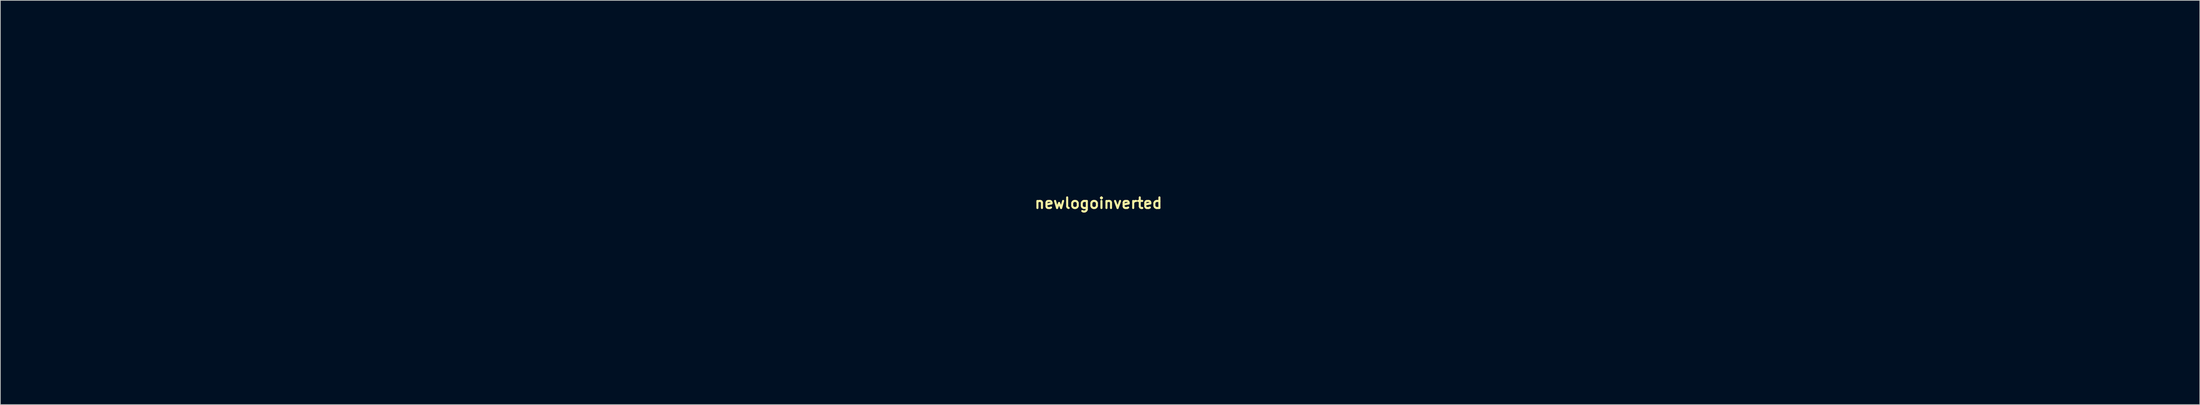
<source format=kicad_pcb>
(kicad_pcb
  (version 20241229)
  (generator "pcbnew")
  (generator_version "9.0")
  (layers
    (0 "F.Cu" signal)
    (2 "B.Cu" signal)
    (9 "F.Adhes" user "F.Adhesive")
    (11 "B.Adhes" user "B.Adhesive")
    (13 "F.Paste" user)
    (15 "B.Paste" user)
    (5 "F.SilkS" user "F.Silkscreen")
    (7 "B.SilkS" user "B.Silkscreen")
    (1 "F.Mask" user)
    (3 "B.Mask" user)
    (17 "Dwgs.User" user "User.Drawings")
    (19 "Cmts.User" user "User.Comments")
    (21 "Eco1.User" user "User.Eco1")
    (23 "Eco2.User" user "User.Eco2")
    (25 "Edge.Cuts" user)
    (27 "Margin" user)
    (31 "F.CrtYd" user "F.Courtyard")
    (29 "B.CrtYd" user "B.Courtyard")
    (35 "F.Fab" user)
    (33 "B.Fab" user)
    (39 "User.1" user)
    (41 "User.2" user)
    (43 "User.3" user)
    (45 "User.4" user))
  (footprint "newlogoinverted"
    (layer "F.Cu")
    (at 155.078 26.218)
    (property "Reference" "newlogoinverted" (at 0 0 0) (layer "F.SilkS") (effects (font (size 1.524 1.524) (thickness 0.3))))
    (attr through_hole)
    (fp_poly (pts (xy -154.003 -1.889) (xy -153.751 -1.677) (xy -153.635 -1.382) (xy -153.675 -1.052) (xy -153.869 -0.757) (xy -154.194 -0.549) (xy -154.539 -0.536) (xy -154.837 -0.69) (xy -155.011 -0.922) (xy -155.062 -1.26) (xy -154.997 -1.643) (xy -154.795 -1.877) (xy -154.45 -1.969) (xy -154.37 -1.971) (xy -154.003 -1.889)) (stroke (width 0.01) (type solid)) (fill no) (layer "Eco1.User"))
    (fp_poly (pts (xy -124.711 -20.462) (xy -124.549 -20.329) (xy -124.38 -19.987) (xy -124.411 -19.642) (xy -124.608 -19.35) (xy -124.934 -19.141) (xy -125.28 -19.13) (xy -125.587 -19.291) (xy -125.764 -19.55) (xy -125.825 -19.888) (xy -125.764 -20.218) (xy -125.65 -20.393) (xy -125.376 -20.539) (xy -125.034 -20.561) (xy -124.711 -20.462)) (stroke (width 0.01) (type solid)) (fill no) (layer "Eco1.User"))
    (fp_poly (pts (xy -116.018 -2.205) (xy -115.78 -2.076) (xy -115.646 -1.821) (xy -115.618 -1.493) (xy -115.69 -1.178) (xy -115.847 -0.971) (xy -116.193 -0.831) (xy -116.552 -0.85) (xy -116.84 -1.016) (xy -117.009 -1.317) (xy -117.023 -1.677) (xy -116.885 -2.009) (xy -116.662 -2.172) (xy -116.344 -2.239) (xy -116.018 -2.205)) (stroke (width 0.01) (type solid)) (fill no) (layer "Eco1.User"))
    (fp_poly (pts (xy -21.486 14.082) (xy -21.323 14.215) (xy -21.154 14.557) (xy -21.185 14.902) (xy -21.382 15.194) (xy -21.708 15.403) (xy -22.054 15.414) (xy -22.361 15.253) (xy -22.539 14.994) (xy -22.599 14.656) (xy -22.538 14.326) (xy -22.425 14.151) (xy -22.15 14.005) (xy -21.808 13.983) (xy -21.486 14.082)) (stroke (width 0.01) (type solid)) (fill no) (layer "Eco1.User"))
    (fp_poly (pts (xy -6.175 -1.889) (xy -5.923 -1.677) (xy -5.807 -1.382) (xy -5.847 -1.052) (xy -6.041 -0.757) (xy -6.366 -0.549) (xy -6.711 -0.536) (xy -7.009 -0.69) (xy -7.183 -0.922) (xy -7.234 -1.26) (xy -7.169 -1.643) (xy -6.967 -1.877) (xy -6.622 -1.969) (xy -6.542 -1.971) (xy -6.175 -1.889)) (stroke (width 0.01) (type solid)) (fill no) (layer "Eco1.User"))
    (fp_poly (pts (xy 39.24 14.062) (xy 39.492 14.274) (xy 39.608 14.57) (xy 39.569 14.899) (xy 39.375 15.194) (xy 39.048 15.403) (xy 38.703 15.414) (xy 38.396 15.253) (xy 38.21 15.008) (xy 38.161 14.693) (xy 38.233 14.312) (xy 38.449 14.075) (xy 38.808 13.982) (xy 38.874 13.98) (xy 39.24 14.062)) (stroke (width 0.01) (type solid)) (fill no) (layer "Eco1.User"))
    (fp_poly (pts (xy 59.343 18.826) (xy 59.581 18.956) (xy 59.715 19.21) (xy 59.743 19.538) (xy 59.671 19.853) (xy 59.515 20.06) (xy 59.169 20.2) (xy 58.809 20.181) (xy 58.522 20.015) (xy 58.352 19.714) (xy 58.339 19.354) (xy 58.477 19.022) (xy 58.699 18.859) (xy 59.017 18.792) (xy 59.343 18.826)) (stroke (width 0.01) (type solid)) (fill no) (layer "Eco1.User"))
    (fp_poly (pts (xy -154.003 0.752) (xy -153.751 0.965) (xy -153.635 1.26) (xy -153.675 1.589) (xy -153.869 1.884) (xy -154.195 2.094) (xy -154.54 2.104) (xy -154.848 1.943) (xy -155.022 1.726) (xy -155.073 1.42) (xy -155.072 1.372) (xy -154.995 0.99) (xy -154.785 0.76) (xy -154.432 0.672) (xy -154.37 0.671) (xy -154.003 0.752)) (stroke (width 0.01) (type solid)) (fill no) (layer "Eco1.User"))
    (fp_poly (pts (xy -153.947 15.145) (xy -153.822 15.24) (xy -153.653 15.541) (xy -153.64 15.901) (xy -153.777 16.233) (xy -154 16.396) (xy -154.322 16.463) (xy -154.66 16.428) (xy -154.879 16.327) (xy -155.024 16.11) (xy -155.071 15.798) (xy -155.02 15.474) (xy -154.893 15.245) (xy -154.618 15.076) (xy -154.274 15.043) (xy -153.947 15.145)) (stroke (width 0.01) (type solid)) (fill no) (layer "Eco1.User"))
    (fp_poly (pts (xy -153.939 3.648) (xy -153.777 3.782) (xy -153.637 4.128) (xy -153.657 4.487) (xy -153.822 4.775) (xy -154.113 4.941) (xy -154.459 4.972) (xy -154.777 4.867) (xy -154.893 4.77) (xy -155.032 4.504) (xy -155.071 4.177) (xy -155.011 3.872) (xy -154.879 3.689) (xy -154.587 3.57) (xy -154.246 3.559) (xy -153.939 3.648)) (stroke (width 0.01) (type solid)) (fill no) (layer "Eco1.User"))
    (fp_poly (pts (xy -127.658 21.582) (xy -127.429 21.697) (xy -127.266 21.92) (xy -127.199 22.238) (xy -127.233 22.564) (xy -127.363 22.802) (xy -127.61 22.928) (xy -127.941 22.959) (xy -128.263 22.897) (xy -128.457 22.776) (xy -128.579 22.541) (xy -128.626 22.268) (xy -128.541 21.915) (xy -128.319 21.667) (xy -128.008 21.549) (xy -127.658 21.582)) (stroke (width 0.01) (type solid)) (fill no) (layer "Eco1.User"))
    (fp_poly (pts (xy -126.969 -21.861) (xy -126.722 -21.639) (xy -126.603 -21.328) (xy -126.636 -20.978) (xy -126.752 -20.749) (xy -126.974 -20.586) (xy -127.292 -20.519) (xy -127.619 -20.553) (xy -127.856 -20.683) (xy -127.982 -20.93) (xy -128.013 -21.261) (xy -127.952 -21.583) (xy -127.83 -21.777) (xy -127.596 -21.899) (xy -127.322 -21.946) (xy -126.969 -21.861)) (stroke (width 0.01) (type solid)) (fill no) (layer "Eco1.User"))
    (fp_poly (pts (xy -122.809 18.319) (xy -122.59 18.421) (xy -122.453 18.631) (xy -122.408 18.94) (xy -122.454 19.264) (xy -122.586 19.513) (xy -122.853 19.673) (xy -123.191 19.704) (xy -123.516 19.606) (xy -123.647 19.507) (xy -123.817 19.206) (xy -123.83 18.846) (xy -123.692 18.514) (xy -123.469 18.351) (xy -123.147 18.284) (xy -122.809 18.319)) (stroke (width 0.01) (type solid)) (fill no) (layer "Eco1.User"))
    (fp_poly (pts (xy -119.237 13.481) (xy -119.03 13.637) (xy -118.89 13.983) (xy -118.91 14.343) (xy -119.075 14.63) (xy -119.353 14.79) (xy -119.69 14.829) (xy -120 14.745) (xy -120.126 14.648) (xy -120.252 14.39) (xy -120.288 14.055) (xy -120.234 13.739) (xy -120.135 13.571) (xy -119.88 13.437) (xy -119.552 13.409) (xy -119.237 13.481)) (stroke (width 0.01) (type solid)) (fill no) (layer "Eco1.User"))
    (fp_poly (pts (xy -118.457 -12.365) (xy -118.219 -12.236) (xy -118.093 -11.988) (xy -118.062 -11.657) (xy -118.123 -11.335) (xy -118.245 -11.141) (xy -118.537 -10.999) (xy -118.887 -10.991) (xy -119.203 -11.113) (xy -119.278 -11.176) (xy -119.448 -11.477) (xy -119.461 -11.837) (xy -119.323 -12.169) (xy -119.101 -12.332) (xy -118.783 -12.399) (xy -118.457 -12.365)) (stroke (width 0.01) (type solid)) (fill no) (layer "Eco1.User"))
    (fp_poly (pts (xy -116.809 -7.332) (xy -116.562 -7.11) (xy -116.443 -6.799) (xy -116.476 -6.449) (xy -116.592 -6.22) (xy -116.814 -6.058) (xy -117.132 -5.991) (xy -117.459 -6.025) (xy -117.696 -6.154) (xy -117.822 -6.401) (xy -117.853 -6.733) (xy -117.792 -7.054) (xy -117.67 -7.249) (xy -117.436 -7.37) (xy -117.162 -7.417) (xy -116.809 -7.332)) (stroke (width 0.01) (type solid)) (fill no) (layer "Eco1.User"))
    (fp_poly (pts (xy -116.075 3.192) (xy -115.847 3.308) (xy -115.684 3.53) (xy -115.617 3.848) (xy -115.651 4.175) (xy -115.78 4.412) (xy -116.028 4.538) (xy -116.359 4.569) (xy -116.681 4.508) (xy -116.875 4.386) (xy -116.997 4.152) (xy -117.043 3.878) (xy -116.958 3.525) (xy -116.736 3.278) (xy -116.426 3.159) (xy -116.075 3.192)) (stroke (width 0.01) (type solid)) (fill no) (layer "Eco1.User"))
    (fp_poly (pts (xy -116.01 0.546) (xy -115.722 0.711) (xy -115.563 0.989) (xy -115.524 1.326) (xy -115.607 1.636) (xy -115.705 1.762) (xy -115.963 1.888) (xy -116.297 1.924) (xy -116.614 1.87) (xy -116.782 1.771) (xy -116.916 1.516) (xy -116.944 1.188) (xy -116.872 0.873) (xy -116.716 0.666) (xy -116.369 0.526) (xy -116.01 0.546)) (stroke (width 0.01) (type solid)) (fill no) (layer "Eco1.User"))
    (fp_poly (pts (xy -103.554 15.145) (xy -103.429 15.24) (xy -103.259 15.541) (xy -103.246 15.901) (xy -103.384 16.233) (xy -103.607 16.396) (xy -103.929 16.463) (xy -104.267 16.428) (xy -104.486 16.327) (xy -104.63 16.11) (xy -104.677 15.798) (xy -104.627 15.474) (xy -104.5 15.245) (xy -104.224 15.076) (xy -103.881 15.043) (xy -103.554 15.145)) (stroke (width 0.01) (type solid)) (fill no) (layer "Eco1.User"))
    (fp_poly (pts (xy -103.554 20.936) (xy -103.429 21.031) (xy -103.259 21.332) (xy -103.246 21.692) (xy -103.384 22.025) (xy -103.607 22.187) (xy -103.929 22.254) (xy -104.267 22.22) (xy -104.486 22.118) (xy -104.63 21.901) (xy -104.677 21.589) (xy -104.627 21.265) (xy -104.5 21.036) (xy -104.224 20.867) (xy -103.881 20.834) (xy -103.554 20.936)) (stroke (width 0.01) (type solid)) (fill no) (layer "Eco1.User"))
    (fp_poly (pts (xy -103.545 3.648) (xy -103.384 3.782) (xy -103.244 4.128) (xy -103.263 4.487) (xy -103.429 4.775) (xy -103.719 4.941) (xy -104.065 4.972) (xy -104.383 4.867) (xy -104.5 4.77) (xy -104.638 4.504) (xy -104.677 4.177) (xy -104.618 3.872) (xy -104.486 3.689) (xy -104.194 3.57) (xy -103.852 3.559) (xy -103.545 3.648)) (stroke (width 0.01) (type solid)) (fill no) (layer "Eco1.User"))
    (fp_poly (pts (xy -62.861 -1.135) (xy -62.597 -0.925) (xy -62.419 -0.656) (xy -62.382 -0.484) (xy -62.468 -0.127) (xy -62.702 0.12) (xy -63.048 0.232) (xy -63.398 0.204) (xy -63.648 0.052) (xy -63.834 -0.226) (xy -63.905 -0.538) (xy -63.821 -0.771) (xy -63.612 -1.003) (xy -63.346 -1.171) (xy -63.144 -1.219) (xy -62.861 -1.135)) (stroke (width 0.01) (type solid)) (fill no) (layer "Eco1.User"))
    (fp_poly (pts (xy -62.784 6.385) (xy -62.527 6.611) (xy -62.403 6.927) (xy -62.439 7.282) (xy -62.497 7.41) (xy -62.636 7.583) (xy -62.847 7.671) (xy -63.106 7.701) (xy -63.482 7.687) (xy -63.686 7.59) (xy -63.852 7.26) (xy -63.859 6.915) (xy -63.727 6.605) (xy -63.48 6.383) (xy -63.144 6.299) (xy -62.784 6.385)) (stroke (width 0.01) (type solid)) (fill no) (layer "Eco1.User"))
    (fp_poly (pts (xy -62.784 16.545) (xy -62.527 16.771) (xy -62.403 17.087) (xy -62.439 17.442) (xy -62.497 17.57) (xy -62.636 17.743) (xy -62.847 17.831) (xy -63.106 17.861) (xy -63.482 17.847) (xy -63.686 17.75) (xy -63.852 17.42) (xy -63.859 17.075) (xy -63.727 16.765) (xy -63.48 16.543) (xy -63.144 16.459) (xy -62.784 16.545)) (stroke (width 0.01) (type solid)) (fill no) (layer "Eco1.User"))
    (fp_poly (pts (xy -62.766 3.902) (xy -62.515 4.114) (xy -62.399 4.41) (xy -62.438 4.739) (xy -62.632 5.034) (xy -62.956 5.242) (xy -63.295 5.252) (xy -63.626 5.062) (xy -63.668 5.022) (xy -63.846 4.796) (xy -63.884 4.566) (xy -63.865 4.44) (xy -63.729 4.076) (xy -63.484 3.877) (xy -63.133 3.82) (xy -62.766 3.902)) (stroke (width 0.01) (type solid)) (fill no) (layer "Eco1.User"))
    (fp_poly (pts (xy -62.766 14.062) (xy -62.515 14.274) (xy -62.399 14.57) (xy -62.438 14.899) (xy -62.632 15.194) (xy -62.956 15.402) (xy -63.295 15.412) (xy -63.626 15.222) (xy -63.668 15.182) (xy -63.846 14.956) (xy -63.884 14.726) (xy -63.865 14.6) (xy -63.729 14.236) (xy -63.484 14.037) (xy -63.133 13.98) (xy -62.766 14.062)) (stroke (width 0.01) (type solid)) (fill no) (layer "Eco1.User"))
    (fp_poly (pts (xy -62.748 11.419) (xy -62.643 11.516) (xy -62.427 11.844) (xy -62.41 12.184) (xy -62.593 12.511) (xy -62.632 12.552) (xy -62.958 12.762) (xy -63.304 12.772) (xy -63.611 12.611) (xy -63.796 12.367) (xy -63.845 12.051) (xy -63.781 11.682) (xy -63.573 11.445) (xy -63.226 11.319) (xy -62.963 11.306) (xy -62.748 11.419)) (stroke (width 0.01) (type solid)) (fill no) (layer "Eco1.User"))
    (fp_poly (pts (xy -21.516 3.902) (xy -21.265 4.114) (xy -21.149 4.41) (xy -21.188 4.739) (xy -21.382 5.034) (xy -21.708 5.243) (xy -22.054 5.254) (xy -22.361 5.093) (xy -22.536 4.876) (xy -22.586 4.569) (xy -22.585 4.522) (xy -22.509 4.14) (xy -22.298 3.909) (xy -21.946 3.822) (xy -21.883 3.82) (xy -21.516 3.902)) (stroke (width 0.01) (type solid)) (fill no) (layer "Eco1.User"))
    (fp_poly (pts (xy -21.508 -3.592) (xy -21.305 -3.442) (xy -21.18 -3.154) (xy -21.173 -2.813) (xy -21.278 -2.505) (xy -21.404 -2.363) (xy -21.719 -2.246) (xy -22.078 -2.279) (xy -22.361 -2.425) (xy -22.529 -2.675) (xy -22.59 -3.009) (xy -22.54 -3.338) (xy -22.424 -3.527) (xy -22.167 -3.658) (xy -21.833 -3.678) (xy -21.508 -3.592)) (stroke (width 0.01) (type solid)) (fill no) (layer "Eco1.User"))
    (fp_poly (pts (xy -21.498 -21.195) (xy -21.394 -21.098) (xy -21.178 -20.769) (xy -21.161 -20.43) (xy -21.343 -20.103) (xy -21.382 -20.061) (xy -21.708 -19.852) (xy -22.054 -19.841) (xy -22.361 -20.002) (xy -22.546 -20.247) (xy -22.596 -20.562) (xy -22.531 -20.932) (xy -22.323 -21.169) (xy -21.976 -21.294) (xy -21.713 -21.307) (xy -21.498 -21.195)) (stroke (width 0.01) (type solid)) (fill no) (layer "Eco1.User"))
    (fp_poly (pts (xy -21.498 11.419) (xy -21.394 11.516) (xy -21.178 11.844) (xy -21.161 12.184) (xy -21.343 12.511) (xy -21.382 12.552) (xy -21.708 12.762) (xy -22.054 12.772) (xy -22.361 12.611) (xy -22.546 12.367) (xy -22.596 12.051) (xy -22.531 11.682) (xy -22.323 11.445) (xy -21.976 11.319) (xy -21.713 11.306) (xy -21.498 11.419)) (stroke (width 0.01) (type solid)) (fill no) (layer "Eco1.User"))
    (fp_poly (pts (xy -21.498 21.579) (xy -21.394 21.676) (xy -21.178 22.004) (xy -21.161 22.344) (xy -21.343 22.671) (xy -21.382 22.712) (xy -21.708 22.922) (xy -22.054 22.932) (xy -22.361 22.771) (xy -22.546 22.527) (xy -22.596 22.211) (xy -22.531 21.842) (xy -22.323 21.605) (xy -21.976 21.479) (xy -21.713 21.466) (xy -21.498 21.579)) (stroke (width 0.01) (type solid)) (fill no) (layer "Eco1.User"))
    (fp_poly (pts (xy -21.461 -18.688) (xy -21.336 -18.593) (xy -21.167 -18.292) (xy -21.153 -17.932) (xy -21.291 -17.599) (xy -21.514 -17.437) (xy -21.836 -17.37) (xy -22.174 -17.404) (xy -22.393 -17.506) (xy -22.537 -17.723) (xy -22.585 -18.035) (xy -22.534 -18.359) (xy -22.407 -18.588) (xy -22.131 -18.757) (xy -21.788 -18.79) (xy -21.461 -18.688)) (stroke (width 0.01) (type solid)) (fill no) (layer "Eco1.User"))
    (fp_poly (pts (xy -21.452 -23.682) (xy -21.291 -23.549) (xy -21.151 -23.202) (xy -21.17 -22.843) (xy -21.336 -22.555) (xy -21.626 -22.389) (xy -21.972 -22.359) (xy -22.291 -22.463) (xy -22.407 -22.56) (xy -22.545 -22.826) (xy -22.584 -23.153) (xy -22.525 -23.458) (xy -22.393 -23.642) (xy -22.101 -23.761) (xy -21.759 -23.772) (xy -21.452 -23.682)) (stroke (width 0.01) (type solid)) (fill no) (layer "Eco1.User"))
    (fp_poly (pts (xy -21.452 8.931) (xy -21.291 9.065) (xy -21.151 9.411) (xy -21.17 9.771) (xy -21.336 10.058) (xy -21.626 10.225) (xy -21.972 10.255) (xy -22.291 10.15) (xy -22.407 10.054) (xy -22.545 9.787) (xy -22.584 9.46) (xy -22.525 9.155) (xy -22.393 8.972) (xy -22.101 8.853) (xy -21.759 8.842) (xy -21.452 8.931)) (stroke (width 0.01) (type solid)) (fill no) (layer "Eco1.User"))
    (fp_poly (pts (xy -21.452 19.091) (xy -21.291 19.225) (xy -21.151 19.571) (xy -21.17 19.931) (xy -21.336 20.218) (xy -21.626 20.384) (xy -21.972 20.415) (xy -22.291 20.31) (xy -22.407 20.214) (xy -22.545 19.947) (xy -22.584 19.62) (xy -22.525 19.315) (xy -22.393 19.132) (xy -22.101 19.013) (xy -21.759 19.002) (xy -21.452 19.091)) (stroke (width 0.01) (type solid)) (fill no) (layer "Eco1.User"))
    (fp_poly (pts (xy -6.175 0.752) (xy -5.923 0.965) (xy -5.807 1.26) (xy -5.847 1.589) (xy -6.041 1.884) (xy -6.367 2.094) (xy -6.712 2.104) (xy -7.02 1.943) (xy -7.194 1.726) (xy -7.245 1.42) (xy -7.244 1.372) (xy -7.167 0.99) (xy -6.957 0.76) (xy -6.604 0.672) (xy -6.542 0.671) (xy -6.175 0.752)) (stroke (width 0.01) (type solid)) (fill no) (layer "Eco1.User"))
    (fp_poly (pts (xy -6.154 23.751) (xy -5.924 23.987) (xy -5.83 24.285) (xy -5.853 24.665) (xy -6.037 24.952) (xy -6.346 25.117) (xy -6.75 25.129) (xy -6.774 25.125) (xy -7.054 24.994) (xy -7.206 24.722) (xy -7.244 24.425) (xy -7.166 24.055) (xy -6.934 23.793) (xy -6.583 23.676) (xy -6.511 23.673) (xy -6.154 23.751)) (stroke (width 0.01) (type solid)) (fill no) (layer "Eco1.User"))
    (fp_poly (pts (xy -6.119 15.145) (xy -5.994 15.24) (xy -5.825 15.541) (xy -5.812 15.901) (xy -5.949 16.233) (xy -6.172 16.396) (xy -6.494 16.463) (xy -6.832 16.428) (xy -7.051 16.327) (xy -7.196 16.11) (xy -7.243 15.798) (xy -7.192 15.474) (xy -7.065 15.245) (xy -6.79 15.076) (xy -6.446 15.043) (xy -6.119 15.145)) (stroke (width 0.01) (type solid)) (fill no) (layer "Eco1.User"))
    (fp_poly (pts (xy -6.119 20.936) (xy -5.994 21.031) (xy -5.825 21.332) (xy -5.812 21.692) (xy -5.949 22.025) (xy -6.172 22.187) (xy -6.494 22.254) (xy -6.832 22.22) (xy -7.051 22.118) (xy -7.196 21.901) (xy -7.243 21.589) (xy -7.192 21.265) (xy -7.065 21.036) (xy -6.79 20.867) (xy -6.446 20.834) (xy -6.119 20.936)) (stroke (width 0.01) (type solid)) (fill no) (layer "Eco1.User"))
    (fp_poly (pts (xy 3.688 4.25) (xy 3.936 4.472) (xy 4.055 4.783) (xy 4.022 5.133) (xy 3.906 5.362) (xy 3.683 5.525) (xy 3.365 5.592) (xy 3.039 5.558) (xy 2.801 5.428) (xy 2.676 5.181) (xy 2.645 4.85) (xy 2.706 4.528) (xy 2.827 4.334) (xy 3.062 4.212) (xy 3.335 4.166) (xy 3.688 4.25)) (stroke (width 0.01) (type solid)) (fill no) (layer "Eco1.User"))
    (fp_poly (pts (xy 13.848 4.25) (xy 14.096 4.472) (xy 14.215 4.783) (xy 14.182 5.133) (xy 14.066 5.362) (xy 13.843 5.525) (xy 13.525 5.592) (xy 13.199 5.558) (xy 12.961 5.428) (xy 12.836 5.181) (xy 12.805 4.85) (xy 12.866 4.528) (xy 12.987 4.334) (xy 13.222 4.212) (xy 13.495 4.166) (xy 13.848 4.25)) (stroke (width 0.01) (type solid)) (fill no) (layer "Eco1.User"))
    (fp_poly (pts (xy 14.57 6.47) (xy 14.777 6.627) (xy 14.917 6.973) (xy 14.898 7.332) (xy 14.732 7.62) (xy 14.454 7.78) (xy 14.117 7.818) (xy 13.808 7.735) (xy 13.681 7.637) (xy 13.555 7.379) (xy 13.519 7.045) (xy 13.573 6.728) (xy 13.672 6.56) (xy 13.927 6.426) (xy 14.255 6.398) (xy 14.57 6.47)) (stroke (width 0.01) (type solid)) (fill no) (layer "Eco1.User"))
    (fp_poly (pts (xy 18.564 -23.441) (xy 18.765 -23.308) (xy 18.884 -23.016) (xy 18.895 -22.674) (xy 18.806 -22.367) (xy 18.672 -22.205) (xy 18.325 -22.065) (xy 17.966 -22.085) (xy 17.678 -22.25) (xy 17.515 -22.535) (xy 17.481 -22.876) (xy 17.575 -23.19) (xy 17.672 -23.312) (xy 17.932 -23.446) (xy 18.257 -23.49) (xy 18.564 -23.441)) (stroke (width 0.01) (type solid)) (fill no) (layer "Eco1.User"))
    (fp_poly (pts (xy 20.638 15.484) (xy 20.893 15.687) (xy 21.015 15.976) (xy 20.984 16.303) (xy 20.782 16.616) (xy 20.456 16.826) (xy 20.11 16.836) (xy 19.803 16.675) (xy 19.628 16.458) (xy 19.578 16.152) (xy 19.579 16.104) (xy 19.649 15.73) (xy 19.849 15.507) (xy 20.197 15.417) (xy 20.27 15.413) (xy 20.638 15.484)) (stroke (width 0.01) (type solid)) (fill no) (layer "Eco1.User"))
    (fp_poly (pts (xy 22.789 0.186) (xy 23.037 0.408) (xy 23.155 0.719) (xy 23.122 1.069) (xy 23.007 1.298) (xy 22.777 1.468) (xy 22.459 1.53) (xy 22.136 1.481) (xy 21.911 1.338) (xy 21.777 1.068) (xy 21.749 0.73) (xy 21.824 0.417) (xy 21.928 0.27) (xy 22.163 0.148) (xy 22.436 0.102) (xy 22.789 0.186)) (stroke (width 0.01) (type solid)) (fill no) (layer "Eco1.User"))
    (fp_poly (pts (xy 25.586 -4.473) (xy 25.682 -4.414) (xy 25.845 -4.191) (xy 25.912 -3.873) (xy 25.878 -3.547) (xy 25.748 -3.309) (xy 25.494 -3.175) (xy 25.166 -3.147) (xy 24.851 -3.219) (xy 24.644 -3.375) (xy 24.496 -3.725) (xy 24.516 -4.053) (xy 24.669 -4.327) (xy 24.922 -4.512) (xy 25.239 -4.572) (xy 25.586 -4.473)) (stroke (width 0.01) (type solid)) (fill no) (layer "Eco1.User"))
    (fp_poly (pts (xy 26.222 -12.975) (xy 26.46 -12.845) (xy 26.585 -12.598) (xy 26.616 -12.267) (xy 26.555 -11.945) (xy 26.433 -11.751) (xy 26.142 -11.609) (xy 25.792 -11.6) (xy 25.476 -11.723) (xy 25.4 -11.786) (xy 25.231 -12.086) (xy 25.217 -12.446) (xy 25.355 -12.779) (xy 25.578 -12.942) (xy 25.896 -13.009) (xy 26.222 -12.975)) (stroke (width 0.01) (type solid)) (fill no) (layer "Eco1.User"))
    (fp_poly (pts (xy 26.526 -10.126) (xy 26.811 -9.956) (xy 26.989 -9.661) (xy 27.026 -9.414) (xy 26.937 -9.06) (xy 26.702 -8.808) (xy 26.362 -8.69) (xy 26.06 -8.708) (xy 25.782 -8.866) (xy 25.631 -9.178) (xy 25.603 -9.462) (xy 25.65 -9.783) (xy 25.81 -9.988) (xy 25.829 -10.002) (xy 26.183 -10.15) (xy 26.526 -10.126)) (stroke (width 0.01) (type solid)) (fill no) (layer "Eco1.User"))
    (fp_poly (pts (xy 26.705 24.675) (xy 26.867 24.813) (xy 27.007 25.159) (xy 26.988 25.519) (xy 26.822 25.806) (xy 26.545 25.966) (xy 26.208 26.005) (xy 25.898 25.921) (xy 25.771 25.824) (xy 25.638 25.553) (xy 25.609 25.216) (xy 25.685 24.903) (xy 25.789 24.755) (xy 26.066 24.614) (xy 26.399 24.589) (xy 26.705 24.675)) (stroke (width 0.01) (type solid)) (fill no) (layer "Eco1.User"))
    (fp_poly (pts (xy 39.24 3.902) (xy 39.492 4.114) (xy 39.608 4.41) (xy 39.569 4.739) (xy 39.375 5.034) (xy 39.048 5.243) (xy 38.703 5.254) (xy 38.396 5.093) (xy 38.221 4.876) (xy 38.171 4.569) (xy 38.171 4.522) (xy 38.248 4.14) (xy 38.459 3.909) (xy 38.811 3.822) (xy 38.874 3.82) (xy 39.24 3.902)) (stroke (width 0.01) (type solid)) (fill no) (layer "Eco1.User"))
    (fp_poly (pts (xy 39.249 -3.592) (xy 39.452 -3.442) (xy 39.577 -3.154) (xy 39.583 -2.813) (xy 39.479 -2.505) (xy 39.353 -2.363) (xy 39.038 -2.246) (xy 38.679 -2.279) (xy 38.396 -2.425) (xy 38.228 -2.675) (xy 38.167 -3.009) (xy 38.217 -3.338) (xy 38.333 -3.527) (xy 38.589 -3.658) (xy 38.924 -3.678) (xy 39.249 -3.592)) (stroke (width 0.01) (type solid)) (fill no) (layer "Eco1.User"))
    (fp_poly (pts (xy 39.259 -21.195) (xy 39.363 -21.098) (xy 39.579 -20.769) (xy 39.596 -20.43) (xy 39.414 -20.103) (xy 39.375 -20.061) (xy 39.048 -19.852) (xy 38.703 -19.841) (xy 38.396 -20.002) (xy 38.21 -20.247) (xy 38.161 -20.562) (xy 38.226 -20.932) (xy 38.434 -21.169) (xy 38.78 -21.294) (xy 39.043 -21.307) (xy 39.259 -21.195)) (stroke (width 0.01) (type solid)) (fill no) (layer "Eco1.User"))
    (fp_poly (pts (xy 39.259 11.419) (xy 39.363 11.516) (xy 39.579 11.844) (xy 39.596 12.184) (xy 39.414 12.511) (xy 39.375 12.552) (xy 39.048 12.762) (xy 38.703 12.772) (xy 38.396 12.611) (xy 38.21 12.367) (xy 38.161 12.051) (xy 38.226 11.682) (xy 38.434 11.445) (xy 38.78 11.319) (xy 39.043 11.306) (xy 39.259 11.419)) (stroke (width 0.01) (type solid)) (fill no) (layer "Eco1.User"))
    (fp_poly (pts (xy 39.259 21.579) (xy 39.363 21.676) (xy 39.579 22.004) (xy 39.596 22.344) (xy 39.414 22.671) (xy 39.375 22.712) (xy 39.048 22.922) (xy 38.703 22.932) (xy 38.396 22.771) (xy 38.21 22.527) (xy 38.161 22.211) (xy 38.226 21.842) (xy 38.434 21.605) (xy 38.78 21.479) (xy 39.043 21.466) (xy 39.259 21.579)) (stroke (width 0.01) (type solid)) (fill no) (layer "Eco1.User"))
    (fp_poly (pts (xy 39.296 -18.688) (xy 39.421 -18.593) (xy 39.59 -18.292) (xy 39.603 -17.932) (xy 39.466 -17.599) (xy 39.243 -17.437) (xy 38.921 -17.37) (xy 38.583 -17.404) (xy 38.364 -17.506) (xy 38.219 -17.723) (xy 38.172 -18.035) (xy 38.223 -18.359) (xy 38.35 -18.588) (xy 38.625 -18.757) (xy 38.969 -18.79) (xy 39.296 -18.688)) (stroke (width 0.01) (type solid)) (fill no) (layer "Eco1.User"))
    (fp_poly (pts (xy 39.305 -23.682) (xy 39.466 -23.549) (xy 39.606 -23.202) (xy 39.586 -22.843) (xy 39.421 -22.555) (xy 39.131 -22.389) (xy 38.784 -22.359) (xy 38.466 -22.463) (xy 38.35 -22.56) (xy 38.212 -22.826) (xy 38.173 -23.153) (xy 38.232 -23.458) (xy 38.364 -23.642) (xy 38.656 -23.761) (xy 38.997 -23.772) (xy 39.305 -23.682)) (stroke (width 0.01) (type solid)) (fill no) (layer "Eco1.User"))
    (fp_poly (pts (xy 39.305 8.931) (xy 39.466 9.065) (xy 39.606 9.411) (xy 39.586 9.771) (xy 39.421 10.058) (xy 39.131 10.225) (xy 38.784 10.255) (xy 38.466 10.15) (xy 38.35 10.054) (xy 38.212 9.787) (xy 38.173 9.46) (xy 38.232 9.155) (xy 38.364 8.972) (xy 38.656 8.853) (xy 38.997 8.842) (xy 39.305 8.931)) (stroke (width 0.01) (type solid)) (fill no) (layer "Eco1.User"))
    (fp_poly (pts (xy 39.305 19.091) (xy 39.466 19.225) (xy 39.606 19.571) (xy 39.586 19.931) (xy 39.421 20.218) (xy 39.131 20.384) (xy 38.784 20.415) (xy 38.466 20.31) (xy 38.35 20.214) (xy 38.212 19.947) (xy 38.173 19.62) (xy 38.232 19.315) (xy 38.364 19.132) (xy 38.656 19.013) (xy 38.997 19.002) (xy 39.305 19.091)) (stroke (width 0.01) (type solid)) (fill no) (layer "Eco1.User"))
    (fp_poly (pts (xy 53.552 -22.322) (xy 53.79 -22.192) (xy 53.916 -21.945) (xy 53.947 -21.614) (xy 53.885 -21.292) (xy 53.764 -21.098) (xy 53.472 -20.956) (xy 53.122 -20.947) (xy 52.806 -21.07) (xy 52.73 -21.133) (xy 52.561 -21.434) (xy 52.548 -21.794) (xy 52.685 -22.126) (xy 52.908 -22.289) (xy 53.226 -22.356) (xy 53.552 -22.322)) (stroke (width 0.01) (type solid)) (fill no) (layer "Eco1.User"))
    (fp_poly (pts (xy 53.552 -8.301) (xy 53.79 -8.172) (xy 53.916 -7.924) (xy 53.947 -7.593) (xy 53.885 -7.271) (xy 53.764 -7.077) (xy 53.472 -6.935) (xy 53.122 -6.927) (xy 52.806 -7.049) (xy 52.73 -7.112) (xy 52.561 -7.413) (xy 52.548 -7.773) (xy 52.685 -8.105) (xy 52.908 -8.268) (xy 53.226 -8.335) (xy 53.552 -8.301)) (stroke (width 0.01) (type solid)) (fill no) (layer "Eco1.User"))
    (fp_poly (pts (xy 53.6 0.078) (xy 53.85 0.301) (xy 53.949 0.654) (xy 53.95 0.698) (xy 53.879 1.105) (xy 53.674 1.365) (xy 53.348 1.465) (xy 53.086 1.443) (xy 52.777 1.298) (xy 52.593 1.05) (xy 52.53 0.749) (xy 52.582 0.444) (xy 52.745 0.187) (xy 53.014 0.028) (xy 53.216 0) (xy 53.6 0.078)) (stroke (width 0.01) (type solid)) (fill no) (layer "Eco1.User"))
    (fp_poly (pts (xy 53.616 -19.58) (xy 53.817 -19.447) (xy 53.936 -19.155) (xy 53.947 -18.813) (xy 53.858 -18.506) (xy 53.724 -18.345) (xy 53.377 -18.205) (xy 53.018 -18.224) (xy 52.73 -18.39) (xy 52.567 -18.674) (xy 52.533 -19.016) (xy 52.627 -19.33) (xy 52.724 -19.451) (xy 52.984 -19.586) (xy 53.309 -19.629) (xy 53.616 -19.58)) (stroke (width 0.01) (type solid)) (fill no) (layer "Eco1.User"))
    (fp_poly (pts (xy 53.628 -14.125) (xy 53.724 -14.066) (xy 53.886 -13.843) (xy 53.953 -13.525) (xy 53.919 -13.199) (xy 53.79 -12.961) (xy 53.536 -12.827) (xy 53.207 -12.799) (xy 52.893 -12.871) (xy 52.685 -13.027) (xy 52.537 -13.377) (xy 52.557 -13.705) (xy 52.711 -13.979) (xy 52.964 -14.164) (xy 53.281 -14.224) (xy 53.628 -14.125)) (stroke (width 0.01) (type solid)) (fill no) (layer "Eco1.User"))
    (fp_poly (pts (xy 53.628 -2.543) (xy 53.724 -2.483) (xy 53.886 -2.261) (xy 53.953 -1.943) (xy 53.919 -1.617) (xy 53.79 -1.379) (xy 53.536 -1.245) (xy 53.207 -1.217) (xy 52.893 -1.289) (xy 52.685 -1.445) (xy 52.537 -1.794) (xy 52.557 -2.123) (xy 52.711 -2.397) (xy 52.964 -2.581) (xy 53.281 -2.641) (xy 53.628 -2.543)) (stroke (width 0.01) (type solid)) (fill no) (layer "Eco1.User"))
    (fp_poly (pts (xy 53.632 -24.913) (xy 53.861 -24.679) (xy 53.949 -24.304) (xy 53.95 -24.265) (xy 53.872 -23.897) (xy 53.644 -23.664) (xy 53.271 -23.573) (xy 53.211 -23.571) (xy 52.889 -23.624) (xy 52.685 -23.797) (xy 52.538 -24.151) (xy 52.561 -24.494) (xy 52.731 -24.779) (xy 53.026 -24.957) (xy 53.273 -24.994) (xy 53.632 -24.913)) (stroke (width 0.01) (type solid)) (fill no) (layer "Eco1.User"))
    (fp_poly (pts (xy 53.634 -11.349) (xy 53.817 -11.217) (xy 53.936 -10.925) (xy 53.947 -10.583) (xy 53.858 -10.276) (xy 53.724 -10.115) (xy 53.377 -9.975) (xy 53.018 -9.994) (xy 52.73 -10.16) (xy 52.564 -10.45) (xy 52.534 -10.796) (xy 52.639 -11.115) (xy 52.735 -11.231) (xy 53.001 -11.369) (xy 53.329 -11.408) (xy 53.634 -11.349)) (stroke (width 0.01) (type solid)) (fill no) (layer "Eco1.User"))
    (fp_poly (pts (xy 55.349 11.338) (xy 55.517 11.437) (xy 55.651 11.692) (xy 55.679 12.02) (xy 55.607 12.335) (xy 55.451 12.542) (xy 55.105 12.682) (xy 54.745 12.662) (xy 54.458 12.497) (xy 54.298 12.219) (xy 54.259 11.882) (xy 54.343 11.572) (xy 54.44 11.446) (xy 54.698 11.32) (xy 55.033 11.284) (xy 55.349 11.338)) (stroke (width 0.01) (type solid)) (fill no) (layer "Eco1.User"))
    (fp_poly (pts (xy 77.663 24.25) (xy 77.871 24.407) (xy 78.011 24.753) (xy 77.991 25.112) (xy 77.826 25.4) (xy 77.548 25.56) (xy 77.211 25.598) (xy 76.901 25.515) (xy 76.775 25.417) (xy 76.648 25.159) (xy 76.612 24.825) (xy 76.667 24.508) (xy 76.766 24.34) (xy 77.02 24.206) (xy 77.349 24.178) (xy 77.663 24.25)) (stroke (width 0.01) (type solid)) (fill no) (layer "Eco1.User"))
    (fp_poly (pts (xy 83.016 22.382) (xy 83.254 22.512) (xy 83.38 22.759) (xy 83.411 23.09) (xy 83.349 23.412) (xy 83.228 23.606) (xy 82.936 23.748) (xy 82.586 23.757) (xy 82.27 23.634) (xy 82.194 23.571) (xy 82.025 23.27) (xy 82.012 22.91) (xy 82.149 22.578) (xy 82.372 22.415) (xy 82.69 22.348) (xy 83.016 22.382)) (stroke (width 0.01) (type solid)) (fill no) (layer "Eco1.User"))
    (fp_poly (pts (xy 85.524 20.787) (xy 85.692 20.886) (xy 85.826 21.14) (xy 85.855 21.469) (xy 85.782 21.783) (xy 85.626 21.991) (xy 85.28 22.131) (xy 84.921 22.111) (xy 84.633 21.946) (xy 84.473 21.668) (xy 84.434 21.331) (xy 84.518 21.021) (xy 84.615 20.895) (xy 84.874 20.768) (xy 85.208 20.732) (xy 85.524 20.787)) (stroke (width 0.01) (type solid)) (fill no) (layer "Eco1.User"))
    (fp_poly (pts (xy 92.385 8.619) (xy 92.633 8.841) (xy 92.751 9.152) (xy 92.718 9.502) (xy 92.603 9.731) (xy 92.38 9.894) (xy 92.062 9.961) (xy 91.736 9.927) (xy 91.498 9.797) (xy 91.372 9.55) (xy 91.341 9.219) (xy 91.403 8.897) (xy 91.524 8.703) (xy 91.759 8.581) (xy 92.032 8.534) (xy 92.385 8.619)) (stroke (width 0.01) (type solid)) (fill no) (layer "Eco1.User"))
    (fp_poly (pts (xy 92.966 5.815) (xy 93.203 6.023) (xy 93.329 6.37) (xy 93.342 6.633) (xy 93.229 6.848) (xy 93.132 6.953) (xy 92.804 7.169) (xy 92.464 7.186) (xy 92.137 7.003) (xy 92.096 6.964) (xy 91.894 6.647) (xy 91.866 6.318) (xy 91.992 6.027) (xy 92.252 5.822) (xy 92.597 5.751) (xy 92.966 5.815)) (stroke (width 0.01) (type solid)) (fill no) (layer "Eco1.User"))
    (fp_poly (pts (xy 93.184 -14.186) (xy 93.472 -14.021) (xy 93.632 -13.743) (xy 93.67 -13.406) (xy 93.587 -13.096) (xy 93.489 -12.97) (xy 93.231 -12.844) (xy 92.897 -12.808) (xy 92.58 -12.862) (xy 92.412 -12.961) (xy 92.278 -13.216) (xy 92.25 -13.544) (xy 92.322 -13.859) (xy 92.479 -14.066) (xy 92.825 -14.206) (xy 93.184 -14.186)) (stroke (width 0.01) (type solid)) (fill no) (layer "Eco1.User"))
    (fp_poly (pts (xy 93.184 -2.604) (xy 93.472 -2.438) (xy 93.632 -2.161) (xy 93.67 -1.824) (xy 93.587 -1.514) (xy 93.489 -1.387) (xy 93.231 -1.261) (xy 92.897 -1.225) (xy 92.58 -1.28) (xy 92.412 -1.379) (xy 92.278 -1.633) (xy 92.25 -1.961) (xy 92.322 -2.276) (xy 92.479 -2.483) (xy 92.825 -2.623) (xy 93.184 -2.604)) (stroke (width 0.01) (type solid)) (fill no) (layer "Eco1.User"))
    (fp_poly (pts (xy 93.184 0.038) (xy 93.472 0.203) (xy 93.632 0.481) (xy 93.67 0.818) (xy 93.587 1.128) (xy 93.489 1.254) (xy 93.231 1.38) (xy 92.897 1.416) (xy 92.58 1.362) (xy 92.412 1.263) (xy 92.278 1.008) (xy 92.25 0.68) (xy 92.322 0.365) (xy 92.479 0.158) (xy 92.825 0.018) (xy 93.184 0.038)) (stroke (width 0.01) (type solid)) (fill no) (layer "Eco1.User"))
    (fp_poly (pts (xy 107.279 0.538) (xy 107.553 0.692) (xy 107.737 0.944) (xy 107.797 1.262) (xy 107.699 1.609) (xy 107.639 1.705) (xy 107.417 1.867) (xy 107.099 1.934) (xy 106.773 1.9) (xy 106.535 1.771) (xy 106.401 1.516) (xy 106.373 1.188) (xy 106.445 0.873) (xy 106.601 0.666) (xy 106.95 0.518) (xy 107.279 0.538)) (stroke (width 0.01) (type solid)) (fill no) (layer "Eco1.User"))
    (fp_poly (pts (xy 107.422 -24.604) (xy 107.669 -24.382) (xy 107.788 -24.071) (xy 107.755 -23.721) (xy 107.639 -23.492) (xy 107.417 -23.33) (xy 107.099 -23.263) (xy 106.773 -23.297) (xy 106.535 -23.426) (xy 106.409 -23.673) (xy 106.378 -24.005) (xy 106.439 -24.326) (xy 106.561 -24.521) (xy 106.795 -24.642) (xy 107.069 -24.689) (xy 107.422 -24.604)) (stroke (width 0.01) (type solid)) (fill no) (layer "Eco1.User"))
    (fp_poly (pts (xy 107.422 -2.049) (xy 107.669 -1.827) (xy 107.788 -1.516) (xy 107.755 -1.166) (xy 107.639 -0.937) (xy 107.417 -0.774) (xy 107.099 -0.707) (xy 106.773 -0.741) (xy 106.535 -0.871) (xy 106.409 -1.118) (xy 106.378 -1.449) (xy 106.439 -1.771) (xy 106.561 -1.965) (xy 106.795 -2.087) (xy 107.069 -2.134) (xy 107.422 -2.049)) (stroke (width 0.01) (type solid)) (fill no) (layer "Eco1.User"))
    (fp_poly (pts (xy 107.432 -16.491) (xy 107.639 -16.335) (xy 107.779 -15.989) (xy 107.76 -15.629) (xy 107.594 -15.342) (xy 107.317 -15.182) (xy 106.98 -15.143) (xy 106.67 -15.227) (xy 106.543 -15.324) (xy 106.417 -15.582) (xy 106.381 -15.917) (xy 106.436 -16.233) (xy 106.535 -16.401) (xy 106.789 -16.535) (xy 107.117 -16.563) (xy 107.432 -16.491)) (stroke (width 0.01) (type solid)) (fill no) (layer "Eco1.User"))
    (fp_poly (pts (xy 107.432 20.796) (xy 107.639 20.952) (xy 107.788 21.301) (xy 107.767 21.63) (xy 107.614 21.904) (xy 107.361 22.088) (xy 107.044 22.148) (xy 106.697 22.05) (xy 106.601 21.991) (xy 106.438 21.768) (xy 106.371 21.45) (xy 106.405 21.124) (xy 106.535 20.886) (xy 106.789 20.752) (xy 107.117 20.724) (xy 107.432 20.796)) (stroke (width 0.01) (type solid)) (fill no) (layer "Eco1.User"))
    (fp_poly (pts (xy 107.432 23.641) (xy 107.639 23.797) (xy 107.779 24.143) (xy 107.76 24.503) (xy 107.594 24.79) (xy 107.317 24.95) (xy 106.98 24.989) (xy 106.67 24.905) (xy 106.543 24.808) (xy 106.417 24.55) (xy 106.381 24.215) (xy 106.436 23.899) (xy 106.535 23.731) (xy 106.789 23.597) (xy 107.117 23.569) (xy 107.432 23.641)) (stroke (width 0.01) (type solid)) (fill no) (layer "Eco1.User"))
    (fp_poly (pts (xy 109.311 -22.474) (xy 109.458 -22.369) (xy 109.599 -22.092) (xy 109.625 -21.759) (xy 109.539 -21.454) (xy 109.401 -21.291) (xy 109.054 -21.151) (xy 108.695 -21.17) (xy 108.407 -21.336) (xy 108.248 -21.614) (xy 108.209 -21.951) (xy 108.292 -22.26) (xy 108.39 -22.387) (xy 108.66 -22.521) (xy 108.998 -22.549) (xy 109.311 -22.474)) (stroke (width 0.01) (type solid)) (fill no) (layer "Eco1.User"))
    (fp_poly (pts (xy 110.775 -20.032) (xy 111.022 -19.81) (xy 111.141 -19.499) (xy 111.108 -19.149) (xy 110.992 -18.92) (xy 110.763 -18.75) (xy 110.444 -18.688) (xy 110.121 -18.737) (xy 109.896 -18.88) (xy 109.763 -19.151) (xy 109.734 -19.488) (xy 109.809 -19.801) (xy 109.914 -19.949) (xy 110.148 -20.07) (xy 110.422 -20.117) (xy 110.775 -20.032)) (stroke (width 0.01) (type solid)) (fill no) (layer "Eco1.User"))
    (fp_poly (pts (xy 115.154 -12.834) (xy 115.361 -12.677) (xy 115.501 -12.331) (xy 115.482 -11.972) (xy 115.316 -11.684) (xy 115.038 -11.524) (xy 114.701 -11.486) (xy 114.392 -11.569) (xy 114.265 -11.667) (xy 114.139 -11.925) (xy 114.103 -12.259) (xy 114.157 -12.576) (xy 114.256 -12.744) (xy 114.511 -12.878) (xy 114.839 -12.906) (xy 115.154 -12.834)) (stroke (width 0.01) (type solid)) (fill no) (layer "Eco1.User"))
    (fp_poly (pts (xy 122.437 -0.783) (xy 122.675 -0.653) (xy 122.8 -0.406) (xy 122.831 -0.075) (xy 122.77 0.247) (xy 122.649 0.441) (xy 122.357 0.583) (xy 122.007 0.592) (xy 121.691 0.469) (xy 121.615 0.406) (xy 121.446 0.106) (xy 121.433 -0.254) (xy 121.57 -0.587) (xy 121.793 -0.75) (xy 122.111 -0.817) (xy 122.437 -0.783)) (stroke (width 0.01) (type solid)) (fill no) (layer "Eco1.User"))
    (fp_poly (pts (xy 132.87 11.284) (xy 132.994 11.379) (xy 133.164 11.68) (xy 133.177 12.04) (xy 133.039 12.373) (xy 132.817 12.535) (xy 132.494 12.602) (xy 132.157 12.568) (xy 131.938 12.466) (xy 131.793 12.249) (xy 131.746 11.937) (xy 131.797 11.613) (xy 131.923 11.384) (xy 132.199 11.215) (xy 132.542 11.182) (xy 132.87 11.284)) (stroke (width 0.01) (type solid)) (fill no) (layer "Eco1.User"))
    (fp_poly (pts (xy 153.355 -22.486) (xy 153.563 -22.329) (xy 153.703 -21.983) (xy 153.683 -21.624) (xy 153.518 -21.336) (xy 153.24 -21.176) (xy 152.903 -21.138) (xy 152.593 -21.221) (xy 152.467 -21.319) (xy 152.34 -21.577) (xy 152.304 -21.911) (xy 152.359 -22.228) (xy 152.458 -22.396) (xy 152.712 -22.53) (xy 153.041 -22.558) (xy 153.355 -22.486)) (stroke (width 0.01) (type solid)) (fill no) (layer "Eco1.User"))
    (fp_poly (pts (xy 155.234 20.808) (xy 155.381 20.912) (xy 155.54 21.217) (xy 155.538 21.549) (xy 155.401 21.852) (xy 155.153 22.07) (xy 154.838 22.149) (xy 154.54 22.08) (xy 154.33 21.946) (xy 154.171 21.668) (xy 154.132 21.331) (xy 154.215 21.021) (xy 154.313 20.895) (xy 154.583 20.761) (xy 154.921 20.733) (xy 155.234 20.808)) (stroke (width 0.01) (type solid)) (fill no) (layer "Eco1.User"))
    (fp_poly (pts (xy -153.985 -13.473) (xy -153.88 -13.376) (xy -153.664 -13.048) (xy -153.647 -12.708) (xy -153.829 -12.381) (xy -153.869 -12.34) (xy -154.194 -12.131) (xy -154.539 -12.118) (xy -154.837 -12.272) (xy -155.011 -12.505) (xy -155.062 -12.843) (xy -155.006 -13.212) (xy -154.819 -13.443) (xy -154.47 -13.571) (xy -154.463 -13.573) (xy -154.2 -13.586) (xy -153.985 -13.473)) (stroke (width 0.01) (type solid)) (fill no) (layer "Eco1.User"))
    (fp_poly (pts (xy -151.647 23.862) (xy -151.394 24.104) (xy -151.285 24.468) (xy -151.282 24.536) (xy -151.356 24.898) (xy -151.486 25.095) (xy -151.763 25.255) (xy -152.1 25.294) (xy -152.41 25.21) (xy -152.537 25.113) (xy -152.666 24.849) (xy -152.704 24.506) (xy -152.653 24.173) (xy -152.519 23.943) (xy -152.285 23.821) (xy -152.011 23.774) (xy -151.647 23.862)) (stroke (width 0.01) (type solid)) (fill no) (layer "Eco1.User"))
    (fp_poly (pts (xy -149.15 23.858) (xy -148.898 24.078) (xy -148.767 24.385) (xy -148.774 24.729) (xy -148.937 25.063) (xy -149.01 25.145) (xy -149.25 25.265) (xy -149.571 25.291) (xy -149.872 25.225) (xy -150.005 25.139) (xy -150.21 24.818) (xy -150.255 24.473) (xy -150.157 24.152) (xy -149.934 23.905) (xy -149.605 23.78) (xy -149.504 23.774) (xy -149.15 23.858)) (stroke (width 0.01) (type solid)) (fill no) (layer "Eco1.User"))
    (fp_poly (pts (xy -146.665 -24.526) (xy -146.472 -24.401) (xy -146.339 -24.131) (xy -146.31 -23.793) (xy -146.385 -23.48) (xy -146.49 -23.333) (xy -146.782 -23.191) (xy -147.131 -23.183) (xy -147.447 -23.305) (xy -147.523 -23.368) (xy -147.704 -23.668) (xy -147.718 -23.991) (xy -147.588 -24.286) (xy -147.337 -24.502) (xy -146.988 -24.587) (xy -146.98 -24.587) (xy -146.665 -24.526)) (stroke (width 0.01) (type solid)) (fill no) (layer "Eco1.User"))
    (fp_poly (pts (xy -146.599 23.863) (xy -146.472 23.96) (xy -146.343 24.224) (xy -146.304 24.566) (xy -146.356 24.9) (xy -146.49 25.13) (xy -146.782 25.272) (xy -147.131 25.281) (xy -147.447 25.158) (xy -147.523 25.095) (xy -147.688 24.802) (xy -147.726 24.536) (xy -147.653 24.175) (xy -147.523 23.978) (xy -147.245 23.818) (xy -146.908 23.779) (xy -146.599 23.863)) (stroke (width 0.01) (type solid)) (fill no) (layer "Eco1.User"))
    (fp_poly (pts (xy -144.128 23.862) (xy -143.876 24.104) (xy -143.766 24.468) (xy -143.764 24.536) (xy -143.837 24.898) (xy -143.967 25.095) (xy -144.245 25.255) (xy -144.582 25.294) (xy -144.892 25.21) (xy -145.018 25.113) (xy -145.148 24.849) (xy -145.186 24.506) (xy -145.134 24.173) (xy -145.001 23.943) (xy -144.766 23.821) (xy -144.493 23.774) (xy -144.128 23.862)) (stroke (width 0.01) (type solid)) (fill no) (layer "Eco1.User"))
    (fp_poly (pts (xy -144.043 -24.447) (xy -143.967 -24.384) (xy -143.786 -24.084) (xy -143.772 -23.761) (xy -143.902 -23.466) (xy -144.153 -23.25) (xy -144.502 -23.165) (xy -144.51 -23.165) (xy -144.825 -23.226) (xy -145.018 -23.351) (xy -145.152 -23.621) (xy -145.18 -23.959) (xy -145.105 -24.272) (xy -145.001 -24.419) (xy -144.709 -24.561) (xy -144.359 -24.569) (xy -144.043 -24.447)) (stroke (width 0.01) (type solid)) (fill no) (layer "Eco1.User"))
    (fp_poly (pts (xy -141.487 23.862) (xy -141.234 24.104) (xy -141.125 24.468) (xy -141.122 24.536) (xy -141.196 24.898) (xy -141.326 25.095) (xy -141.603 25.255) (xy -141.94 25.294) (xy -142.25 25.21) (xy -142.377 25.113) (xy -142.506 24.849) (xy -142.544 24.506) (xy -142.493 24.173) (xy -142.359 23.943) (xy -142.125 23.821) (xy -141.851 23.774) (xy -141.487 23.862)) (stroke (width 0.01) (type solid)) (fill no) (layer "Eco1.User"))
    (fp_poly (pts (xy -139.125 -24.514) (xy -138.884 -24.296) (xy -138.788 -23.934) (xy -138.786 -23.858) (xy -138.863 -23.491) (xy -139.091 -23.258) (xy -139.464 -23.166) (xy -139.524 -23.165) (xy -139.846 -23.218) (xy -140.05 -23.391) (xy -140.173 -23.664) (xy -140.208 -23.876) (xy -140.126 -24.25) (xy -139.895 -24.493) (xy -139.535 -24.587) (xy -139.507 -24.587) (xy -139.125 -24.514)) (stroke (width 0.01) (type solid)) (fill no) (layer "Eco1.User"))
    (fp_poly (pts (xy -136.525 -24.345) (xy -136.449 -24.282) (xy -136.268 -23.982) (xy -136.254 -23.659) (xy -136.384 -23.365) (xy -136.635 -23.149) (xy -136.984 -23.063) (xy -136.992 -23.063) (xy -137.307 -23.124) (xy -137.5 -23.249) (xy -137.633 -23.519) (xy -137.662 -23.857) (xy -137.587 -24.17) (xy -137.482 -24.317) (xy -137.19 -24.459) (xy -136.841 -24.468) (xy -136.525 -24.345)) (stroke (width 0.01) (type solid)) (fill no) (layer "Eco1.User"))
    (fp_poly (pts (xy -133.257 23.456) (xy -133.005 23.698) (xy -132.895 24.062) (xy -132.893 24.13) (xy -132.966 24.492) (xy -133.096 24.689) (xy -133.374 24.848) (xy -133.711 24.887) (xy -134.02 24.804) (xy -134.147 24.706) (xy -134.277 24.443) (xy -134.315 24.1) (xy -134.263 23.766) (xy -134.129 23.536) (xy -133.895 23.415) (xy -133.621 23.368) (xy -133.257 23.456)) (stroke (width 0.01) (type solid)) (fill no) (layer "Eco1.User"))
    (fp_poly (pts (xy -131.583 -23.795) (xy -131.435 -23.69) (xy -131.302 -23.42) (xy -131.273 -23.082) (xy -131.349 -22.769) (xy -131.453 -22.622) (xy -131.723 -22.488) (xy -132.061 -22.46) (xy -132.374 -22.535) (xy -132.521 -22.639) (xy -132.655 -22.91) (xy -132.683 -23.247) (xy -132.608 -23.56) (xy -132.504 -23.708) (xy -132.233 -23.841) (xy -131.896 -23.87) (xy -131.583 -23.795)) (stroke (width 0.01) (type solid)) (fill no) (layer "Eco1.User"))
    (fp_poly (pts (xy -130.632 22.658) (xy -130.308 22.692) (xy -130.101 22.821) (xy -129.955 23.043) (xy -129.898 23.308) (xy -129.941 23.617) (xy -130.06 23.884) (xy -130.214 24.019) (xy -130.575 24.08) (xy -130.934 24.017) (xy -131.166 23.876) (xy -131.345 23.577) (xy -131.359 23.253) (xy -131.231 22.957) (xy -130.982 22.742) (xy -130.636 22.658) (xy -130.632 22.658)) (stroke (width 0.01) (type solid)) (fill no) (layer "Eco1.User"))
    (fp_poly (pts (xy -129.144 -22.982) (xy -128.997 -22.877) (xy -128.863 -22.607) (xy -128.835 -22.269) (xy -128.91 -21.956) (xy -129.015 -21.809) (xy -129.285 -21.675) (xy -129.623 -21.647) (xy -129.936 -21.722) (xy -130.083 -21.827) (xy -130.217 -22.097) (xy -130.245 -22.435) (xy -130.17 -22.748) (xy -130.065 -22.895) (xy -129.795 -23.029) (xy -129.457 -23.057) (xy -129.144 -22.982)) (stroke (width 0.01) (type solid)) (fill no) (layer "Eco1.User"))
    (fp_poly (pts (xy -120.712 16.134) (xy -120.564 16.239) (xy -120.431 16.509) (xy -120.402 16.847) (xy -120.477 17.16) (xy -120.582 17.307) (xy -120.852 17.441) (xy -121.19 17.469) (xy -121.503 17.394) (xy -121.65 17.289) (xy -121.784 17.019) (xy -121.812 16.681) (xy -121.737 16.368) (xy -121.633 16.221) (xy -121.362 16.087) (xy -121.025 16.059) (xy -120.712 16.134)) (stroke (width 0.01) (type solid)) (fill no) (layer "Eco1.User"))
    (fp_poly (pts (xy -116.214 -4.826) (xy -115.988 -4.659) (xy -115.892 -4.352) (xy -115.885 -4.194) (xy -115.972 -3.845) (xy -116.2 -3.591) (xy -116.518 -3.461) (xy -116.875 -3.48) (xy -117.065 -3.562) (xy -117.232 -3.763) (xy -117.312 -4.07) (xy -117.294 -4.401) (xy -117.205 -4.623) (xy -117.051 -4.792) (xy -116.835 -4.865) (xy -116.596 -4.877) (xy -116.214 -4.826)) (stroke (width 0.01) (type solid)) (fill no) (layer "Eco1.User"))
    (fp_poly (pts (xy -103.591 -13.473) (xy -103.486 -13.376) (xy -103.271 -13.048) (xy -103.254 -12.708) (xy -103.436 -12.381) (xy -103.475 -12.34) (xy -103.801 -12.131) (xy -104.146 -12.118) (xy -104.444 -12.272) (xy -104.617 -12.505) (xy -104.668 -12.843) (xy -104.613 -13.212) (xy -104.425 -13.443) (xy -104.076 -13.571) (xy -104.069 -13.573) (xy -103.806 -13.586) (xy -103.591 -13.473)) (stroke (width 0.01) (type solid)) (fill no) (layer "Eco1.User"))
    (fp_poly (pts (xy -100.863 -24.345) (xy -100.787 -24.282) (xy -100.606 -23.982) (xy -100.592 -23.659) (xy -100.722 -23.365) (xy -100.973 -23.149) (xy -101.322 -23.063) (xy -101.33 -23.063) (xy -101.645 -23.124) (xy -101.838 -23.249) (xy -101.972 -23.519) (xy -102 -23.857) (xy -101.925 -24.17) (xy -101.821 -24.317) (xy -101.529 -24.459) (xy -101.179 -24.468) (xy -100.863 -24.345)) (stroke (width 0.01) (type solid)) (fill no) (layer "Eco1.User"))
    (fp_poly (pts (xy -98.563 23.856) (xy -98.415 23.96) (xy -98.282 24.231) (xy -98.253 24.568) (xy -98.329 24.881) (xy -98.433 25.029) (xy -98.703 25.162) (xy -99.041 25.191) (xy -99.354 25.115) (xy -99.501 25.011) (xy -99.635 24.741) (xy -99.663 24.403) (xy -99.588 24.09) (xy -99.484 23.943) (xy -99.213 23.809) (xy -98.876 23.781) (xy -98.563 23.856)) (stroke (width 0.01) (type solid)) (fill no) (layer "Eco1.User"))
    (fp_poly (pts (xy -96.249 -0.638) (xy -96.009 -0.42) (xy -95.912 -0.058) (xy -95.91 0.018) (xy -95.988 0.385) (xy -96.216 0.618) (xy -96.589 0.71) (xy -96.649 0.711) (xy -96.971 0.658) (xy -97.175 0.485) (xy -97.298 0.212) (xy -97.333 0) (xy -97.251 -0.374) (xy -97.02 -0.617) (xy -96.66 -0.711) (xy -96.632 -0.711) (xy -96.249 -0.638)) (stroke (width 0.01) (type solid)) (fill no) (layer "Eco1.User"))
    (fp_poly (pts (xy -95.921 -24.404) (xy -95.774 -24.3) (xy -95.64 -24.029) (xy -95.612 -23.692) (xy -95.687 -23.379) (xy -95.791 -23.231) (xy -96.062 -23.098) (xy -96.399 -23.069) (xy -96.712 -23.145) (xy -96.86 -23.249) (xy -96.993 -23.519) (xy -97.022 -23.857) (xy -96.947 -24.17) (xy -96.842 -24.317) (xy -96.572 -24.451) (xy -96.234 -24.479) (xy -95.921 -24.404)) (stroke (width 0.01) (type solid)) (fill no) (layer "Eco1.User"))
    (fp_poly (pts (xy -93.483 23.856) (xy -93.335 23.96) (xy -93.202 24.231) (xy -93.173 24.568) (xy -93.249 24.881) (xy -93.353 25.029) (xy -93.623 25.162) (xy -93.961 25.191) (xy -94.274 25.115) (xy -94.421 25.011) (xy -94.555 24.741) (xy -94.583 24.403) (xy -94.508 24.09) (xy -94.404 23.943) (xy -94.133 23.809) (xy -93.796 23.781) (xy -93.483 23.856)) (stroke (width 0.01) (type solid)) (fill no) (layer "Eco1.User"))
    (fp_poly (pts (xy -91.008 -0.571) (xy -90.932 -0.508) (xy -90.751 -0.208) (xy -90.737 0.115) (xy -90.867 0.41) (xy -91.118 0.626) (xy -91.467 0.711) (xy -91.475 0.711) (xy -91.79 0.65) (xy -91.983 0.525) (xy -92.117 0.255) (xy -92.145 -0.083) (xy -92.07 -0.396) (xy -91.965 -0.543) (xy -91.674 -0.685) (xy -91.324 -0.693) (xy -91.008 -0.571)) (stroke (width 0.01) (type solid)) (fill no) (layer "Eco1.User"))
    (fp_poly (pts (xy -90.988 23.835) (xy -90.795 23.96) (xy -90.662 24.231) (xy -90.633 24.568) (xy -90.709 24.881) (xy -90.813 25.029) (xy -91.105 25.171) (xy -91.455 25.179) (xy -91.771 25.057) (xy -91.846 24.994) (xy -92.027 24.694) (xy -92.041 24.371) (xy -91.912 24.076) (xy -91.661 23.86) (xy -91.311 23.774) (xy -91.303 23.774) (xy -90.988 23.835)) (stroke (width 0.01) (type solid)) (fill no) (layer "Eco1.User"))
    (fp_poly (pts (xy -88.403 23.856) (xy -88.255 23.96) (xy -88.122 24.231) (xy -88.093 24.568) (xy -88.169 24.881) (xy -88.273 25.029) (xy -88.543 25.162) (xy -88.881 25.191) (xy -89.194 25.115) (xy -89.341 25.011) (xy -89.475 24.741) (xy -89.503 24.403) (xy -89.428 24.09) (xy -89.324 23.943) (xy -89.053 23.809) (xy -88.716 23.781) (xy -88.403 23.856)) (stroke (width 0.01) (type solid)) (fill no) (layer "Eco1.User"))
    (fp_poly (pts (xy -86.089 -0.638) (xy -85.849 -0.42) (xy -85.752 -0.058) (xy -85.75 0.018) (xy -85.828 0.385) (xy -86.056 0.618) (xy -86.429 0.71) (xy -86.489 0.711) (xy -86.811 0.658) (xy -87.015 0.485) (xy -87.138 0.212) (xy -87.173 0) (xy -87.091 -0.374) (xy -86.86 -0.617) (xy -86.5 -0.711) (xy -86.472 -0.711) (xy -86.089 -0.638)) (stroke (width 0.01) (type solid)) (fill no) (layer "Eco1.User"))
    (fp_poly (pts (xy -85.761 -24.404) (xy -85.614 -24.3) (xy -85.48 -24.029) (xy -85.452 -23.692) (xy -85.527 -23.379) (xy -85.631 -23.231) (xy -85.902 -23.098) (xy -86.239 -23.069) (xy -86.552 -23.145) (xy -86.7 -23.249) (xy -86.833 -23.519) (xy -86.862 -23.857) (xy -86.787 -24.17) (xy -86.682 -24.317) (xy -86.412 -24.451) (xy -86.074 -24.479) (xy -85.761 -24.404)) (stroke (width 0.01) (type solid)) (fill no) (layer "Eco1.User"))
    (fp_poly (pts (xy -83.267 -24.425) (xy -83.074 -24.3) (xy -82.94 -24.029) (xy -82.912 -23.692) (xy -82.987 -23.379) (xy -83.091 -23.231) (xy -83.383 -23.089) (xy -83.733 -23.081) (xy -84.049 -23.203) (xy -84.125 -23.266) (xy -84.306 -23.566) (xy -84.32 -23.889) (xy -84.19 -24.184) (xy -83.939 -24.4) (xy -83.59 -24.486) (xy -83.582 -24.486) (xy -83.267 -24.425)) (stroke (width 0.01) (type solid)) (fill no) (layer "Eco1.User"))
    (fp_poly (pts (xy -81.009 -0.638) (xy -80.769 -0.42) (xy -80.672 -0.058) (xy -80.67 0.018) (xy -80.748 0.385) (xy -80.976 0.618) (xy -81.349 0.71) (xy -81.409 0.711) (xy -81.731 0.658) (xy -81.935 0.485) (xy -82.058 0.212) (xy -82.093 0) (xy -82.011 -0.374) (xy -81.78 -0.617) (xy -81.42 -0.711) (xy -81.392 -0.711) (xy -81.009 -0.638)) (stroke (width 0.01) (type solid)) (fill no) (layer "Eco1.User"))
    (fp_poly (pts (xy -80.681 -24.404) (xy -80.534 -24.3) (xy -80.4 -24.029) (xy -80.372 -23.692) (xy -80.447 -23.379) (xy -80.551 -23.231) (xy -80.822 -23.098) (xy -81.159 -23.069) (xy -81.472 -23.145) (xy -81.62 -23.249) (xy -81.753 -23.519) (xy -81.782 -23.857) (xy -81.707 -24.17) (xy -81.602 -24.317) (xy -81.332 -24.451) (xy -80.994 -24.479) (xy -80.681 -24.404)) (stroke (width 0.01) (type solid)) (fill no) (layer "Eco1.User"))
    (fp_poly (pts (xy -78.187 -24.425) (xy -77.994 -24.3) (xy -77.86 -24.029) (xy -77.832 -23.692) (xy -77.907 -23.379) (xy -78.011 -23.231) (xy -78.303 -23.089) (xy -78.653 -23.081) (xy -78.969 -23.203) (xy -79.045 -23.266) (xy -79.226 -23.566) (xy -79.24 -23.889) (xy -79.11 -24.184) (xy -78.859 -24.4) (xy -78.51 -24.486) (xy -78.502 -24.486) (xy -78.187 -24.425)) (stroke (width 0.01) (type solid)) (fill no) (layer "Eco1.User"))
    (fp_poly (pts (xy -75.768 -0.571) (xy -75.692 -0.508) (xy -75.511 -0.208) (xy -75.497 0.115) (xy -75.627 0.41) (xy -75.878 0.626) (xy -76.227 0.711) (xy -76.235 0.711) (xy -76.55 0.65) (xy -76.743 0.525) (xy -76.877 0.255) (xy -76.905 -0.083) (xy -76.83 -0.396) (xy -76.725 -0.543) (xy -76.434 -0.685) (xy -76.084 -0.693) (xy -75.768 -0.571)) (stroke (width 0.01) (type solid)) (fill no) (layer "Eco1.User"))
    (fp_poly (pts (xy -75.748 23.835) (xy -75.555 23.96) (xy -75.422 24.231) (xy -75.393 24.568) (xy -75.469 24.881) (xy -75.573 25.029) (xy -75.865 25.171) (xy -76.215 25.179) (xy -76.531 25.057) (xy -76.606 24.994) (xy -76.787 24.694) (xy -76.801 24.371) (xy -76.672 24.076) (xy -76.421 23.86) (xy -76.071 23.774) (xy -76.063 23.774) (xy -75.748 23.835)) (stroke (width 0.01) (type solid)) (fill no) (layer "Eco1.User"))
    (fp_poly (pts (xy -73.126 23.915) (xy -73.05 23.978) (xy -72.87 24.278) (xy -72.855 24.601) (xy -72.985 24.895) (xy -73.236 25.111) (xy -73.586 25.197) (xy -73.593 25.197) (xy -73.909 25.136) (xy -74.101 25.011) (xy -74.235 24.741) (xy -74.263 24.403) (xy -74.188 24.09) (xy -74.084 23.943) (xy -73.792 23.801) (xy -73.442 23.792) (xy -73.126 23.915)) (stroke (width 0.01) (type solid)) (fill no) (layer "Eco1.User"))
    (fp_poly (pts (xy -73.107 -24.425) (xy -72.914 -24.3) (xy -72.78 -24.029) (xy -72.752 -23.692) (xy -72.827 -23.379) (xy -72.931 -23.231) (xy -73.223 -23.089) (xy -73.573 -23.081) (xy -73.889 -23.203) (xy -73.965 -23.266) (xy -74.146 -23.566) (xy -74.16 -23.889) (xy -74.03 -24.184) (xy -73.779 -24.4) (xy -73.43 -24.486) (xy -73.422 -24.486) (xy -73.107 -24.425)) (stroke (width 0.01) (type solid)) (fill no) (layer "Eco1.User"))
    (fp_poly (pts (xy -63.106 -16.235) (xy -62.789 -16.191) (xy -62.601 -16.087) (xy -62.497 -15.944) (xy -62.394 -15.6) (xy -62.451 -15.288) (xy -62.629 -15.037) (xy -62.888 -14.874) (xy -63.189 -14.826) (xy -63.491 -14.92) (xy -63.704 -15.111) (xy -63.863 -15.41) (xy -63.863 -15.686) (xy -63.757 -16.016) (xy -63.577 -16.189) (xy -63.273 -16.241) (xy -63.106 -16.235)) (stroke (width 0.01) (type solid)) (fill no) (layer "Eco1.User"))
    (fp_poly (pts (xy -62.847 -13.731) (xy -62.592 -13.517) (xy -62.419 -13.244) (xy -62.382 -13.071) (xy -62.472 -12.739) (xy -62.705 -12.489) (xy -63.028 -12.354) (xy -63.386 -12.366) (xy -63.476 -12.397) (xy -63.735 -12.592) (xy -63.854 -12.871) (xy -63.845 -13.184) (xy -63.722 -13.479) (xy -63.498 -13.706) (xy -63.185 -13.814) (xy -63.117 -13.818) (xy -62.847 -13.731)) (stroke (width 0.01) (type solid)) (fill no) (layer "Eco1.User"))
    (fp_poly (pts (xy -62.847 -21.248) (xy -62.587 -21.029) (xy -62.416 -20.747) (xy -62.382 -20.574) (xy -62.468 -20.286) (xy -62.683 -20.021) (xy -62.959 -19.846) (xy -63.129 -19.812) (xy -63.391 -19.876) (xy -63.611 -20.002) (xy -63.811 -20.275) (xy -63.857 -20.599) (xy -63.768 -20.917) (xy -63.565 -21.177) (xy -63.267 -21.322) (xy -63.129 -21.336) (xy -62.847 -21.248)) (stroke (width 0.01) (type solid)) (fill no) (layer "Eco1.User"))
    (fp_poly (pts (xy -62.847 21.526) (xy -62.587 21.744) (xy -62.416 22.026) (xy -62.382 22.2) (xy -62.468 22.487) (xy -62.683 22.752) (xy -62.959 22.928) (xy -63.129 22.962) (xy -63.391 22.898) (xy -63.611 22.771) (xy -63.811 22.498) (xy -63.857 22.175) (xy -63.768 21.856) (xy -63.565 21.597) (xy -63.267 21.452) (xy -63.129 21.438) (xy -62.847 21.526)) (stroke (width 0.01) (type solid)) (fill no) (layer "Eco1.User"))
    (fp_poly (pts (xy -62.761 -3.598) (xy -62.507 -3.39) (xy -62.393 -3.099) (xy -62.437 -2.773) (xy -62.632 -2.485) (xy -62.956 -2.276) (xy -63.295 -2.266) (xy -63.626 -2.456) (xy -63.668 -2.496) (xy -63.846 -2.723) (xy -63.884 -2.952) (xy -63.865 -3.079) (xy -63.738 -3.431) (xy -63.509 -3.62) (xy -63.142 -3.678) (xy -63.135 -3.678) (xy -62.761 -3.598)) (stroke (width 0.01) (type solid)) (fill no) (layer "Eco1.User"))
    (fp_poly (pts (xy -60.305 24.038) (xy -60.112 24.163) (xy -59.979 24.434) (xy -59.95 24.771) (xy -60.025 25.084) (xy -60.13 25.232) (xy -60.422 25.374) (xy -60.771 25.382) (xy -61.087 25.26) (xy -61.163 25.197) (xy -61.344 24.897) (xy -61.358 24.574) (xy -61.228 24.279) (xy -60.977 24.063) (xy -60.628 23.978) (xy -60.62 23.978) (xy -60.305 24.038)) (stroke (width 0.01) (type solid)) (fill no) (layer "Eco1.User"))
    (fp_poly (pts (xy -57.683 24.118) (xy -57.607 24.181) (xy -57.426 24.481) (xy -57.412 24.804) (xy -57.542 25.099) (xy -57.793 25.314) (xy -58.142 25.4) (xy -58.15 25.4) (xy -58.465 25.339) (xy -58.658 25.214) (xy -58.792 24.944) (xy -58.82 24.606) (xy -58.745 24.293) (xy -58.641 24.146) (xy -58.349 24.004) (xy -57.999 23.995) (xy -57.683 24.118)) (stroke (width 0.01) (type solid)) (fill no) (layer "Eco1.User"))
    (fp_poly (pts (xy -52.765 24.051) (xy -52.524 24.269) (xy -52.428 24.631) (xy -52.426 24.706) (xy -52.503 25.074) (xy -52.731 25.307) (xy -53.104 25.399) (xy -53.164 25.4) (xy -53.486 25.347) (xy -53.69 25.174) (xy -53.813 24.901) (xy -53.848 24.689) (xy -53.766 24.315) (xy -53.535 24.071) (xy -53.175 23.978) (xy -53.147 23.978) (xy -52.765 24.051)) (stroke (width 0.01) (type solid)) (fill no) (layer "Eco1.User"))
    (fp_poly (pts (xy -50.165 24.118) (xy -50.089 24.181) (xy -49.908 24.481) (xy -49.894 24.804) (xy -50.024 25.099) (xy -50.275 25.314) (xy -50.624 25.4) (xy -50.632 25.4) (xy -50.947 25.339) (xy -51.14 25.214) (xy -51.273 24.944) (xy -51.302 24.606) (xy -51.227 24.293) (xy -51.122 24.146) (xy -50.83 24.004) (xy -50.481 23.995) (xy -50.165 24.118)) (stroke (width 0.01) (type solid)) (fill no) (layer "Eco1.User"))
    (fp_poly (pts (xy -48.133 23.979) (xy -47.809 24.013) (xy -47.602 24.142) (xy -47.454 24.368) (xy -47.378 24.712) (xy -47.474 25.061) (xy -47.607 25.24) (xy -47.864 25.372) (xy -48.198 25.391) (xy -48.519 25.301) (xy -48.666 25.197) (xy -48.846 24.897) (xy -48.86 24.574) (xy -48.731 24.278) (xy -48.483 24.063) (xy -48.137 23.979) (xy -48.133 23.979)) (stroke (width 0.01) (type solid)) (fill no) (layer "Eco1.User"))
    (fp_poly (pts (xy -45.223 24.059) (xy -45.075 24.163) (xy -44.942 24.434) (xy -44.913 24.771) (xy -44.989 25.084) (xy -45.093 25.232) (xy -45.363 25.365) (xy -45.701 25.394) (xy -46.014 25.319) (xy -46.161 25.214) (xy -46.295 24.944) (xy -46.323 24.606) (xy -46.248 24.293) (xy -46.144 24.146) (xy -45.873 24.012) (xy -45.536 23.984) (xy -45.223 24.059)) (stroke (width 0.01) (type solid)) (fill no) (layer "Eco1.User"))
    (fp_poly (pts (xy -37.704 24.059) (xy -37.557 24.163) (xy -37.423 24.434) (xy -37.395 24.771) (xy -37.47 25.084) (xy -37.575 25.232) (xy -37.845 25.365) (xy -38.183 25.394) (xy -38.496 25.319) (xy -38.643 25.214) (xy -38.777 24.944) (xy -38.805 24.606) (xy -38.73 24.293) (xy -38.625 24.146) (xy -38.355 24.012) (xy -38.017 23.984) (xy -37.704 24.059)) (stroke (width 0.01) (type solid)) (fill no) (layer "Eco1.User"))
    (fp_poly (pts (xy -32.771 24.038) (xy -32.579 24.163) (xy -32.445 24.434) (xy -32.417 24.771) (xy -32.492 25.084) (xy -32.596 25.232) (xy -32.888 25.374) (xy -33.238 25.382) (xy -33.554 25.26) (xy -33.63 25.197) (xy -33.81 24.897) (xy -33.825 24.574) (xy -33.695 24.279) (xy -33.444 24.063) (xy -33.094 23.978) (xy -33.087 23.978) (xy -32.771 24.038)) (stroke (width 0.01) (type solid)) (fill no) (layer "Eco1.User"))
    (fp_poly (pts (xy -21.754 -1.182) (xy -21.444 -1.105) (xy -21.275 -0.963) (xy -21.188 -0.696) (xy -21.17 -0.598) (xy -21.195 -0.224) (xy -21.38 0.061) (xy -21.69 0.224) (xy -22.091 0.237) (xy -22.116 0.233) (xy -22.395 0.102) (xy -22.547 -0.17) (xy -22.586 -0.467) (xy -22.514 -0.842) (xy -22.294 -1.092) (xy -21.955 -1.194) (xy -21.754 -1.182)) (stroke (width 0.01) (type solid)) (fill no) (layer "Eco1.User"))
    (fp_poly (pts (xy -21.597 -13.731) (xy -21.342 -13.517) (xy -21.169 -13.244) (xy -21.133 -13.071) (xy -21.223 -12.739) (xy -21.456 -12.489) (xy -21.778 -12.354) (xy -22.137 -12.366) (xy -22.226 -12.397) (xy -22.485 -12.592) (xy -22.604 -12.871) (xy -22.596 -13.184) (xy -22.473 -13.479) (xy -22.249 -13.706) (xy -21.935 -13.814) (xy -21.868 -13.818) (xy -21.597 -13.731)) (stroke (width 0.01) (type solid)) (fill no) (layer "Eco1.User"))
    (fp_poly (pts (xy -21.489 -8.667) (xy -21.243 -8.46) (xy -21.154 -8.125) (xy -21.177 -7.876) (xy -21.324 -7.548) (xy -21.586 -7.355) (xy -21.915 -7.312) (xy -22.262 -7.435) (xy -22.361 -7.505) (xy -22.539 -7.73) (xy -22.586 -8.047) (xy -22.586 -8.067) (xy -22.529 -8.433) (xy -22.365 -8.643) (xy -22.059 -8.73) (xy -21.885 -8.738) (xy -21.489 -8.667)) (stroke (width 0.01) (type solid)) (fill no) (layer "Eco1.User"))
    (fp_poly (pts (xy -6.157 -13.473) (xy -6.052 -13.376) (xy -5.836 -13.048) (xy -5.819 -12.708) (xy -6.001 -12.381) (xy -6.041 -12.34) (xy -6.366 -12.131) (xy -6.711 -12.118) (xy -7.009 -12.272) (xy -7.183 -12.505) (xy -7.234 -12.843) (xy -7.178 -13.212) (xy -6.991 -13.443) (xy -6.642 -13.571) (xy -6.635 -13.573) (xy -6.372 -13.586) (xy -6.157 -13.473)) (stroke (width 0.01) (type solid)) (fill no) (layer "Eco1.User"))
    (fp_poly (pts (xy -3.733 4.306) (xy -3.658 4.369) (xy -3.498 4.647) (xy -3.459 4.984) (xy -3.543 5.293) (xy -3.64 5.42) (xy -3.898 5.546) (xy -4.233 5.582) (xy -4.549 5.528) (xy -4.717 5.428) (xy -4.843 5.181) (xy -4.874 4.85) (xy -4.813 4.528) (xy -4.691 4.334) (xy -4.399 4.192) (xy -4.049 4.183) (xy -3.733 4.306)) (stroke (width 0.01) (type solid)) (fill no) (layer "Eco1.User"))
    (fp_poly (pts (xy 1.163 -24.526) (xy 1.356 -24.401) (xy 1.489 -24.131) (xy 1.518 -23.793) (xy 1.443 -23.48) (xy 1.338 -23.333) (xy 1.046 -23.191) (xy 0.697 -23.183) (xy 0.381 -23.305) (xy 0.305 -23.368) (xy 0.124 -23.668) (xy 0.11 -23.991) (xy 0.24 -24.286) (xy 0.491 -24.502) (xy 0.84 -24.587) (xy 0.848 -24.587) (xy 1.163 -24.526)) (stroke (width 0.01) (type solid)) (fill no) (layer "Eco1.User"))
    (fp_poly (pts (xy 1.206 4.246) (xy 1.434 4.48) (xy 1.523 4.856) (xy 1.524 4.903) (xy 1.457 5.272) (xy 1.252 5.497) (xy 0.897 5.586) (xy 0.811 5.588) (xy 0.491 5.546) (xy 0.288 5.399) (xy 0.26 5.362) (xy 0.112 5.008) (xy 0.135 4.665) (xy 0.306 4.381) (xy 0.601 4.202) (xy 0.848 4.166) (xy 1.206 4.246)) (stroke (width 0.01) (type solid)) (fill no) (layer "Eco1.User"))
    (fp_poly (pts (xy 3.785 -24.447) (xy 3.861 -24.384) (xy 4.042 -24.084) (xy 4.056 -23.761) (xy 3.926 -23.466) (xy 3.675 -23.25) (xy 3.326 -23.165) (xy 3.318 -23.165) (xy 3.003 -23.226) (xy 2.81 -23.351) (xy 2.676 -23.621) (xy 2.648 -23.959) (xy 2.723 -24.272) (xy 2.827 -24.419) (xy 3.119 -24.561) (xy 3.469 -24.569) (xy 3.785 -24.447)) (stroke (width 0.01) (type solid)) (fill no) (layer "Eco1.User"))
    (fp_poly (pts (xy 8.703 -24.616) (xy 8.944 -24.398) (xy 9.04 -24.035) (xy 9.042 -23.96) (xy 8.965 -23.592) (xy 8.737 -23.36) (xy 8.364 -23.268) (xy 8.304 -23.266) (xy 7.982 -23.319) (xy 7.778 -23.492) (xy 7.655 -23.765) (xy 7.62 -23.978) (xy 7.702 -24.351) (xy 7.933 -24.595) (xy 8.293 -24.688) (xy 8.321 -24.689) (xy 8.703 -24.616)) (stroke (width 0.01) (type solid)) (fill no) (layer "Eco1.User"))
    (fp_poly (pts (xy 8.748 4.254) (xy 8.874 4.351) (xy 9.008 4.622) (xy 9.036 4.959) (xy 8.961 5.272) (xy 8.857 5.42) (xy 8.586 5.553) (xy 8.249 5.582) (xy 7.936 5.507) (xy 7.788 5.402) (xy 7.646 5.11) (xy 7.638 4.761) (xy 7.76 4.445) (xy 7.823 4.369) (xy 8.101 4.209) (xy 8.438 4.17) (xy 8.748 4.254)) (stroke (width 0.01) (type solid)) (fill no) (layer "Eco1.User"))
    (fp_poly (pts (xy 11.303 -24.549) (xy 11.379 -24.486) (xy 11.56 -24.186) (xy 11.574 -23.863) (xy 11.444 -23.568) (xy 11.193 -23.352) (xy 10.844 -23.266) (xy 10.836 -23.266) (xy 10.521 -23.327) (xy 10.328 -23.452) (xy 10.195 -23.723) (xy 10.166 -24.06) (xy 10.241 -24.373) (xy 10.346 -24.521) (xy 10.638 -24.663) (xy 10.987 -24.671) (xy 11.303 -24.549)) (stroke (width 0.01) (type solid)) (fill no) (layer "Eco1.User"))
    (fp_poly (pts (xy 16.245 -24.201) (xy 16.393 -24.097) (xy 16.526 -23.826) (xy 16.555 -23.489) (xy 16.479 -23.176) (xy 16.375 -23.028) (xy 16.105 -22.895) (xy 15.767 -22.866) (xy 15.454 -22.941) (xy 15.307 -23.046) (xy 15.173 -23.316) (xy 15.145 -23.654) (xy 15.22 -23.967) (xy 15.324 -24.114) (xy 15.595 -24.248) (xy 15.932 -24.276) (xy 16.245 -24.201)) (stroke (width 0.01) (type solid)) (fill no) (layer "Eco1.User"))
    (fp_poly (pts (xy 16.245 8.616) (xy 16.393 8.72) (xy 16.526 8.991) (xy 16.555 9.328) (xy 16.479 9.641) (xy 16.375 9.789) (xy 16.105 9.922) (xy 15.767 9.951) (xy 15.454 9.875) (xy 15.307 9.771) (xy 15.173 9.501) (xy 15.145 9.163) (xy 15.22 8.85) (xy 15.324 8.703) (xy 15.595 8.569) (xy 15.932 8.541) (xy 16.245 8.616)) (stroke (width 0.01) (type solid)) (fill no) (layer "Eco1.User"))
    (fp_poly (pts (xy 17.482 10.822) (xy 17.777 10.969) (xy 17.945 11.22) (xy 17.993 11.524) (xy 17.929 11.832) (xy 17.759 12.094) (xy 17.49 12.26) (xy 17.272 12.294) (xy 16.974 12.225) (xy 16.764 12.09) (xy 16.622 11.839) (xy 16.561 11.511) (xy 16.594 11.208) (xy 16.639 11.115) (xy 16.876 10.916) (xy 17.211 10.813) (xy 17.482 10.822)) (stroke (width 0.01) (type solid)) (fill no) (layer "Eco1.User"))
    (fp_poly (pts (xy 20.663 -22.177) (xy 20.827 -22.069) (xy 20.984 -21.834) (xy 21.054 -21.513) (xy 21.028 -21.193) (xy 20.914 -20.975) (xy 20.631 -20.819) (xy 20.28 -20.777) (xy 20.047 -20.827) (xy 19.801 -21.019) (xy 19.661 -21.306) (xy 19.633 -21.628) (xy 19.719 -21.923) (xy 19.922 -22.128) (xy 19.976 -22.153) (xy 20.356 -22.244) (xy 20.663 -22.177)) (stroke (width 0.01) (type solid)) (fill no) (layer "Eco1.User"))
    (fp_poly (pts (xy 22.06 17.732) (xy 22.33 17.94) (xy 22.479 18.269) (xy 22.494 18.436) (xy 22.44 18.794) (xy 22.26 19.007) (xy 21.932 19.095) (xy 21.783 19.101) (xy 21.473 19.076) (xy 21.282 18.979) (xy 21.175 18.847) (xy 21.07 18.552) (xy 21.078 18.219) (xy 21.184 17.929) (xy 21.334 17.781) (xy 21.713 17.671) (xy 22.06 17.732)) (stroke (width 0.01) (type solid)) (fill no) (layer "Eco1.User"))
    (fp_poly (pts (xy 22.748 -20.34) (xy 22.895 -20.236) (xy 23.029 -19.965) (xy 23.057 -19.628) (xy 22.982 -19.315) (xy 22.877 -19.167) (xy 22.607 -19.034) (xy 22.269 -19.005) (xy 21.956 -19.081) (xy 21.809 -19.185) (xy 21.675 -19.455) (xy 21.647 -19.793) (xy 21.722 -20.106) (xy 21.827 -20.253) (xy 22.097 -20.387) (xy 22.435 -20.415) (xy 22.748 -20.34)) (stroke (width 0.01) (type solid)) (fill no) (layer "Eco1.User"))
    (fp_poly (pts (xy 25.056 22.336) (xy 25.312 22.574) (xy 25.419 22.937) (xy 25.42 22.994) (xy 25.374 23.362) (xy 25.215 23.575) (xy 24.913 23.665) (xy 24.733 23.673) (xy 24.41 23.643) (xy 24.21 23.535) (xy 24.136 23.447) (xy 23.994 23.103) (xy 24.013 22.762) (xy 24.169 22.475) (xy 24.441 22.291) (xy 24.678 22.25) (xy 25.056 22.336)) (stroke (width 0.01) (type solid)) (fill no) (layer "Eco1.User"))
    (fp_poly (pts (xy 26.049 -7.272) (xy 26.381 -7.16) (xy 26.558 -6.963) (xy 26.618 -6.633) (xy 26.619 -6.553) (xy 26.577 -6.193) (xy 26.424 -5.975) (xy 26.124 -5.851) (xy 26.049 -5.835) (xy 25.741 -5.844) (xy 25.475 -5.994) (xy 25.258 -6.269) (xy 25.2 -6.583) (xy 25.278 -6.887) (xy 25.473 -7.133) (xy 25.76 -7.272) (xy 26.049 -7.272)) (stroke (width 0.01) (type solid)) (fill no) (layer "Eco1.User"))
    (fp_poly (pts (xy 39.003 -1.182) (xy 39.313 -1.105) (xy 39.481 -0.963) (xy 39.569 -0.696) (xy 39.586 -0.598) (xy 39.562 -0.224) (xy 39.377 0.061) (xy 39.067 0.224) (xy 38.666 0.237) (xy 38.641 0.233) (xy 38.362 0.102) (xy 38.209 -0.17) (xy 38.171 -0.467) (xy 38.243 -0.842) (xy 38.463 -1.092) (xy 38.802 -1.194) (xy 39.003 -1.182)) (stroke (width 0.01) (type solid)) (fill no) (layer "Eco1.User"))
    (fp_poly (pts (xy 39.159 -13.731) (xy 39.415 -13.517) (xy 39.588 -13.244) (xy 39.624 -13.071) (xy 39.534 -12.739) (xy 39.301 -12.489) (xy 38.978 -12.354) (xy 38.62 -12.366) (xy 38.53 -12.397) (xy 38.272 -12.592) (xy 38.153 -12.871) (xy 38.161 -13.184) (xy 38.284 -13.479) (xy 38.508 -13.706) (xy 38.821 -13.814) (xy 38.889 -13.818) (xy 39.159 -13.731)) (stroke (width 0.01) (type solid)) (fill no) (layer "Eco1.User"))
    (fp_poly (pts (xy 39.268 -8.667) (xy 39.513 -8.46) (xy 39.603 -8.125) (xy 39.58 -7.876) (xy 39.433 -7.548) (xy 39.17 -7.355) (xy 38.841 -7.312) (xy 38.495 -7.435) (xy 38.396 -7.505) (xy 38.218 -7.73) (xy 38.171 -8.047) (xy 38.171 -8.067) (xy 38.227 -8.433) (xy 38.392 -8.643) (xy 38.698 -8.73) (xy 38.872 -8.738) (xy 39.268 -8.667)) (stroke (width 0.01) (type solid)) (fill no) (layer "Eco1.User"))
    (fp_poly (pts (xy 53.631 -16.988) (xy 53.86 -16.754) (xy 53.949 -16.378) (xy 53.95 -16.331) (xy 53.883 -15.962) (xy 53.677 -15.737) (xy 53.322 -15.649) (xy 53.237 -15.646) (xy 52.917 -15.689) (xy 52.713 -15.835) (xy 52.685 -15.872) (xy 52.538 -16.226) (xy 52.561 -16.569) (xy 52.731 -16.854) (xy 53.026 -17.032) (xy 53.273 -17.069) (xy 53.631 -16.988)) (stroke (width 0.01) (type solid)) (fill no) (layer "Eco1.User"))
    (fp_poly (pts (xy 53.631 -5.406) (xy 53.86 -5.172) (xy 53.949 -4.796) (xy 53.95 -4.749) (xy 53.883 -4.38) (xy 53.677 -4.155) (xy 53.322 -4.066) (xy 53.237 -4.064) (xy 52.917 -4.106) (xy 52.713 -4.253) (xy 52.685 -4.29) (xy 52.538 -4.644) (xy 52.561 -4.987) (xy 52.731 -5.271) (xy 53.026 -5.45) (xy 53.273 -5.486) (xy 53.631 -5.406)) (stroke (width 0.01) (type solid)) (fill no) (layer "Eco1.User"))
    (fp_poly (pts (xy 53.961 5.838) (xy 54.215 6.063) (xy 54.351 6.372) (xy 54.341 6.711) (xy 54.229 6.943) (xy 53.999 7.107) (xy 53.674 7.178) (xy 53.343 7.145) (xy 53.162 7.062) (xy 53.005 6.89) (xy 52.94 6.633) (xy 52.934 6.458) (xy 52.985 6.077) (xy 53.153 5.852) (xy 53.463 5.757) (xy 53.617 5.751) (xy 53.961 5.838)) (stroke (width 0.01) (type solid)) (fill no) (layer "Eco1.User"))
    (fp_poly (pts (xy 54.512 8.572) (xy 54.717 8.707) (xy 54.858 8.975) (xy 54.919 9.329) (xy 54.848 9.646) (xy 54.661 9.855) (xy 54.656 9.858) (xy 54.326 9.956) (xy 53.977 9.941) (xy 53.692 9.823) (xy 53.6 9.731) (xy 53.453 9.379) (xy 53.475 9.037) (xy 53.642 8.752) (xy 53.931 8.573) (xy 54.178 8.536) (xy 54.512 8.572)) (stroke (width 0.01) (type solid)) (fill no) (layer "Eco1.User"))
    (fp_poly (pts (xy 57.8 16.642) (xy 57.947 16.747) (xy 58.081 17.017) (xy 58.109 17.355) (xy 58.034 17.668) (xy 57.929 17.815) (xy 57.659 17.949) (xy 57.321 17.977) (xy 57.008 17.902) (xy 56.861 17.797) (xy 56.727 17.527) (xy 56.699 17.189) (xy 56.774 16.876) (xy 56.879 16.729) (xy 57.149 16.595) (xy 57.487 16.567) (xy 57.8 16.642)) (stroke (width 0.01) (type solid)) (fill no) (layer "Eco1.User"))
    (fp_poly (pts (xy 61.436 20.801) (xy 61.679 21.02) (xy 61.772 21.376) (xy 61.773 21.42) (xy 61.688 21.773) (xy 61.466 22.021) (xy 61.155 22.139) (xy 60.805 22.106) (xy 60.576 21.991) (xy 60.409 21.8) (xy 60.351 21.505) (xy 60.35 21.439) (xy 60.413 21.056) (xy 60.61 20.824) (xy 60.952 20.73) (xy 61.053 20.726) (xy 61.436 20.801)) (stroke (width 0.01) (type solid)) (fill no) (layer "Eco1.User"))
    (fp_poly (pts (xy 66.39 23.429) (xy 66.583 23.554) (xy 66.717 23.824) (xy 66.745 24.162) (xy 66.67 24.475) (xy 66.565 24.622) (xy 66.274 24.764) (xy 65.924 24.773) (xy 65.608 24.65) (xy 65.532 24.587) (xy 65.351 24.287) (xy 65.337 23.964) (xy 65.467 23.669) (xy 65.718 23.454) (xy 66.067 23.368) (xy 66.075 23.368) (xy 66.39 23.429)) (stroke (width 0.01) (type solid)) (fill no) (layer "Eco1.User"))
    (fp_poly (pts (xy 68.91 24.182) (xy 69.234 24.216) (xy 69.441 24.345) (xy 69.587 24.567) (xy 69.644 24.832) (xy 69.602 25.141) (xy 69.483 25.408) (xy 69.329 25.543) (xy 68.967 25.604) (xy 68.609 25.541) (xy 68.377 25.4) (xy 68.197 25.101) (xy 68.183 24.777) (xy 68.312 24.481) (xy 68.56 24.266) (xy 68.906 24.182) (xy 68.91 24.182)) (stroke (width 0.01) (type solid)) (fill no) (layer "Eco1.User"))
    (fp_poly (pts (xy 87.547 18.871) (xy 87.79 19.09) (xy 87.883 19.446) (xy 87.884 19.49) (xy 87.799 19.843) (xy 87.577 20.09) (xy 87.267 20.209) (xy 86.916 20.176) (xy 86.687 20.06) (xy 86.521 19.87) (xy 86.463 19.574) (xy 86.462 19.509) (xy 86.524 19.126) (xy 86.721 18.893) (xy 87.063 18.799) (xy 87.164 18.796) (xy 87.547 18.871)) (stroke (width 0.01) (type solid)) (fill no) (layer "Eco1.User"))
    (fp_poly (pts (xy 89.194 16.642) (xy 89.341 16.747) (xy 89.475 17.017) (xy 89.503 17.355) (xy 89.428 17.668) (xy 89.324 17.815) (xy 89.032 17.957) (xy 88.682 17.965) (xy 88.366 17.843) (xy 88.29 17.78) (xy 88.131 17.502) (xy 88.092 17.165) (xy 88.175 16.856) (xy 88.273 16.729) (xy 88.543 16.595) (xy 88.881 16.567) (xy 89.194 16.642)) (stroke (width 0.01) (type solid)) (fill no) (layer "Eco1.User"))
    (fp_poly (pts (xy 90.542 14.065) (xy 90.809 14.294) (xy 90.929 14.629) (xy 90.932 14.697) (xy 90.844 14.979) (xy 90.625 15.238) (xy 90.343 15.41) (xy 90.17 15.443) (xy 89.917 15.373) (xy 89.666 15.202) (xy 89.657 15.194) (xy 89.454 14.876) (xy 89.426 14.548) (xy 89.553 14.258) (xy 89.815 14.053) (xy 90.17 13.98) (xy 90.542 14.065)) (stroke (width 0.01) (type solid)) (fill no) (layer "Eco1.User"))
    (fp_poly (pts (xy 93.339 -19.534) (xy 93.581 -19.315) (xy 93.674 -18.959) (xy 93.675 -18.915) (xy 93.59 -18.562) (xy 93.368 -18.315) (xy 93.058 -18.196) (xy 92.707 -18.229) (xy 92.479 -18.345) (xy 92.312 -18.535) (xy 92.254 -18.83) (xy 92.253 -18.896) (xy 92.316 -19.279) (xy 92.512 -19.511) (xy 92.854 -19.605) (xy 92.956 -19.609) (xy 93.339 -19.534)) (stroke (width 0.01) (type solid)) (fill no) (layer "Eco1.User"))
    (fp_poly (pts (xy 93.36 -24.912) (xy 93.507 -24.808) (xy 93.641 -24.537) (xy 93.669 -24.2) (xy 93.594 -23.887) (xy 93.489 -23.739) (xy 93.219 -23.606) (xy 92.881 -23.577) (xy 92.568 -23.653) (xy 92.421 -23.757) (xy 92.287 -24.027) (xy 92.259 -24.365) (xy 92.334 -24.678) (xy 92.439 -24.825) (xy 92.709 -24.959) (xy 93.047 -24.987) (xy 93.36 -24.912)) (stroke (width 0.01) (type solid)) (fill no) (layer "Eco1.User"))
    (fp_poly (pts (xy 93.36 -22.271) (xy 93.507 -22.166) (xy 93.641 -21.896) (xy 93.669 -21.558) (xy 93.594 -21.245) (xy 93.489 -21.098) (xy 93.219 -20.964) (xy 92.881 -20.936) (xy 92.568 -21.011) (xy 92.421 -21.115) (xy 92.287 -21.386) (xy 92.259 -21.723) (xy 92.334 -22.036) (xy 92.439 -22.184) (xy 92.709 -22.317) (xy 93.047 -22.346) (xy 93.36 -22.271)) (stroke (width 0.01) (type solid)) (fill no) (layer "Eco1.User"))
    (fp_poly (pts (xy 93.36 -16.987) (xy 93.507 -16.883) (xy 93.641 -16.613) (xy 93.669 -16.275) (xy 93.594 -15.962) (xy 93.489 -15.815) (xy 93.219 -15.681) (xy 92.881 -15.653) (xy 92.568 -15.728) (xy 92.421 -15.832) (xy 92.287 -16.103) (xy 92.259 -16.44) (xy 92.334 -16.753) (xy 92.439 -16.901) (xy 92.709 -17.034) (xy 93.047 -17.063) (xy 93.36 -16.987)) (stroke (width 0.01) (type solid)) (fill no) (layer "Eco1.User"))
    (fp_poly (pts (xy 93.36 -8.25) (xy 93.507 -8.145) (xy 93.641 -7.875) (xy 93.669 -7.537) (xy 93.594 -7.224) (xy 93.489 -7.077) (xy 93.219 -6.943) (xy 92.881 -6.915) (xy 92.568 -6.99) (xy 92.421 -7.095) (xy 92.287 -7.365) (xy 92.259 -7.703) (xy 92.334 -8.016) (xy 92.439 -8.163) (xy 92.709 -8.297) (xy 93.047 -8.325) (xy 93.36 -8.25)) (stroke (width 0.01) (type solid)) (fill no) (layer "Eco1.User"))
    (fp_poly (pts (xy 93.424 -5.346) (xy 93.449 -5.328) (xy 93.62 -5.099) (xy 93.682 -4.78) (xy 93.632 -4.457) (xy 93.489 -4.232) (xy 93.219 -4.099) (xy 92.881 -4.07) (xy 92.568 -4.145) (xy 92.421 -4.25) (xy 92.287 -4.52) (xy 92.259 -4.858) (xy 92.334 -5.171) (xy 92.439 -5.318) (xy 92.729 -5.459) (xy 93.087 -5.468) (xy 93.424 -5.346)) (stroke (width 0.01) (type solid)) (fill no) (layer "Eco1.User"))
    (fp_poly (pts (xy 107.403 -19.054) (xy 107.657 -18.829) (xy 107.792 -18.52) (xy 107.782 -18.181) (xy 107.67 -17.949) (xy 107.441 -17.785) (xy 107.116 -17.714) (xy 106.784 -17.747) (xy 106.604 -17.83) (xy 106.446 -18.002) (xy 106.382 -18.259) (xy 106.375 -18.434) (xy 106.426 -18.815) (xy 106.595 -19.04) (xy 106.905 -19.135) (xy 107.058 -19.141) (xy 107.403 -19.054)) (stroke (width 0.01) (type solid)) (fill no) (layer "Eco1.User"))
    (fp_poly (pts (xy 107.403 17.928) (xy 107.657 18.153) (xy 107.792 18.462) (xy 107.782 18.802) (xy 107.67 19.033) (xy 107.441 19.197) (xy 107.116 19.268) (xy 106.784 19.236) (xy 106.604 19.152) (xy 106.446 18.981) (xy 106.382 18.723) (xy 106.375 18.549) (xy 106.426 18.168) (xy 106.595 17.942) (xy 106.905 17.848) (xy 107.058 17.841) (xy 107.403 17.928)) (stroke (width 0.01) (type solid)) (fill no) (layer "Eco1.User"))
    (fp_poly (pts (xy 107.519 -21.704) (xy 107.594 -21.641) (xy 107.775 -21.341) (xy 107.789 -21.018) (xy 107.66 -20.723) (xy 107.409 -20.507) (xy 107.059 -20.422) (xy 107.051 -20.422) (xy 106.736 -20.482) (xy 106.543 -20.607) (xy 106.41 -20.878) (xy 106.381 -21.215) (xy 106.457 -21.528) (xy 106.561 -21.676) (xy 106.853 -21.818) (xy 107.203 -21.826) (xy 107.519 -21.704)) (stroke (width 0.01) (type solid)) (fill no) (layer "Eco1.User"))
    (fp_poly (pts (xy 107.519 -13.576) (xy 107.594 -13.513) (xy 107.775 -13.213) (xy 107.789 -12.89) (xy 107.66 -12.595) (xy 107.409 -12.379) (xy 107.059 -12.294) (xy 107.051 -12.294) (xy 106.736 -12.354) (xy 106.543 -12.479) (xy 106.41 -12.75) (xy 106.381 -13.087) (xy 106.457 -13.4) (xy 106.561 -13.548) (xy 106.853 -13.69) (xy 107.203 -13.698) (xy 107.519 -13.576)) (stroke (width 0.01) (type solid)) (fill no) (layer "Eco1.User"))
    (fp_poly (pts (xy 107.519 -10.731) (xy 107.594 -10.668) (xy 107.775 -10.368) (xy 107.789 -10.045) (xy 107.66 -9.75) (xy 107.409 -9.534) (xy 107.059 -9.449) (xy 107.051 -9.449) (xy 106.736 -9.51) (xy 106.543 -9.635) (xy 106.41 -9.905) (xy 106.381 -10.243) (xy 106.457 -10.556) (xy 106.561 -10.703) (xy 106.853 -10.845) (xy 107.203 -10.853) (xy 107.519 -10.731)) (stroke (width 0.01) (type solid)) (fill no) (layer "Eco1.User"))
    (fp_poly (pts (xy 107.519 -7.683) (xy 107.594 -7.62) (xy 107.775 -7.32) (xy 107.789 -6.997) (xy 107.66 -6.702) (xy 107.409 -6.486) (xy 107.059 -6.401) (xy 107.051 -6.401) (xy 106.736 -6.462) (xy 106.543 -6.587) (xy 106.41 -6.857) (xy 106.381 -7.195) (xy 106.457 -7.508) (xy 106.561 -7.655) (xy 106.853 -7.797) (xy 107.203 -7.805) (xy 107.519 -7.683)) (stroke (width 0.01) (type solid)) (fill no) (layer "Eco1.User"))
    (fp_poly (pts (xy 107.519 -4.838) (xy 107.594 -4.775) (xy 107.775 -4.475) (xy 107.789 -4.152) (xy 107.66 -3.857) (xy 107.409 -3.642) (xy 107.059 -3.556) (xy 107.051 -3.556) (xy 106.736 -3.617) (xy 106.543 -3.742) (xy 106.41 -4.012) (xy 106.381 -4.35) (xy 106.457 -4.663) (xy 106.561 -4.81) (xy 106.853 -4.952) (xy 107.203 -4.961) (xy 107.519 -4.838)) (stroke (width 0.01) (type solid)) (fill no) (layer "Eco1.User"))
    (fp_poly (pts (xy 107.519 3.493) (xy 107.594 3.556) (xy 107.775 3.856) (xy 107.789 4.179) (xy 107.66 4.474) (xy 107.409 4.69) (xy 107.059 4.775) (xy 107.051 4.775) (xy 106.736 4.714) (xy 106.543 4.589) (xy 106.41 4.319) (xy 106.381 3.981) (xy 106.457 3.668) (xy 106.561 3.521) (xy 106.853 3.379) (xy 107.203 3.371) (xy 107.519 3.493)) (stroke (width 0.01) (type solid)) (fill no) (layer "Eco1.User"))
    (fp_poly (pts (xy 107.519 6.439) (xy 107.594 6.502) (xy 107.775 6.802) (xy 107.789 7.125) (xy 107.66 7.42) (xy 107.409 7.636) (xy 107.059 7.722) (xy 107.051 7.722) (xy 106.736 7.661) (xy 106.543 7.536) (xy 106.41 7.265) (xy 106.381 6.928) (xy 106.457 6.615) (xy 106.561 6.467) (xy 106.853 6.325) (xy 107.203 6.317) (xy 107.519 6.439)) (stroke (width 0.01) (type solid)) (fill no) (layer "Eco1.User"))
    (fp_poly (pts (xy 107.519 9.183) (xy 107.594 9.246) (xy 107.775 9.546) (xy 107.789 9.869) (xy 107.66 10.163) (xy 107.409 10.379) (xy 107.059 10.465) (xy 107.051 10.465) (xy 106.736 10.404) (xy 106.543 10.279) (xy 106.41 10.009) (xy 106.381 9.671) (xy 106.457 9.358) (xy 106.561 9.211) (xy 106.853 9.069) (xy 107.203 9.06) (xy 107.519 9.183)) (stroke (width 0.01) (type solid)) (fill no) (layer "Eco1.User"))
    (fp_poly (pts (xy 107.519 12.129) (xy 107.594 12.192) (xy 107.775 12.492) (xy 107.789 12.815) (xy 107.66 13.11) (xy 107.409 13.326) (xy 107.059 13.411) (xy 107.051 13.411) (xy 106.736 13.35) (xy 106.543 13.225) (xy 106.41 12.955) (xy 106.381 12.617) (xy 106.457 12.304) (xy 106.561 12.157) (xy 106.853 12.015) (xy 107.203 12.007) (xy 107.519 12.129)) (stroke (width 0.01) (type solid)) (fill no) (layer "Eco1.User"))
    (fp_poly (pts (xy 112.252 -17.692) (xy 112.415 -17.554) (xy 112.546 -17.236) (xy 112.557 -16.889) (xy 112.449 -16.597) (xy 112.387 -16.526) (xy 112.117 -16.392) (xy 111.779 -16.364) (xy 111.466 -16.439) (xy 111.319 -16.543) (xy 111.185 -16.814) (xy 111.157 -17.151) (xy 111.232 -17.464) (xy 111.336 -17.612) (xy 111.614 -17.753) (xy 111.947 -17.778) (xy 112.252 -17.692)) (stroke (width 0.01) (type solid)) (fill no) (layer "Eco1.User"))
    (fp_poly (pts (xy 125.442 4.035) (xy 125.682 4.254) (xy 125.779 4.616) (xy 125.781 4.691) (xy 125.703 5.059) (xy 125.475 5.292) (xy 125.102 5.383) (xy 125.042 5.385) (xy 124.721 5.332) (xy 124.517 5.159) (xy 124.393 4.886) (xy 124.358 4.674) (xy 124.44 4.3) (xy 124.671 4.056) (xy 125.032 3.963) (xy 125.06 3.962) (xy 125.442 4.035)) (stroke (width 0.01) (type solid)) (fill no) (layer "Eco1.User"))
    (fp_poly (pts (xy 126.842 6.462) (xy 127.035 6.587) (xy 127.169 6.857) (xy 127.197 7.195) (xy 127.122 7.508) (xy 127.017 7.655) (xy 126.726 7.797) (xy 126.376 7.805) (xy 126.06 7.683) (xy 125.984 7.62) (xy 125.803 7.32) (xy 125.789 6.997) (xy 125.919 6.702) (xy 126.17 6.486) (xy 126.519 6.401) (xy 126.527 6.401) (xy 126.842 6.462)) (stroke (width 0.01) (type solid)) (fill no) (layer "Eco1.User"))
    (fp_poly (pts (xy 128.412 8.921) (xy 128.559 9.025) (xy 128.693 9.295) (xy 128.721 9.633) (xy 128.646 9.946) (xy 128.541 10.093) (xy 128.271 10.227) (xy 127.933 10.255) (xy 127.62 10.18) (xy 127.473 10.076) (xy 127.339 9.805) (xy 127.311 9.468) (xy 127.386 9.155) (xy 127.491 9.007) (xy 127.761 8.874) (xy 128.099 8.845) (xy 128.412 8.921)) (stroke (width 0.01) (type solid)) (fill no) (layer "Eco1.User"))
    (fp_poly (pts (xy 129.855 11.264) (xy 129.981 11.362) (xy 130.115 11.632) (xy 130.143 11.97) (xy 130.068 12.283) (xy 129.964 12.43) (xy 129.693 12.564) (xy 129.356 12.592) (xy 129.043 12.517) (xy 128.895 12.413) (xy 128.753 12.121) (xy 128.745 11.771) (xy 128.867 11.455) (xy 128.93 11.379) (xy 129.208 11.22) (xy 129.545 11.181) (xy 129.855 11.264)) (stroke (width 0.01) (type solid)) (fill no) (layer "Eco1.User"))
    (fp_poly (pts (xy 134.341 8.979) (xy 134.417 9.042) (xy 134.598 9.342) (xy 134.612 9.665) (xy 134.482 9.96) (xy 134.231 10.176) (xy 133.882 10.262) (xy 133.874 10.262) (xy 133.559 10.201) (xy 133.366 10.076) (xy 133.232 9.805) (xy 133.204 9.468) (xy 133.279 9.155) (xy 133.383 9.007) (xy 133.675 8.865) (xy 134.025 8.857) (xy 134.341 8.979)) (stroke (width 0.01) (type solid)) (fill no) (layer "Eco1.User"))
    (fp_poly (pts (xy 141.574 -3.19) (xy 141.767 -3.065) (xy 141.901 -2.795) (xy 141.929 -2.457) (xy 141.854 -2.144) (xy 141.749 -1.997) (xy 141.458 -1.855) (xy 141.108 -1.847) (xy 140.792 -1.969) (xy 140.716 -2.032) (xy 140.535 -2.332) (xy 140.521 -2.655) (xy 140.651 -2.95) (xy 140.902 -3.166) (xy 141.251 -3.251) (xy 141.259 -3.251) (xy 141.574 -3.19)) (stroke (width 0.01) (type solid)) (fill no) (layer "Eco1.User"))
    (fp_poly (pts (xy 144.543 -8.055) (xy 144.783 -7.837) (xy 144.88 -7.475) (xy 144.882 -7.399) (xy 144.804 -7.032) (xy 144.576 -6.799) (xy 144.203 -6.707) (xy 144.143 -6.706) (xy 143.821 -6.759) (xy 143.617 -6.931) (xy 143.494 -7.205) (xy 143.459 -7.417) (xy 143.541 -7.79) (xy 143.772 -8.034) (xy 144.132 -8.128) (xy 144.16 -8.128) (xy 144.543 -8.055)) (stroke (width 0.01) (type solid)) (fill no) (layer "Eco1.User"))
    (fp_poly (pts (xy 145.943 -10.404) (xy 146.136 -10.279) (xy 146.269 -10.009) (xy 146.298 -9.671) (xy 146.223 -9.358) (xy 146.118 -9.211) (xy 145.826 -9.069) (xy 145.477 -9.06) (xy 145.161 -9.183) (xy 145.085 -9.246) (xy 144.904 -9.546) (xy 144.89 -9.869) (xy 145.02 -10.163) (xy 145.271 -10.379) (xy 145.62 -10.465) (xy 145.628 -10.465) (xy 145.943 -10.404)) (stroke (width 0.01) (type solid)) (fill no) (layer "Eco1.User"))
    (fp_poly (pts (xy 147.512 -12.822) (xy 147.66 -12.717) (xy 147.793 -12.447) (xy 147.822 -12.109) (xy 147.747 -11.796) (xy 147.642 -11.649) (xy 147.372 -11.515) (xy 147.034 -11.487) (xy 146.721 -11.562) (xy 146.574 -11.667) (xy 146.44 -11.937) (xy 146.412 -12.275) (xy 146.487 -12.588) (xy 146.591 -12.735) (xy 146.862 -12.869) (xy 147.199 -12.897) (xy 147.512 -12.822)) (stroke (width 0.01) (type solid)) (fill no) (layer "Eco1.User"))
    (fp_poly (pts (xy 148.935 -15.26) (xy 149.082 -15.156) (xy 149.216 -14.885) (xy 149.244 -14.548) (xy 149.169 -14.235) (xy 149.065 -14.087) (xy 148.794 -13.954) (xy 148.457 -13.925) (xy 148.144 -14.001) (xy 147.996 -14.105) (xy 147.863 -14.375) (xy 147.834 -14.713) (xy 147.909 -15.026) (xy 148.014 -15.173) (xy 148.284 -15.307) (xy 148.622 -15.335) (xy 148.935 -15.26)) (stroke (width 0.01) (type solid)) (fill no) (layer "Eco1.User"))
    (fp_poly (pts (xy 151.876 -20.029) (xy 152.039 -19.891) (xy 152.17 -19.573) (xy 152.181 -19.226) (xy 152.073 -18.934) (xy 152.011 -18.863) (xy 151.741 -18.729) (xy 151.403 -18.701) (xy 151.09 -18.776) (xy 150.943 -18.88) (xy 150.809 -19.151) (xy 150.781 -19.488) (xy 150.856 -19.801) (xy 150.96 -19.949) (xy 151.238 -20.09) (xy 151.571 -20.115) (xy 151.876 -20.029)) (stroke (width 0.01) (type solid)) (fill no) (layer "Eco1.User"))
    (fp_poly (pts (xy 155.159 17.888) (xy 155.409 18.059) (xy 155.523 18.277) (xy 155.548 18.567) (xy 155.463 18.929) (xy 155.23 19.189) (xy 154.891 19.302) (xy 154.838 19.304) (xy 154.54 19.235) (xy 154.33 19.101) (xy 154.177 18.832) (xy 154.13 18.495) (xy 154.194 18.181) (xy 154.287 18.041) (xy 154.602 17.85) (xy 154.958 17.822) (xy 155.159 17.888)) (stroke (width 0.01) (type solid)) (fill no) (layer "Eco1.User"))
    (fp_poly (pts (xy 155.234 -24.607) (xy 155.381 -24.503) (xy 155.515 -24.233) (xy 155.543 -23.895) (xy 155.468 -23.582) (xy 155.364 -23.435) (xy 155.093 -23.301) (xy 154.756 -23.273) (xy 154.443 -23.348) (xy 154.295 -23.452) (xy 154.162 -23.723) (xy 154.133 -24.06) (xy 154.209 -24.373) (xy 154.313 -24.521) (xy 154.583 -24.654) (xy 154.921 -24.683) (xy 155.234 -24.607)) (stroke (width 0.01) (type solid)) (fill no) (layer "Eco1.User"))
    (fp_poly (pts (xy 155.234 -21.763) (xy 155.381 -21.658) (xy 155.515 -21.388) (xy 155.543 -21.05) (xy 155.468 -20.737) (xy 155.364 -20.59) (xy 155.093 -20.456) (xy 154.756 -20.428) (xy 154.443 -20.503) (xy 154.295 -20.607) (xy 154.162 -20.878) (xy 154.133 -21.215) (xy 154.209 -21.528) (xy 154.313 -21.676) (xy 154.583 -21.809) (xy 154.921 -21.838) (xy 155.234 -21.763)) (stroke (width 0.01) (type solid)) (fill no) (layer "Eco1.User"))
    (fp_poly (pts (xy 155.234 -16.479) (xy 155.381 -16.375) (xy 155.515 -16.105) (xy 155.543 -15.767) (xy 155.468 -15.454) (xy 155.364 -15.307) (xy 155.093 -15.173) (xy 154.756 -15.145) (xy 154.443 -15.22) (xy 154.295 -15.324) (xy 154.162 -15.595) (xy 154.133 -15.932) (xy 154.209 -16.245) (xy 154.313 -16.393) (xy 154.583 -16.526) (xy 154.921 -16.555) (xy 155.234 -16.479)) (stroke (width 0.01) (type solid)) (fill no) (layer "Eco1.User"))
    (fp_poly (pts (xy 155.234 -13.635) (xy 155.381 -13.53) (xy 155.515 -13.26) (xy 155.543 -12.922) (xy 155.468 -12.609) (xy 155.364 -12.462) (xy 155.093 -12.328) (xy 154.756 -12.3) (xy 154.443 -12.375) (xy 154.295 -12.479) (xy 154.162 -12.75) (xy 154.133 -13.087) (xy 154.209 -13.4) (xy 154.313 -13.548) (xy 154.583 -13.681) (xy 154.921 -13.71) (xy 155.234 -13.635)) (stroke (width 0.01) (type solid)) (fill no) (layer "Eco1.User"))
    (fp_poly (pts (xy 155.234 -10.79) (xy 155.381 -10.685) (xy 155.515 -10.415) (xy 155.543 -10.077) (xy 155.468 -9.764) (xy 155.364 -9.617) (xy 155.093 -9.483) (xy 154.756 -9.455) (xy 154.443 -9.53) (xy 154.295 -9.635) (xy 154.162 -9.905) (xy 154.133 -10.243) (xy 154.209 -10.556) (xy 154.313 -10.703) (xy 154.583 -10.837) (xy 154.921 -10.865) (xy 155.234 -10.79)) (stroke (width 0.01) (type solid)) (fill no) (layer "Eco1.User"))
    (fp_poly (pts (xy 155.234 -7.742) (xy 155.381 -7.637) (xy 155.515 -7.367) (xy 155.543 -7.029) (xy 155.468 -6.716) (xy 155.364 -6.569) (xy 155.093 -6.435) (xy 154.756 -6.407) (xy 154.443 -6.482) (xy 154.295 -6.587) (xy 154.162 -6.857) (xy 154.133 -7.195) (xy 154.209 -7.508) (xy 154.313 -7.655) (xy 154.583 -7.789) (xy 154.921 -7.817) (xy 155.234 -7.742)) (stroke (width 0.01) (type solid)) (fill no) (layer "Eco1.User"))
    (fp_poly (pts (xy 155.234 -4.897) (xy 155.381 -4.793) (xy 155.515 -4.522) (xy 155.543 -4.185) (xy 155.468 -3.872) (xy 155.364 -3.724) (xy 155.093 -3.591) (xy 154.756 -3.562) (xy 154.443 -3.637) (xy 154.295 -3.742) (xy 154.162 -4.012) (xy 154.133 -4.35) (xy 154.209 -4.663) (xy 154.313 -4.81) (xy 154.583 -4.944) (xy 154.921 -4.972) (xy 155.234 -4.897)) (stroke (width 0.01) (type solid)) (fill no) (layer "Eco1.User"))
    (fp_poly (pts (xy 155.234 -2.052) (xy 155.381 -1.948) (xy 155.515 -1.677) (xy 155.543 -1.34) (xy 155.468 -1.027) (xy 155.364 -0.879) (xy 155.093 -0.746) (xy 154.756 -0.717) (xy 154.443 -0.793) (xy 154.295 -0.897) (xy 154.162 -1.167) (xy 154.133 -1.505) (xy 154.209 -1.818) (xy 154.313 -1.965) (xy 154.583 -2.099) (xy 154.921 -2.127) (xy 155.234 -2.052)) (stroke (width 0.01) (type solid)) (fill no) (layer "Eco1.User"))
    (fp_poly (pts (xy 155.234 3.434) (xy 155.381 3.539) (xy 155.515 3.809) (xy 155.543 4.147) (xy 155.468 4.46) (xy 155.364 4.607) (xy 155.093 4.741) (xy 154.756 4.769) (xy 154.443 4.694) (xy 154.295 4.589) (xy 154.162 4.319) (xy 154.133 3.981) (xy 154.209 3.668) (xy 154.313 3.521) (xy 154.583 3.387) (xy 154.921 3.359) (xy 155.234 3.434)) (stroke (width 0.01) (type solid)) (fill no) (layer "Eco1.User"))
    (fp_poly (pts (xy 155.234 6.381) (xy 155.381 6.485) (xy 155.515 6.755) (xy 155.543 7.093) (xy 155.468 7.406) (xy 155.364 7.553) (xy 155.093 7.687) (xy 154.756 7.715) (xy 154.443 7.64) (xy 154.295 7.536) (xy 154.162 7.265) (xy 154.133 6.928) (xy 154.209 6.615) (xy 154.313 6.467) (xy 154.583 6.334) (xy 154.921 6.305) (xy 155.234 6.381)) (stroke (width 0.01) (type solid)) (fill no) (layer "Eco1.User"))
    (fp_poly (pts (xy 155.234 9.124) (xy 155.381 9.228) (xy 155.515 9.499) (xy 155.543 9.836) (xy 155.468 10.149) (xy 155.364 10.297) (xy 155.093 10.43) (xy 154.756 10.459) (xy 154.443 10.383) (xy 154.295 10.279) (xy 154.162 10.009) (xy 154.133 9.671) (xy 154.209 9.358) (xy 154.313 9.211) (xy 154.583 9.077) (xy 154.921 9.049) (xy 155.234 9.124)) (stroke (width 0.01) (type solid)) (fill no) (layer "Eco1.User"))
    (fp_poly (pts (xy 155.234 12.07) (xy 155.381 12.175) (xy 155.515 12.445) (xy 155.543 12.783) (xy 155.468 13.096) (xy 155.364 13.243) (xy 155.093 13.377) (xy 154.756 13.405) (xy 154.443 13.33) (xy 154.295 13.225) (xy 154.162 12.955) (xy 154.133 12.617) (xy 154.209 12.304) (xy 154.313 12.157) (xy 154.583 12.023) (xy 154.921 11.995) (xy 155.234 12.07)) (stroke (width 0.01) (type solid)) (fill no) (layer "Eco1.User"))
    (fp_poly (pts (xy 155.234 23.653) (xy 155.381 23.757) (xy 155.515 24.027) (xy 155.543 24.365) (xy 155.468 24.678) (xy 155.364 24.825) (xy 155.093 24.959) (xy 154.756 24.987) (xy 154.443 24.912) (xy 154.295 24.808) (xy 154.162 24.537) (xy 154.133 24.2) (xy 154.209 23.887) (xy 154.313 23.739) (xy 154.583 23.606) (xy 154.921 23.577) (xy 155.234 23.653)) (stroke (width 0.01) (type solid)) (fill no) (layer "Eco1.User"))
    (fp_poly (pts (xy 155.248 0.646) (xy 155.464 0.897) (xy 155.55 1.246) (xy 155.55 1.254) (xy 155.489 1.569) (xy 155.364 1.762) (xy 155.093 1.896) (xy 154.756 1.924) (xy 154.443 1.849) (xy 154.295 1.745) (xy 154.153 1.453) (xy 154.145 1.103) (xy 154.267 0.787) (xy 154.33 0.711) (xy 154.63 0.53) (xy 154.953 0.516) (xy 155.248 0.646)) (stroke (width 0.01) (type solid)) (fill no) (layer "Eco1.User"))
    (fp_poly (pts (xy -154.087 -16.372) (xy -153.827 -16.157) (xy -153.653 -15.881) (xy -153.619 -15.713) (xy -153.709 -15.383) (xy -153.942 -15.131) (xy -154.263 -14.994) (xy -154.616 -15.005) (xy -154.701 -15.034) (xy -154.922 -15.167) (xy -155.031 -15.369) (xy -155.062 -15.703) (xy -155.062 -15.725) (xy -154.977 -16.092) (xy -154.747 -16.349) (xy -154.409 -16.458) (xy -154.365 -16.459) (xy -154.087 -16.372)) (stroke (width 0.01) (type solid)) (fill no) (layer "Eco1.User"))
    (fp_poly (pts (xy -154.087 -4.79) (xy -153.827 -4.574) (xy -153.653 -4.299) (xy -153.619 -4.131) (xy -153.709 -3.8) (xy -153.942 -3.549) (xy -154.263 -3.412) (xy -154.616 -3.423) (xy -154.701 -3.452) (xy -154.922 -3.584) (xy -155.031 -3.786) (xy -155.062 -4.121) (xy -155.062 -4.143) (xy -154.977 -4.509) (xy -154.747 -4.767) (xy -154.409 -4.876) (xy -154.365 -4.877) (xy -154.087 -4.79)) (stroke (width 0.01) (type solid)) (fill no) (layer "Eco1.User"))
    (fp_poly (pts (xy -154.087 9.231) (xy -153.827 9.447) (xy -153.653 9.722) (xy -153.619 9.89) (xy -153.709 10.221) (xy -153.942 10.472) (xy -154.263 10.609) (xy -154.616 10.598) (xy -154.701 10.569) (xy -154.922 10.437) (xy -155.031 10.234) (xy -155.062 9.9) (xy -155.062 9.878) (xy -154.977 9.511) (xy -154.747 9.254) (xy -154.409 9.145) (xy -154.365 9.144) (xy -154.087 9.231)) (stroke (width 0.01) (type solid)) (fill no) (layer "Eco1.User"))
    (fp_poly (pts (xy -153.962 -21.648) (xy -153.748 -21.421) (xy -153.663 -21.182) (xy -153.659 -20.777) (xy -153.815 -20.495) (xy -154.124 -20.344) (xy -154.371 -20.32) (xy -154.706 -20.356) (xy -154.921 -20.452) (xy -154.938 -20.469) (xy -155.024 -20.668) (xy -155.071 -20.955) (xy -155.072 -20.99) (xy -155.005 -21.339) (xy -154.812 -21.585) (xy -154.542 -21.723) (xy -154.243 -21.746) (xy -153.962 -21.648)) (stroke (width 0.01) (type solid)) (fill no) (layer "Eco1.User"))
    (fp_poly (pts (xy -153.962 12.185) (xy -153.748 12.412) (xy -153.663 12.651) (xy -153.659 13.056) (xy -153.815 13.338) (xy -154.124 13.489) (xy -154.371 13.513) (xy -154.706 13.477) (xy -154.921 13.381) (xy -154.938 13.363) (xy -155.024 13.165) (xy -155.071 12.878) (xy -155.072 12.842) (xy -155.005 12.494) (xy -154.812 12.247) (xy -154.542 12.109) (xy -154.243 12.087) (xy -153.962 12.185)) (stroke (width 0.01) (type solid)) (fill no) (layer "Eco1.User"))
    (fp_poly (pts (xy -153.906 -7.571) (xy -153.705 -7.335) (xy -153.62 -7.03) (xy -153.685 -6.688) (xy -153.777 -6.525) (xy -153.944 -6.369) (xy -154.199 -6.306) (xy -154.375 -6.299) (xy -154.707 -6.335) (xy -154.921 -6.431) (xy -154.938 -6.449) (xy -155.06 -6.732) (xy -155.067 -7.076) (xy -154.964 -7.391) (xy -154.848 -7.531) (xy -154.512 -7.702) (xy -154.187 -7.704) (xy -153.906 -7.571)) (stroke (width 0.01) (type solid)) (fill no) (layer "Eco1.User"))
    (fp_poly (pts (xy -151.609 -24.502) (xy -151.373 -24.264) (xy -151.283 -23.898) (xy -151.282 -23.876) (xy -151.342 -23.589) (xy -151.441 -23.391) (xy -151.67 -23.22) (xy -151.988 -23.158) (xy -152.311 -23.208) (xy -152.537 -23.351) (xy -152.67 -23.621) (xy -152.699 -23.959) (xy -152.623 -24.272) (xy -152.519 -24.419) (xy -152.292 -24.534) (xy -151.992 -24.587) (xy -151.966 -24.587) (xy -151.609 -24.502)) (stroke (width 0.01) (type solid)) (fill no) (layer "Eco1.User"))
    (fp_poly (pts (xy -149.125 -24.523) (xy -148.894 -24.324) (xy -148.801 -23.977) (xy -148.798 -23.876) (xy -148.861 -23.494) (xy -149.06 -23.262) (xy -149.404 -23.168) (xy -149.504 -23.165) (xy -149.798 -23.21) (xy -150.016 -23.307) (xy -150.161 -23.503) (xy -150.211 -23.834) (xy -150.211 -23.876) (xy -150.147 -24.258) (xy -149.949 -24.49) (xy -149.604 -24.584) (xy -149.504 -24.587) (xy -149.125 -24.523)) (stroke (width 0.01) (type solid)) (fill no) (layer "Eco1.User"))
    (fp_poly (pts (xy -141.606 -24.523) (xy -141.376 -24.324) (xy -141.283 -23.977) (xy -141.279 -23.876) (xy -141.343 -23.494) (xy -141.541 -23.262) (xy -141.886 -23.168) (xy -141.986 -23.165) (xy -142.28 -23.21) (xy -142.498 -23.307) (xy -142.642 -23.503) (xy -142.692 -23.834) (xy -142.693 -23.876) (xy -142.629 -24.258) (xy -142.431 -24.49) (xy -142.086 -24.584) (xy -141.986 -24.587) (xy -141.606 -24.523)) (stroke (width 0.01) (type solid)) (fill no) (layer "Eco1.User"))
    (fp_poly (pts (xy -138.769 23.833) (xy -138.539 24.023) (xy -138.438 24.36) (xy -138.43 24.536) (xy -138.459 24.883) (xy -138.559 25.093) (xy -138.627 25.154) (xy -138.942 25.281) (xy -139.293 25.277) (xy -139.593 25.147) (xy -139.654 25.09) (xy -139.791 24.834) (xy -139.842 24.536) (xy -139.761 24.155) (xy -139.538 23.891) (xy -139.204 23.777) (xy -139.145 23.774) (xy -138.769 23.833)) (stroke (width 0.01) (type solid)) (fill no) (layer "Eco1.User"))
    (fp_poly (pts (xy -136.423 23.776) (xy -136.089 23.813) (xy -135.884 23.947) (xy -135.746 24.208) (xy -135.704 24.524) (xy -135.774 24.849) (xy -135.935 25.089) (xy -135.973 25.117) (xy -136.25 25.195) (xy -136.588 25.169) (xy -136.884 25.052) (xy -136.957 24.994) (xy -137.136 24.694) (xy -137.151 24.371) (xy -137.022 24.075) (xy -136.773 23.859) (xy -136.427 23.776) (xy -136.423 23.776)) (stroke (width 0.01) (type solid)) (fill no) (layer "Eco1.User"))
    (fp_poly (pts (xy -134.493 -24.281) (xy -134.159 -24.244) (xy -133.954 -24.11) (xy -133.816 -23.849) (xy -133.773 -23.532) (xy -133.844 -23.208) (xy -134.004 -22.968) (xy -134.042 -22.94) (xy -134.319 -22.862) (xy -134.658 -22.888) (xy -134.954 -23.005) (xy -135.026 -23.063) (xy -135.206 -23.363) (xy -135.22 -23.686) (xy -135.091 -23.982) (xy -134.843 -24.197) (xy -134.497 -24.281) (xy -134.493 -24.281)) (stroke (width 0.01) (type solid)) (fill no) (layer "Eco1.User"))
    (fp_poly (pts (xy -125.205 20.061) (xy -124.914 20.167) (xy -124.766 20.318) (xy -124.66 20.693) (xy -124.722 21.054) (xy -124.931 21.329) (xy -125.229 21.504) (xy -125.515 21.512) (xy -125.781 21.408) (xy -125.947 21.286) (xy -126.032 21.09) (xy -126.066 20.806) (xy -126.07 20.499) (xy -126.013 20.317) (xy -125.868 20.183) (xy -125.837 20.162) (xy -125.539 20.056) (xy -125.205 20.061)) (stroke (width 0.01) (type solid)) (fill no) (layer "Eco1.User"))
    (fp_poly (pts (xy -122.89 -18.81) (xy -122.635 -18.593) (xy -122.463 -18.314) (xy -122.428 -18.136) (xy -122.503 -17.875) (xy -122.689 -17.618) (xy -122.924 -17.432) (xy -123.109 -17.38) (xy -123.35 -17.423) (xy -123.522 -17.479) (xy -123.78 -17.671) (xy -123.899 -17.948) (xy -123.892 -18.259) (xy -123.77 -18.554) (xy -123.548 -18.783) (xy -123.237 -18.894) (xy -123.163 -18.898) (xy -122.89 -18.81)) (stroke (width 0.01) (type solid)) (fill no) (layer "Eco1.User"))
    (fp_poly (pts (xy -117.934 11.037) (xy -117.703 11.236) (xy -117.61 11.583) (xy -117.607 11.684) (xy -117.67 12.066) (xy -117.868 12.298) (xy -118.213 12.392) (xy -118.313 12.395) (xy -118.607 12.35) (xy -118.825 12.253) (xy -118.97 12.057) (xy -119.019 11.726) (xy -119.02 11.684) (xy -118.956 11.302) (xy -118.758 11.07) (xy -118.413 10.976) (xy -118.313 10.973) (xy -117.934 11.037)) (stroke (width 0.01) (type solid)) (fill no) (layer "Eco1.User"))
    (fp_poly (pts (xy -117.606 -9.869) (xy -117.351 -9.652) (xy -117.18 -9.373) (xy -117.145 -9.195) (xy -117.22 -8.934) (xy -117.406 -8.677) (xy -117.641 -8.491) (xy -117.826 -8.439) (xy -118.067 -8.482) (xy -118.238 -8.538) (xy -118.497 -8.731) (xy -118.616 -9.008) (xy -118.608 -9.319) (xy -118.487 -9.614) (xy -118.265 -9.842) (xy -117.954 -9.953) (xy -117.88 -9.957) (xy -117.606 -9.869)) (stroke (width 0.01) (type solid)) (fill no) (layer "Eco1.User"))
    (fp_poly (pts (xy -117.323 8.333) (xy -116.989 8.369) (xy -116.784 8.504) (xy -116.646 8.765) (xy -116.603 9.081) (xy -116.673 9.406) (xy -116.834 9.646) (xy -116.872 9.674) (xy -117.149 9.752) (xy -117.487 9.726) (xy -117.784 9.609) (xy -117.856 9.55) (xy -118.036 9.251) (xy -118.05 8.927) (xy -117.921 8.632) (xy -117.672 8.416) (xy -117.327 8.333) (xy -117.323 8.333)) (stroke (width 0.01) (type solid)) (fill no) (layer "Eco1.User"))
    (fp_poly (pts (xy -103.757 -16.4) (xy -103.475 -16.21) (xy -103.302 -15.968) (xy -103.226 -15.723) (xy -103.226 -15.713) (xy -103.316 -15.383) (xy -103.549 -15.131) (xy -103.869 -14.994) (xy -104.223 -15.005) (xy -104.307 -15.034) (xy -104.528 -15.167) (xy -104.638 -15.369) (xy -104.668 -15.703) (xy -104.668 -15.725) (xy -104.587 -16.09) (xy -104.377 -16.338) (xy -104.084 -16.447) (xy -103.757 -16.4)) (stroke (width 0.01) (type solid)) (fill no) (layer "Eco1.User"))
    (fp_poly (pts (xy -103.757 -4.818) (xy -103.475 -4.627) (xy -103.302 -4.385) (xy -103.226 -4.141) (xy -103.226 -4.131) (xy -103.316 -3.8) (xy -103.549 -3.549) (xy -103.869 -3.412) (xy -104.223 -3.423) (xy -104.307 -3.452) (xy -104.528 -3.584) (xy -104.638 -3.786) (xy -104.668 -4.121) (xy -104.668 -4.143) (xy -104.587 -4.508) (xy -104.377 -4.755) (xy -104.084 -4.865) (xy -103.757 -4.818)) (stroke (width 0.01) (type solid)) (fill no) (layer "Eco1.User"))
    (fp_poly (pts (xy -103.693 9.231) (xy -103.433 9.447) (xy -103.26 9.722) (xy -103.226 9.89) (xy -103.316 10.221) (xy -103.549 10.472) (xy -103.869 10.609) (xy -104.223 10.598) (xy -104.307 10.569) (xy -104.528 10.437) (xy -104.638 10.234) (xy -104.668 9.9) (xy -104.668 9.878) (xy -104.583 9.511) (xy -104.353 9.254) (xy -104.016 9.145) (xy -103.972 9.144) (xy -103.693 9.231)) (stroke (width 0.01) (type solid)) (fill no) (layer "Eco1.User"))
    (fp_poly (pts (xy -103.569 -21.648) (xy -103.354 -21.421) (xy -103.269 -21.182) (xy -103.265 -20.777) (xy -103.421 -20.495) (xy -103.731 -20.344) (xy -103.978 -20.32) (xy -104.313 -20.356) (xy -104.527 -20.452) (xy -104.544 -20.469) (xy -104.63 -20.668) (xy -104.677 -20.955) (xy -104.678 -20.99) (xy -104.611 -21.339) (xy -104.419 -21.585) (xy -104.149 -21.723) (xy -103.849 -21.746) (xy -103.569 -21.648)) (stroke (width 0.01) (type solid)) (fill no) (layer "Eco1.User"))
    (fp_poly (pts (xy -103.569 12.185) (xy -103.354 12.412) (xy -103.269 12.651) (xy -103.265 13.056) (xy -103.421 13.338) (xy -103.731 13.489) (xy -103.978 13.513) (xy -104.313 13.477) (xy -104.527 13.381) (xy -104.544 13.363) (xy -104.63 13.165) (xy -104.677 12.878) (xy -104.678 12.842) (xy -104.611 12.494) (xy -104.419 12.247) (xy -104.149 12.109) (xy -103.849 12.087) (xy -103.569 12.185)) (stroke (width 0.01) (type solid)) (fill no) (layer "Eco1.User"))
    (fp_poly (pts (xy -103.512 -7.571) (xy -103.312 -7.335) (xy -103.226 -7.03) (xy -103.291 -6.688) (xy -103.384 -6.525) (xy -103.551 -6.369) (xy -103.806 -6.306) (xy -103.981 -6.299) (xy -104.313 -6.335) (xy -104.527 -6.431) (xy -104.544 -6.449) (xy -104.667 -6.732) (xy -104.673 -7.076) (xy -104.57 -7.391) (xy -104.454 -7.531) (xy -104.119 -7.702) (xy -103.793 -7.704) (xy -103.512 -7.571)) (stroke (width 0.01) (type solid)) (fill no) (layer "Eco1.User"))
    (fp_poly (pts (xy -101.473 23.776) (xy -101.139 23.813) (xy -100.934 23.947) (xy -100.796 24.208) (xy -100.753 24.524) (xy -100.824 24.849) (xy -100.984 25.089) (xy -101.022 25.117) (xy -101.299 25.195) (xy -101.638 25.169) (xy -101.934 25.052) (xy -102.006 24.994) (xy -102.186 24.694) (xy -102.2 24.371) (xy -102.071 24.075) (xy -101.823 23.859) (xy -101.477 23.776) (xy -101.473 23.776)) (stroke (width 0.01) (type solid)) (fill no) (layer "Eco1.User"))
    (fp_poly (pts (xy -101.215 -0.626) (xy -100.979 -0.388) (xy -100.889 -0.022) (xy -100.889 0) (xy -100.948 0.287) (xy -101.047 0.485) (xy -101.276 0.656) (xy -101.595 0.718) (xy -101.918 0.668) (xy -102.143 0.525) (xy -102.277 0.255) (xy -102.305 -0.083) (xy -102.23 -0.396) (xy -102.125 -0.543) (xy -101.899 -0.658) (xy -101.598 -0.711) (xy -101.572 -0.711) (xy -101.215 -0.626)) (stroke (width 0.01) (type solid)) (fill no) (layer "Eco1.User"))
    (fp_poly (pts (xy -98.831 -24.484) (xy -98.497 -24.447) (xy -98.292 -24.313) (xy -98.154 -24.052) (xy -98.112 -23.736) (xy -98.182 -23.411) (xy -98.343 -23.171) (xy -98.381 -23.143) (xy -98.658 -23.065) (xy -98.996 -23.091) (xy -99.292 -23.208) (xy -99.365 -23.266) (xy -99.544 -23.566) (xy -99.559 -23.889) (xy -99.43 -24.185) (xy -99.181 -24.401) (xy -98.835 -24.484) (xy -98.831 -24.484)) (stroke (width 0.01) (type solid)) (fill no) (layer "Eco1.User"))
    (fp_poly (pts (xy -98.731 -0.647) (xy -98.501 -0.448) (xy -98.407 -0.101) (xy -98.404 0) (xy -98.468 0.382) (xy -98.666 0.614) (xy -99.011 0.708) (xy -99.111 0.711) (xy -99.404 0.666) (xy -99.622 0.569) (xy -99.767 0.373) (xy -99.817 0.042) (xy -99.817 0) (xy -99.754 -0.382) (xy -99.556 -0.614) (xy -99.211 -0.708) (xy -99.111 -0.711) (xy -98.731 -0.647)) (stroke (width 0.01) (type solid)) (fill no) (layer "Eco1.User"))
    (fp_poly (pts (xy -96.087 23.839) (xy -95.858 24.04) (xy -95.766 24.389) (xy -95.763 24.486) (xy -95.804 24.832) (xy -95.938 25.039) (xy -95.958 25.054) (xy -96.242 25.17) (xy -96.58 25.186) (xy -96.876 25.105) (xy -96.97 25.037) (xy -97.161 24.722) (xy -97.19 24.366) (xy -97.123 24.165) (xy -96.946 23.91) (xy -96.721 23.797) (xy -96.463 23.776) (xy -96.087 23.839)) (stroke (width 0.01) (type solid)) (fill no) (layer "Eco1.User"))
    (fp_poly (pts (xy -93.751 -24.484) (xy -93.417 -24.447) (xy -93.212 -24.313) (xy -93.074 -24.052) (xy -93.032 -23.736) (xy -93.102 -23.411) (xy -93.263 -23.171) (xy -93.301 -23.143) (xy -93.578 -23.065) (xy -93.916 -23.091) (xy -94.212 -23.208) (xy -94.285 -23.266) (xy -94.464 -23.566) (xy -94.479 -23.889) (xy -94.35 -24.185) (xy -94.101 -24.401) (xy -93.755 -24.484) (xy -93.751 -24.484)) (stroke (width 0.01) (type solid)) (fill no) (layer "Eco1.User"))
    (fp_poly (pts (xy -93.651 -0.647) (xy -93.421 -0.448) (xy -93.327 -0.101) (xy -93.324 0) (xy -93.388 0.382) (xy -93.586 0.614) (xy -93.931 0.708) (xy -94.031 0.711) (xy -94.324 0.666) (xy -94.542 0.569) (xy -94.687 0.373) (xy -94.737 0.042) (xy -94.737 0) (xy -94.674 -0.382) (xy -94.476 -0.614) (xy -94.131 -0.708) (xy -94.031 -0.711) (xy -93.651 -0.647)) (stroke (width 0.01) (type solid)) (fill no) (layer "Eco1.User"))
    (fp_poly (pts (xy -88.671 -24.484) (xy -88.337 -24.447) (xy -88.132 -24.313) (xy -87.994 -24.052) (xy -87.952 -23.736) (xy -88.022 -23.411) (xy -88.183 -23.171) (xy -88.221 -23.143) (xy -88.498 -23.065) (xy -88.836 -23.091) (xy -89.132 -23.208) (xy -89.205 -23.266) (xy -89.384 -23.566) (xy -89.399 -23.889) (xy -89.27 -24.185) (xy -89.021 -24.401) (xy -88.675 -24.484) (xy -88.671 -24.484)) (stroke (width 0.01) (type solid)) (fill no) (layer "Eco1.User"))
    (fp_poly (pts (xy -88.571 -0.647) (xy -88.341 -0.448) (xy -88.247 -0.101) (xy -88.244 0) (xy -88.308 0.382) (xy -88.506 0.614) (xy -88.851 0.708) (xy -88.951 0.711) (xy -89.244 0.666) (xy -89.462 0.569) (xy -89.607 0.373) (xy -89.657 0.042) (xy -89.657 0) (xy -89.594 -0.382) (xy -89.396 -0.614) (xy -89.051 -0.708) (xy -88.951 -0.711) (xy -88.571 -0.647)) (stroke (width 0.01) (type solid)) (fill no) (layer "Eco1.User"))
    (fp_poly (pts (xy -85.927 23.839) (xy -85.698 24.04) (xy -85.606 24.389) (xy -85.603 24.486) (xy -85.644 24.832) (xy -85.778 25.039) (xy -85.798 25.054) (xy -86.082 25.17) (xy -86.42 25.186) (xy -86.716 25.105) (xy -86.81 25.037) (xy -87.001 24.722) (xy -87.03 24.366) (xy -86.963 24.165) (xy -86.786 23.91) (xy -86.561 23.797) (xy -86.303 23.776) (xy -85.927 23.839)) (stroke (width 0.01) (type solid)) (fill no) (layer "Eco1.User"))
    (fp_poly (pts (xy -83.491 -0.647) (xy -83.261 -0.448) (xy -83.167 -0.101) (xy -83.164 0) (xy -83.228 0.382) (xy -83.426 0.614) (xy -83.771 0.708) (xy -83.871 0.711) (xy -84.164 0.666) (xy -84.382 0.569) (xy -84.527 0.373) (xy -84.577 0.042) (xy -84.577 0) (xy -84.514 -0.382) (xy -84.316 -0.614) (xy -83.971 -0.708) (xy -83.871 -0.711) (xy -83.491 -0.647)) (stroke (width 0.01) (type solid)) (fill no) (layer "Eco1.User"))
    (fp_poly (pts (xy -83.334 23.86) (xy -83.098 24.098) (xy -83.007 24.463) (xy -83.007 24.486) (xy -83.067 24.773) (xy -83.165 24.971) (xy -83.395 25.141) (xy -83.713 25.203) (xy -84.036 25.154) (xy -84.261 25.011) (xy -84.395 24.741) (xy -84.423 24.403) (xy -84.348 24.09) (xy -84.244 23.943) (xy -84.017 23.828) (xy -83.717 23.775) (xy -83.691 23.774) (xy -83.334 23.86)) (stroke (width 0.01) (type solid)) (fill no) (layer "Eco1.User"))
    (fp_poly (pts (xy -80.847 23.839) (xy -80.618 24.04) (xy -80.526 24.389) (xy -80.523 24.486) (xy -80.564 24.832) (xy -80.698 25.039) (xy -80.718 25.054) (xy -81.002 25.17) (xy -81.34 25.186) (xy -81.636 25.105) (xy -81.73 25.037) (xy -81.921 24.722) (xy -81.95 24.366) (xy -81.883 24.165) (xy -81.706 23.91) (xy -81.481 23.797) (xy -81.223 23.776) (xy -80.847 23.839)) (stroke (width 0.01) (type solid)) (fill no) (layer "Eco1.User"))
    (fp_poly (pts (xy -78.411 -0.647) (xy -78.181 -0.448) (xy -78.087 -0.101) (xy -78.084 0) (xy -78.148 0.382) (xy -78.346 0.614) (xy -78.691 0.708) (xy -78.791 0.711) (xy -79.084 0.666) (xy -79.302 0.569) (xy -79.447 0.373) (xy -79.497 0.042) (xy -79.497 0) (xy -79.434 -0.382) (xy -79.236 -0.614) (xy -78.891 -0.708) (xy -78.791 -0.711) (xy -78.411 -0.647)) (stroke (width 0.01) (type solid)) (fill no) (layer "Eco1.User"))
    (fp_poly (pts (xy -78.254 23.86) (xy -78.018 24.098) (xy -77.927 24.463) (xy -77.927 24.486) (xy -77.987 24.773) (xy -78.085 24.971) (xy -78.315 25.141) (xy -78.633 25.203) (xy -78.956 25.154) (xy -79.181 25.011) (xy -79.315 24.741) (xy -79.343 24.403) (xy -79.268 24.09) (xy -79.164 23.943) (xy -78.937 23.828) (xy -78.637 23.775) (xy -78.611 23.774) (xy -78.254 23.86)) (stroke (width 0.01) (type solid)) (fill no) (layer "Eco1.User"))
    (fp_poly (pts (xy -62.814 -8.708) (xy -62.614 -8.6) (xy -62.541 -8.512) (xy -62.396 -8.162) (xy -62.453 -7.81) (xy -62.593 -7.583) (xy -62.877 -7.361) (xy -63.207 -7.323) (xy -63.544 -7.469) (xy -63.668 -7.576) (xy -63.847 -7.805) (xy -63.883 -8.037) (xy -63.866 -8.15) (xy -63.756 -8.49) (xy -63.566 -8.671) (xy -63.246 -8.735) (xy -63.138 -8.738) (xy -62.814 -8.708)) (stroke (width 0.01) (type solid)) (fill no) (layer "Eco1.User"))
    (fp_poly (pts (xy -62.765 -26.149) (xy -62.534 -25.949) (xy -62.441 -25.602) (xy -62.438 -25.502) (xy -62.501 -25.12) (xy -62.7 -24.887) (xy -63.044 -24.794) (xy -63.144 -24.79) (xy -63.438 -24.836) (xy -63.656 -24.933) (xy -63.801 -25.129) (xy -63.851 -25.459) (xy -63.851 -25.502) (xy -63.787 -25.884) (xy -63.589 -26.116) (xy -63.244 -26.21) (xy -63.144 -26.213) (xy -62.765 -26.149)) (stroke (width 0.01) (type solid)) (fill no) (layer "Eco1.User"))
    (fp_poly (pts (xy -62.765 -6.134) (xy -62.534 -5.934) (xy -62.441 -5.587) (xy -62.438 -5.486) (xy -62.501 -5.104) (xy -62.7 -4.872) (xy -63.044 -4.778) (xy -63.144 -4.775) (xy -63.438 -4.821) (xy -63.656 -4.918) (xy -63.801 -5.114) (xy -63.851 -5.444) (xy -63.851 -5.486) (xy -63.787 -5.868) (xy -63.589 -6.101) (xy -63.244 -6.194) (xy -63.144 -6.198) (xy -62.765 -6.134)) (stroke (width 0.01) (type solid)) (fill no) (layer "Eco1.User"))
    (fp_poly (pts (xy -62.765 1.385) (xy -62.534 1.584) (xy -62.441 1.931) (xy -62.438 2.032) (xy -62.501 2.414) (xy -62.7 2.646) (xy -63.044 2.74) (xy -63.144 2.743) (xy -63.438 2.698) (xy -63.656 2.601) (xy -63.801 2.405) (xy -63.851 2.074) (xy -63.851 2.032) (xy -63.787 1.65) (xy -63.589 1.418) (xy -63.244 1.324) (xy -63.144 1.321) (xy -62.765 1.385)) (stroke (width 0.01) (type solid)) (fill no) (layer "Eco1.User"))
    (fp_poly (pts (xy -62.765 24.042) (xy -62.534 24.241) (xy -62.441 24.588) (xy -62.438 24.689) (xy -62.501 25.071) (xy -62.7 25.303) (xy -63.044 25.397) (xy -63.144 25.4) (xy -63.438 25.355) (xy -63.656 25.257) (xy -63.801 25.062) (xy -63.851 24.731) (xy -63.851 24.689) (xy -63.787 24.307) (xy -63.589 24.075) (xy -63.244 23.981) (xy -63.144 23.978) (xy -62.765 24.042)) (stroke (width 0.01) (type solid)) (fill no) (layer "Eco1.User"))
    (fp_poly (pts (xy -55.246 24.042) (xy -55.016 24.241) (xy -54.923 24.588) (xy -54.919 24.689) (xy -54.983 25.071) (xy -55.181 25.303) (xy -55.526 25.397) (xy -55.626 25.4) (xy -55.92 25.355) (xy -56.138 25.257) (xy -56.282 25.062) (xy -56.332 24.731) (xy -56.333 24.689) (xy -56.269 24.307) (xy -56.071 24.075) (xy -55.726 23.981) (xy -55.626 23.978) (xy -55.246 24.042)) (stroke (width 0.01) (type solid)) (fill no) (layer "Eco1.User"))
    (fp_poly (pts (xy -40.235 24.047) (xy -40.015 24.26) (xy -39.93 24.622) (xy -39.929 24.689) (xy -39.97 24.997) (xy -40.073 25.224) (xy -40.088 25.24) (xy -40.346 25.372) (xy -40.68 25.391) (xy -41 25.301) (xy -41.148 25.197) (xy -41.33 24.896) (xy -41.344 24.574) (xy -41.214 24.28) (xy -40.961 24.065) (xy -40.609 23.978) (xy -40.596 23.978) (xy -40.235 24.047)) (stroke (width 0.01) (type solid)) (fill no) (layer "Eco1.User"))
    (fp_poly (pts (xy -35.231 24.042) (xy -35.001 24.241) (xy -34.907 24.588) (xy -34.904 24.689) (xy -34.968 25.071) (xy -35.166 25.303) (xy -35.511 25.397) (xy -35.611 25.4) (xy -35.904 25.355) (xy -36.122 25.257) (xy -36.267 25.062) (xy -36.317 24.731) (xy -36.317 24.689) (xy -36.254 24.307) (xy -36.056 24.075) (xy -35.711 23.981) (xy -35.611 23.978) (xy -35.231 24.042)) (stroke (width 0.01) (type solid)) (fill no) (layer "Eco1.User"))
    (fp_poly (pts (xy -30.197 24.063) (xy -29.961 24.301) (xy -29.871 24.667) (xy -29.87 24.689) (xy -29.93 24.976) (xy -30.029 25.174) (xy -30.258 25.344) (xy -30.576 25.406) (xy -30.899 25.357) (xy -31.125 25.214) (xy -31.258 24.944) (xy -31.287 24.606) (xy -31.211 24.293) (xy -31.107 24.146) (xy -30.88 24.031) (xy -30.58 23.978) (xy -30.554 23.978) (xy -30.197 24.063)) (stroke (width 0.01) (type solid)) (fill no) (layer "Eco1.User"))
    (fp_poly (pts (xy -21.492 -16.184) (xy -21.241 -15.969) (xy -21.136 -15.614) (xy -21.133 -15.522) (xy -21.22 -15.203) (xy -21.443 -14.969) (xy -21.745 -14.843) (xy -22.071 -14.845) (xy -22.363 -14.997) (xy -22.407 -15.042) (xy -22.542 -15.311) (xy -22.582 -15.656) (xy -22.524 -15.978) (xy -22.451 -16.107) (xy -22.259 -16.209) (xy -21.939 -16.255) (xy -21.888 -16.256) (xy -21.492 -16.184)) (stroke (width 0.01) (type solid)) (fill no) (layer "Eco1.User"))
    (fp_poly (pts (xy -21.492 16.564) (xy -21.251 16.78) (xy -21.136 17.086) (xy -21.133 17.148) (xy -21.207 17.532) (xy -21.428 17.776) (xy -21.794 17.878) (xy -21.888 17.882) (xy -22.221 17.845) (xy -22.435 17.749) (xy -22.451 17.732) (xy -22.564 17.463) (xy -22.576 17.119) (xy -22.491 16.797) (xy -22.407 16.667) (xy -22.127 16.486) (xy -21.803 16.459) (xy -21.492 16.564)) (stroke (width 0.01) (type solid)) (fill no) (layer "Eco1.User"))
    (fp_poly (pts (xy -21.42 6.45) (xy -21.219 6.686) (xy -21.134 6.991) (xy -21.199 7.332) (xy -21.291 7.496) (xy -21.458 7.651) (xy -21.713 7.715) (xy -21.888 7.722) (xy -22.221 7.685) (xy -22.435 7.589) (xy -22.451 7.572) (xy -22.574 7.289) (xy -22.58 6.945) (xy -22.477 6.63) (xy -22.361 6.489) (xy -22.026 6.319) (xy -21.7 6.317) (xy -21.42 6.45)) (stroke (width 0.01) (type solid)) (fill no) (layer "Eco1.User"))
    (fp_poly (pts (xy -6.322 9.203) (xy -6.041 9.393) (xy -5.868 9.636) (xy -5.791 9.88) (xy -5.791 9.89) (xy -5.881 10.221) (xy -6.114 10.472) (xy -6.435 10.609) (xy -6.788 10.598) (xy -6.873 10.569) (xy -7.094 10.437) (xy -7.203 10.234) (xy -7.234 9.9) (xy -7.234 9.878) (xy -7.153 9.513) (xy -6.942 9.266) (xy -6.65 9.156) (xy -6.322 9.203)) (stroke (width 0.01) (type solid)) (fill no) (layer "Eco1.User"))
    (fp_poly (pts (xy -6.259 -16.372) (xy -5.999 -16.157) (xy -5.825 -15.881) (xy -5.791 -15.713) (xy -5.881 -15.383) (xy -6.114 -15.131) (xy -6.435 -14.994) (xy -6.788 -15.005) (xy -6.873 -15.034) (xy -7.094 -15.167) (xy -7.203 -15.369) (xy -7.234 -15.703) (xy -7.234 -15.725) (xy -7.149 -16.092) (xy -6.919 -16.349) (xy -6.581 -16.458) (xy -6.537 -16.459) (xy -6.259 -16.372)) (stroke (width 0.01) (type solid)) (fill no) (layer "Eco1.User"))
    (fp_poly (pts (xy -6.259 -4.79) (xy -5.999 -4.574) (xy -5.825 -4.299) (xy -5.791 -4.131) (xy -5.881 -3.8) (xy -6.114 -3.549) (xy -6.435 -3.412) (xy -6.788 -3.423) (xy -6.873 -3.452) (xy -7.094 -3.584) (xy -7.203 -3.786) (xy -7.234 -4.121) (xy -7.234 -4.143) (xy -7.149 -4.509) (xy -6.919 -4.767) (xy -6.581 -4.876) (xy -6.537 -4.877) (xy -6.259 -4.79)) (stroke (width 0.01) (type solid)) (fill no) (layer "Eco1.User"))
    (fp_poly (pts (xy -6.134 -21.648) (xy -5.92 -21.421) (xy -5.835 -21.182) (xy -5.831 -20.777) (xy -5.987 -20.495) (xy -6.296 -20.344) (xy -6.543 -20.32) (xy -6.878 -20.356) (xy -7.093 -20.452) (xy -7.11 -20.469) (xy -7.196 -20.668) (xy -7.243 -20.955) (xy -7.244 -20.99) (xy -7.177 -21.339) (xy -6.984 -21.585) (xy -6.714 -21.723) (xy -6.415 -21.746) (xy -6.134 -21.648)) (stroke (width 0.01) (type solid)) (fill no) (layer "Eco1.User"))
    (fp_poly (pts (xy -6.134 12.185) (xy -5.92 12.412) (xy -5.835 12.651) (xy -5.831 13.056) (xy -5.987 13.338) (xy -6.296 13.489) (xy -6.543 13.513) (xy -6.878 13.477) (xy -7.093 13.381) (xy -7.11 13.363) (xy -7.196 13.165) (xy -7.243 12.878) (xy -7.244 12.842) (xy -7.177 12.494) (xy -6.984 12.247) (xy -6.714 12.109) (xy -6.415 12.087) (xy -6.134 12.185)) (stroke (width 0.01) (type solid)) (fill no) (layer "Eco1.User"))
    (fp_poly (pts (xy -6.078 -7.571) (xy -5.877 -7.335) (xy -5.792 -7.03) (xy -5.857 -6.688) (xy -5.949 -6.525) (xy -6.116 -6.369) (xy -6.371 -6.306) (xy -6.547 -6.299) (xy -6.879 -6.335) (xy -7.093 -6.431) (xy -7.11 -6.449) (xy -7.232 -6.732) (xy -7.239 -7.076) (xy -7.136 -7.391) (xy -7.02 -7.531) (xy -6.684 -7.702) (xy -6.359 -7.704) (xy -6.078 -7.571)) (stroke (width 0.01) (type solid)) (fill no) (layer "Eco1.User"))
    (fp_poly (pts (xy -3.781 -24.502) (xy -3.545 -24.264) (xy -3.455 -23.898) (xy -3.454 -23.876) (xy -3.514 -23.589) (xy -3.613 -23.391) (xy -3.842 -23.22) (xy -4.16 -23.158) (xy -4.483 -23.208) (xy -4.709 -23.351) (xy -4.842 -23.621) (xy -4.871 -23.959) (xy -4.795 -24.272) (xy -4.691 -24.419) (xy -4.464 -24.534) (xy -4.164 -24.587) (xy -4.138 -24.587) (xy -3.781 -24.502)) (stroke (width 0.01) (type solid)) (fill no) (layer "Eco1.User"))
    (fp_poly (pts (xy -1.297 -24.523) (xy -1.066 -24.324) (xy -0.973 -23.977) (xy -0.97 -23.876) (xy -1.033 -23.494) (xy -1.232 -23.262) (xy -1.576 -23.168) (xy -1.676 -23.165) (xy -1.97 -23.21) (xy -2.188 -23.307) (xy -2.333 -23.503) (xy -2.383 -23.834) (xy -2.383 -23.876) (xy -2.319 -24.258) (xy -2.121 -24.49) (xy -1.776 -24.584) (xy -1.676 -24.587) (xy -1.297 -24.523)) (stroke (width 0.01) (type solid)) (fill no) (layer "Eco1.User"))
    (fp_poly (pts (xy 6.222 -24.625) (xy 6.452 -24.425) (xy 6.545 -24.078) (xy 6.549 -23.978) (xy 6.485 -23.596) (xy 6.287 -23.363) (xy 5.942 -23.27) (xy 5.842 -23.266) (xy 5.548 -23.312) (xy 5.33 -23.409) (xy 5.186 -23.605) (xy 5.136 -23.935) (xy 5.135 -23.978) (xy 5.199 -24.36) (xy 5.397 -24.592) (xy 5.742 -24.686) (xy 5.842 -24.689) (xy 6.222 -24.625)) (stroke (width 0.01) (type solid)) (fill no) (layer "Eco1.User"))
    (fp_poly (pts (xy 11.301 4.223) (xy 11.339 4.243) (xy 11.538 4.481) (xy 11.641 4.816) (xy 11.632 5.087) (xy 11.495 5.378) (xy 11.228 5.54) (xy 10.829 5.588) (xy 10.528 5.541) (xy 10.329 5.371) (xy 10.303 5.334) (xy 10.199 5.039) (xy 10.207 4.706) (xy 10.313 4.416) (xy 10.462 4.268) (xy 10.73 4.188) (xy 11.046 4.172) (xy 11.301 4.223)) (stroke (width 0.01) (type solid)) (fill no) (layer "Eco1.User"))
    (fp_poly (pts (xy 13.335 -24.586) (xy 13.669 -24.549) (xy 13.874 -24.415) (xy 14.012 -24.153) (xy 14.055 -23.837) (xy 13.984 -23.513) (xy 13.824 -23.272) (xy 13.786 -23.245) (xy 13.509 -23.167) (xy 13.17 -23.193) (xy 12.874 -23.31) (xy 12.802 -23.368) (xy 12.622 -23.667) (xy 12.608 -23.991) (xy 12.737 -24.287) (xy 12.985 -24.502) (xy 13.331 -24.586) (xy 13.335 -24.586)) (stroke (width 0.01) (type solid)) (fill no) (layer "Eco1.User"))
    (fp_poly (pts (xy 16.37 4.023) (xy 16.606 4.215) (xy 16.704 4.552) (xy 16.709 4.674) (xy 16.667 5.02) (xy 16.533 5.227) (xy 16.514 5.242) (xy 16.199 5.367) (xy 15.836 5.365) (xy 15.518 5.243) (xy 15.443 5.182) (xy 15.263 4.882) (xy 15.249 4.559) (xy 15.378 4.263) (xy 15.629 4.048) (xy 15.977 3.962) (xy 15.983 3.962) (xy 16.37 4.023)) (stroke (width 0.01) (type solid)) (fill no) (layer "Eco1.User"))
    (fp_poly (pts (xy 20.954 1.893) (xy 21.184 2.092) (xy 21.277 2.439) (xy 21.281 2.54) (xy 21.217 2.922) (xy 21.019 3.154) (xy 20.674 3.248) (xy 20.574 3.251) (xy 20.28 3.206) (xy 20.062 3.109) (xy 19.918 2.913) (xy 19.868 2.582) (xy 19.867 2.54) (xy 19.931 2.158) (xy 20.129 1.926) (xy 20.474 1.832) (xy 20.574 1.829) (xy 20.954 1.893)) (stroke (width 0.01) (type solid)) (fill no) (layer "Eco1.User"))
    (fp_poly (pts (xy 24.247 -18.162) (xy 24.438 -18.065) (xy 24.545 -17.933) (xy 24.65 -17.637) (xy 24.642 -17.305) (xy 24.536 -17.014) (xy 24.386 -16.867) (xy 24.04 -16.769) (xy 23.688 -16.807) (xy 23.415 -16.971) (xy 23.414 -16.972) (xy 23.273 -17.249) (xy 23.231 -17.594) (xy 23.293 -17.912) (xy 23.36 -18.025) (xy 23.578 -18.145) (xy 23.937 -18.186) (xy 24.247 -18.162)) (stroke (width 0.01) (type solid)) (fill no) (layer "Eco1.User"))
    (fp_poly (pts (xy 24.464 -1.954) (xy 24.697 -1.726) (xy 24.789 -1.353) (xy 24.79 -1.293) (xy 24.705 -0.936) (xy 24.467 -0.7) (xy 24.101 -0.61) (xy 24.079 -0.61) (xy 23.792 -0.669) (xy 23.594 -0.768) (xy 23.424 -0.964) (xy 23.368 -1.268) (xy 23.368 -1.311) (xy 23.441 -1.693) (xy 23.659 -1.933) (xy 24.021 -2.03) (xy 24.097 -2.032) (xy 24.464 -1.954)) (stroke (width 0.01) (type solid)) (fill no) (layer "Eco1.User"))
    (fp_poly (pts (xy 25.432 -15.706) (xy 25.596 -15.633) (xy 25.77 -15.494) (xy 25.857 -15.283) (xy 25.887 -15.025) (xy 25.875 -14.659) (xy 25.755 -14.436) (xy 25.491 -14.305) (xy 25.321 -14.264) (xy 25.06 -14.254) (xy 24.842 -14.373) (xy 24.746 -14.462) (xy 24.542 -14.776) (xy 24.502 -15.099) (xy 24.6 -15.393) (xy 24.806 -15.617) (xy 25.093 -15.735) (xy 25.432 -15.706)) (stroke (width 0.01) (type solid)) (fill no) (layer "Eco1.User"))
    (fp_poly (pts (xy 39.264 -16.184) (xy 39.516 -15.969) (xy 39.621 -15.614) (xy 39.624 -15.522) (xy 39.537 -15.203) (xy 39.314 -14.969) (xy 39.011 -14.843) (xy 38.686 -14.845) (xy 38.394 -14.997) (xy 38.35 -15.042) (xy 38.215 -15.311) (xy 38.174 -15.656) (xy 38.233 -15.978) (xy 38.306 -16.107) (xy 38.497 -16.209) (xy 38.818 -16.255) (xy 38.869 -16.256) (xy 39.264 -16.184)) (stroke (width 0.01) (type solid)) (fill no) (layer "Eco1.User"))
    (fp_poly (pts (xy 39.265 16.564) (xy 39.506 16.78) (xy 39.621 17.086) (xy 39.624 17.148) (xy 39.55 17.532) (xy 39.329 17.776) (xy 38.963 17.878) (xy 38.869 17.882) (xy 38.536 17.845) (xy 38.322 17.749) (xy 38.306 17.732) (xy 38.193 17.463) (xy 38.181 17.119) (xy 38.266 16.797) (xy 38.35 16.667) (xy 38.63 16.486) (xy 38.954 16.459) (xy 39.265 16.564)) (stroke (width 0.01) (type solid)) (fill no) (layer "Eco1.User"))
    (fp_poly (pts (xy 39.337 6.45) (xy 39.538 6.686) (xy 39.623 6.991) (xy 39.558 7.332) (xy 39.466 7.496) (xy 39.299 7.651) (xy 39.044 7.715) (xy 38.869 7.722) (xy 38.536 7.685) (xy 38.322 7.589) (xy 38.306 7.572) (xy 38.183 7.289) (xy 38.177 6.945) (xy 38.279 6.63) (xy 38.396 6.489) (xy 38.731 6.319) (xy 39.057 6.317) (xy 39.337 6.45)) (stroke (width 0.01) (type solid)) (fill no) (layer "Eco1.User"))
    (fp_poly (pts (xy 53.691 2.932) (xy 53.946 3.15) (xy 54.117 3.429) (xy 54.153 3.607) (xy 54.077 3.868) (xy 53.892 4.125) (xy 53.657 4.31) (xy 53.472 4.362) (xy 53.231 4.319) (xy 53.059 4.263) (xy 52.801 4.071) (xy 52.682 3.794) (xy 52.689 3.483) (xy 52.81 3.188) (xy 53.033 2.96) (xy 53.343 2.849) (xy 53.418 2.845) (xy 53.691 2.932)) (stroke (width 0.01) (type solid)) (fill no) (layer "Eco1.User"))
    (fp_poly (pts (xy 56.418 14.069) (xy 56.677 14.309) (xy 56.791 14.658) (xy 56.793 14.718) (xy 56.745 15.028) (xy 56.571 15.235) (xy 56.42 15.326) (xy 56.049 15.436) (xy 55.703 15.35) (xy 55.598 15.285) (xy 55.442 15.118) (xy 55.378 14.863) (xy 55.372 14.688) (xy 55.423 14.307) (xy 55.592 14.081) (xy 55.902 13.987) (xy 56.055 13.98) (xy 56.418 14.069)) (stroke (width 0.01) (type solid)) (fill no) (layer "Eco1.User"))
    (fp_poly (pts (xy 63.885 22.437) (xy 64.121 22.675) (xy 64.211 23.041) (xy 64.211 23.063) (xy 64.152 23.35) (xy 64.053 23.549) (xy 63.824 23.719) (xy 63.505 23.781) (xy 63.182 23.731) (xy 62.957 23.589) (xy 62.823 23.318) (xy 62.795 22.981) (xy 62.87 22.668) (xy 62.975 22.52) (xy 63.201 22.405) (xy 63.502 22.352) (xy 63.528 22.352) (xy 63.885 22.437)) (stroke (width 0.01) (type solid)) (fill no) (layer "Eco1.User"))
    (fp_poly (pts (xy 72.16 24.55) (xy 72.391 24.749) (xy 72.484 25.096) (xy 72.487 25.197) (xy 72.423 25.579) (xy 72.225 25.811) (xy 71.88 25.905) (xy 71.78 25.908) (xy 71.487 25.863) (xy 71.269 25.765) (xy 71.124 25.57) (xy 71.074 25.239) (xy 71.074 25.197) (xy 71.137 24.815) (xy 71.336 24.583) (xy 71.68 24.489) (xy 71.78 24.486) (xy 72.16 24.55)) (stroke (width 0.01) (type solid)) (fill no) (layer "Eco1.User"))
    (fp_poly (pts (xy 74.878 24.657) (xy 75.098 24.869) (xy 75.183 25.232) (xy 75.184 25.298) (xy 75.143 25.606) (xy 75.039 25.833) (xy 75.024 25.85) (xy 74.767 25.982) (xy 74.433 26.001) (xy 74.112 25.911) (xy 73.965 25.806) (xy 73.783 25.506) (xy 73.769 25.183) (xy 73.899 24.89) (xy 74.152 24.674) (xy 74.503 24.587) (xy 74.516 24.587) (xy 74.878 24.657)) (stroke (width 0.01) (type solid)) (fill no) (layer "Eco1.User"))
    (fp_poly (pts (xy 80.547 23.453) (xy 80.783 23.691) (xy 80.873 24.057) (xy 80.874 24.079) (xy 80.814 24.366) (xy 80.715 24.565) (xy 80.486 24.735) (xy 80.168 24.797) (xy 79.845 24.747) (xy 79.619 24.605) (xy 79.486 24.334) (xy 79.457 23.997) (xy 79.533 23.684) (xy 79.637 23.536) (xy 79.864 23.421) (xy 80.164 23.368) (xy 80.19 23.368) (xy 80.547 23.453)) (stroke (width 0.01) (type solid)) (fill no) (layer "Eco1.User"))
    (fp_poly (pts (xy 91.622 11.355) (xy 91.855 11.583) (xy 91.947 11.956) (xy 91.948 12.016) (xy 91.863 12.374) (xy 91.625 12.61) (xy 91.259 12.7) (xy 91.237 12.7) (xy 90.95 12.641) (xy 90.751 12.542) (xy 90.582 12.346) (xy 90.526 12.042) (xy 90.526 11.999) (xy 90.599 11.617) (xy 90.817 11.376) (xy 91.179 11.28) (xy 91.254 11.278) (xy 91.622 11.355)) (stroke (width 0.01) (type solid)) (fill no) (layer "Eco1.User"))
    (fp_poly (pts (xy 93.105 2.933) (xy 93.371 3.154) (xy 93.543 3.44) (xy 93.574 3.607) (xy 93.498 3.868) (xy 93.312 4.125) (xy 93.077 4.31) (xy 92.892 4.362) (xy 92.649 4.319) (xy 92.488 4.266) (xy 92.22 4.058) (xy 92.068 3.731) (xy 92.05 3.558) (xy 92.136 3.301) (xy 92.351 3.055) (xy 92.625 2.885) (xy 92.812 2.845) (xy 93.105 2.933)) (stroke (width 0.01) (type solid)) (fill no) (layer "Eco1.User"))
    (fp_poly (pts (xy 93.241 -11.37) (xy 93.51 -11.226) (xy 93.64 -11.018) (xy 93.674 -10.693) (xy 93.591 -10.337) (xy 93.371 -10.086) (xy 93.061 -9.966) (xy 92.71 -9.998) (xy 92.479 -10.115) (xy 92.307 -10.315) (xy 92.254 -10.626) (xy 92.254 -10.648) (xy 92.284 -10.994) (xy 92.396 -11.206) (xy 92.627 -11.347) (xy 92.687 -11.37) (xy 93.056 -11.419) (xy 93.241 -11.37)) (stroke (width 0.01) (type solid)) (fill no) (layer "Eco1.User"))
    (fp_poly (pts (xy 116.661 -10.401) (xy 116.891 -10.201) (xy 116.985 -9.854) (xy 116.988 -9.754) (xy 116.924 -9.372) (xy 116.726 -9.139) (xy 116.381 -9.046) (xy 116.281 -9.042) (xy 115.988 -9.088) (xy 115.77 -9.185) (xy 115.625 -9.381) (xy 115.575 -9.711) (xy 115.575 -9.754) (xy 115.638 -10.136) (xy 115.836 -10.368) (xy 116.181 -10.462) (xy 116.281 -10.465) (xy 116.661 -10.401)) (stroke (width 0.01) (type solid)) (fill no) (layer "Eco1.User"))
    (fp_poly (pts (xy 119.596 -5.629) (xy 119.831 -5.437) (xy 119.929 -5.1) (xy 119.934 -4.978) (xy 119.893 -4.632) (xy 119.759 -4.425) (xy 119.739 -4.41) (xy 119.425 -4.285) (xy 119.062 -4.287) (xy 118.744 -4.409) (xy 118.669 -4.47) (xy 118.488 -4.77) (xy 118.474 -5.093) (xy 118.604 -5.389) (xy 118.854 -5.604) (xy 119.202 -5.69) (xy 119.208 -5.69) (xy 119.596 -5.629)) (stroke (width 0.01) (type solid)) (fill no) (layer "Eco1.User"))
    (fp_poly (pts (xy 121.03 -3.187) (xy 121.26 -2.988) (xy 121.353 -2.641) (xy 121.357 -2.54) (xy 121.293 -2.158) (xy 121.095 -1.926) (xy 120.75 -1.832) (xy 120.65 -1.829) (xy 120.356 -1.874) (xy 120.138 -1.971) (xy 119.994 -2.167) (xy 119.944 -2.498) (xy 119.943 -2.54) (xy 120.007 -2.922) (xy 120.205 -3.154) (xy 120.55 -3.248) (xy 120.65 -3.251) (xy 121.03 -3.187)) (stroke (width 0.01) (type solid)) (fill no) (layer "Eco1.User"))
    (fp_poly (pts (xy 123.571 1.526) (xy 123.905 1.562) (xy 124.11 1.696) (xy 124.248 1.958) (xy 124.291 2.274) (xy 124.22 2.598) (xy 124.06 2.839) (xy 124.022 2.867) (xy 123.745 2.945) (xy 123.406 2.919) (xy 123.11 2.801) (xy 123.038 2.743) (xy 122.858 2.444) (xy 122.844 2.12) (xy 122.973 1.825) (xy 123.221 1.609) (xy 123.567 1.526) (xy 123.571 1.526)) (stroke (width 0.01) (type solid)) (fill no) (layer "Eco1.User"))
    (fp_poly (pts (xy 131.347 13.7) (xy 131.583 13.938) (xy 131.673 14.303) (xy 131.674 14.326) (xy 131.614 14.613) (xy 131.515 14.811) (xy 131.286 14.981) (xy 130.968 15.043) (xy 130.645 14.994) (xy 130.419 14.851) (xy 130.286 14.581) (xy 130.257 14.243) (xy 130.333 13.93) (xy 130.437 13.783) (xy 130.664 13.668) (xy 130.964 13.615) (xy 130.99 13.614) (xy 131.347 13.7)) (stroke (width 0.01) (type solid)) (fill no) (layer "Eco1.User"))
    (fp_poly (pts (xy 135.762 6.465) (xy 135.992 6.664) (xy 136.085 7.011) (xy 136.089 7.112) (xy 136.025 7.494) (xy 135.827 7.726) (xy 135.482 7.82) (xy 135.382 7.823) (xy 135.088 7.778) (xy 134.87 7.681) (xy 134.726 7.485) (xy 134.676 7.154) (xy 134.675 7.112) (xy 134.739 6.73) (xy 134.937 6.498) (xy 135.282 6.404) (xy 135.382 6.401) (xy 135.762 6.465)) (stroke (width 0.01) (type solid)) (fill no) (layer "Eco1.User"))
    (fp_poly (pts (xy 138.303 1.526) (xy 138.637 1.562) (xy 138.842 1.696) (xy 138.98 1.958) (xy 139.023 2.274) (xy 138.952 2.598) (xy 138.792 2.839) (xy 138.754 2.867) (xy 138.477 2.945) (xy 138.138 2.919) (xy 137.842 2.801) (xy 137.77 2.743) (xy 137.59 2.444) (xy 137.576 2.12) (xy 137.705 1.825) (xy 137.953 1.609) (xy 138.299 1.526) (xy 138.303 1.526)) (stroke (width 0.01) (type solid)) (fill no) (layer "Eco1.User"))
    (fp_poly (pts (xy 140.072 -0.76) (xy 140.333 -0.593) (xy 140.461 -0.312) (xy 140.458 0.03) (xy 140.333 0.353) (xy 140.167 0.532) (xy 139.947 0.594) (xy 139.642 0.596) (xy 139.356 0.54) (xy 139.272 0.502) (xy 139.105 0.301) (xy 139.025 -0.006) (xy 139.042 -0.337) (xy 139.132 -0.559) (xy 139.324 -0.75) (xy 139.606 -0.812) (xy 139.658 -0.813) (xy 140.072 -0.76)) (stroke (width 0.01) (type solid)) (fill no) (layer "Eco1.User"))
    (fp_poly (pts (xy 142.672 -5.688) (xy 143.006 -5.651) (xy 143.211 -5.517) (xy 143.349 -5.256) (xy 143.391 -4.94) (xy 143.321 -4.615) (xy 143.16 -4.375) (xy 143.123 -4.347) (xy 142.846 -4.269) (xy 142.507 -4.295) (xy 142.211 -4.412) (xy 142.138 -4.47) (xy 141.959 -4.77) (xy 141.945 -5.093) (xy 142.073 -5.389) (xy 142.322 -5.605) (xy 142.668 -5.688) (xy 142.672 -5.688)) (stroke (width 0.01) (type solid)) (fill no) (layer "Eco1.User"))
    (fp_poly (pts (xy 150.448 -17.695) (xy 150.684 -17.457) (xy 150.774 -17.091) (xy 150.774 -17.069) (xy 150.715 -16.782) (xy 150.616 -16.583) (xy 150.387 -16.413) (xy 150.068 -16.351) (xy 149.745 -16.401) (xy 149.52 -16.543) (xy 149.387 -16.814) (xy 149.358 -17.151) (xy 149.433 -17.464) (xy 149.538 -17.612) (xy 149.764 -17.727) (xy 150.065 -17.78) (xy 150.091 -17.78) (xy 150.448 -17.695)) (stroke (width 0.01) (type solid)) (fill no) (layer "Eco1.User"))
    (fp_poly (pts (xy 155.062 -19.109) (xy 155.116 -19.092) (xy 155.384 -18.948) (xy 155.514 -18.739) (xy 155.548 -18.415) (xy 155.463 -18.053) (xy 155.23 -17.794) (xy 154.891 -17.68) (xy 154.838 -17.678) (xy 154.54 -17.747) (xy 154.33 -17.882) (xy 154.185 -18.139) (xy 154.127 -18.475) (xy 154.168 -18.785) (xy 154.207 -18.866) (xy 154.422 -19.041) (xy 154.738 -19.129) (xy 155.062 -19.109)) (stroke (width 0.01) (type solid)) (fill no) (layer "Eco1.User"))
    (fp_poly (pts (xy 155.224 15) (xy 155.458 15.2) (xy 155.548 15.541) (xy 155.55 15.603) (xy 155.465 15.976) (xy 155.236 16.239) (xy 154.898 16.355) (xy 154.838 16.358) (xy 154.54 16.289) (xy 154.33 16.154) (xy 154.177 15.885) (xy 154.13 15.548) (xy 154.194 15.234) (xy 154.287 15.095) (xy 154.497 14.986) (xy 154.801 14.936) (xy 154.838 14.935) (xy 155.224 15)) (stroke (width 0.01) (type solid)) (fill no) (layer "Eco1.User"))
    (fp_poly (pts (xy -153.994 -24.297) (xy -153.735 -24.064) (xy -153.621 -23.726) (xy -153.619 -23.673) (xy -153.709 -23.323) (xy -153.951 -23.073) (xy -154.301 -22.965) (xy -154.356 -22.963) (xy -154.623 -22.987) (xy -154.806 -23.041) (xy -154.807 -23.041) (xy -154.981 -23.256) (xy -155.07 -23.572) (xy -155.05 -23.897) (xy -155.033 -23.95) (xy -154.889 -24.219) (xy -154.68 -24.349) (xy -154.356 -24.382) (xy -153.994 -24.297)) (stroke (width 0.01) (type solid)) (fill no) (layer "Eco1.User"))
    (fp_poly (pts (xy -153.994 -18.912) (xy -153.735 -18.679) (xy -153.621 -18.341) (xy -153.619 -18.288) (xy -153.709 -17.938) (xy -153.951 -17.688) (xy -154.301 -17.58) (xy -154.356 -17.578) (xy -154.623 -17.602) (xy -154.806 -17.656) (xy -154.807 -17.657) (xy -154.981 -17.871) (xy -155.07 -18.187) (xy -155.05 -18.512) (xy -155.033 -18.565) (xy -154.889 -18.834) (xy -154.68 -18.964) (xy -154.356 -18.998) (xy -153.994 -18.912)) (stroke (width 0.01) (type solid)) (fill no) (layer "Eco1.User"))
    (fp_poly (pts (xy -153.994 -10.683) (xy -153.735 -10.45) (xy -153.621 -10.111) (xy -153.619 -10.058) (xy -153.709 -9.708) (xy -153.951 -9.459) (xy -154.301 -9.35) (xy -154.356 -9.349) (xy -154.623 -9.372) (xy -154.806 -9.426) (xy -154.807 -9.427) (xy -154.981 -9.642) (xy -155.07 -9.958) (xy -155.05 -10.282) (xy -155.033 -10.336) (xy -154.889 -10.604) (xy -154.68 -10.734) (xy -154.356 -10.768) (xy -153.994 -10.683)) (stroke (width 0.01) (type solid)) (fill no) (layer "Eco1.User"))
    (fp_poly (pts (xy -153.994 6.488) (xy -153.735 6.721) (xy -153.621 7.059) (xy -153.619 7.112) (xy -153.709 7.462) (xy -153.951 7.712) (xy -154.301 7.82) (xy -154.356 7.822) (xy -154.623 7.798) (xy -154.806 7.744) (xy -154.807 7.743) (xy -154.981 7.529) (xy -155.07 7.213) (xy -155.05 6.888) (xy -155.033 6.835) (xy -154.889 6.566) (xy -154.68 6.436) (xy -154.356 6.402) (xy -153.994 6.488)) (stroke (width 0.01) (type solid)) (fill no) (layer "Eco1.User"))
    (fp_poly (pts (xy -153.994 18.07) (xy -153.735 18.303) (xy -153.621 18.642) (xy -153.619 18.694) (xy -153.709 19.044) (xy -153.951 19.294) (xy -154.301 19.403) (xy -154.356 19.404) (xy -154.623 19.381) (xy -154.806 19.326) (xy -154.807 19.326) (xy -154.981 19.111) (xy -155.07 18.795) (xy -155.05 18.471) (xy -155.033 18.417) (xy -154.889 18.148) (xy -154.68 18.019) (xy -154.356 17.985) (xy -153.994 18.07)) (stroke (width 0.01) (type solid)) (fill no) (layer "Eco1.User"))
    (fp_poly (pts (xy -153.994 20.915) (xy -153.735 21.148) (xy -153.621 21.486) (xy -153.619 21.539) (xy -153.709 21.889) (xy -153.951 22.139) (xy -154.301 22.247) (xy -154.356 22.249) (xy -154.623 22.225) (xy -154.806 22.171) (xy -154.807 22.171) (xy -154.981 21.956) (xy -155.07 21.64) (xy -155.05 21.315) (xy -155.033 21.262) (xy -154.889 20.993) (xy -154.68 20.863) (xy -154.356 20.83) (xy -153.994 20.915)) (stroke (width 0.01) (type solid)) (fill no) (layer "Eco1.User"))
    (fp_poly (pts (xy -153.994 23.76) (xy -153.735 23.993) (xy -153.621 24.331) (xy -153.619 24.384) (xy -153.709 24.734) (xy -153.951 24.984) (xy -154.301 25.092) (xy -154.356 25.094) (xy -154.623 25.07) (xy -154.806 25.016) (xy -154.807 25.015) (xy -154.981 24.801) (xy -155.07 24.485) (xy -155.05 24.16) (xy -155.033 24.107) (xy -154.889 23.838) (xy -154.68 23.708) (xy -154.356 23.674) (xy -153.994 23.76)) (stroke (width 0.01) (type solid)) (fill no) (layer "Eco1.User"))
    (fp_poly (pts (xy -121.09 -16.781) (xy -120.845 -16.557) (xy -120.734 -16.237) (xy -120.783 -15.867) (xy -120.819 -15.781) (xy -120.939 -15.596) (xy -121.113 -15.504) (xy -121.416 -15.464) (xy -121.422 -15.464) (xy -121.776 -15.474) (xy -121.984 -15.552) (xy -121.997 -15.566) (xy -122.15 -15.877) (xy -122.183 -16.234) (xy -122.117 -16.475) (xy -121.943 -16.726) (xy -121.723 -16.84) (xy -121.445 -16.864) (xy -121.09 -16.781)) (stroke (width 0.01) (type solid)) (fill no) (layer "Eco1.User"))
    (fp_poly (pts (xy -119.603 -14.751) (xy -119.356 -14.625) (xy -119.319 -14.583) (xy -119.204 -14.292) (xy -119.187 -13.94) (xy -119.272 -13.635) (xy -119.304 -13.584) (xy -119.511 -13.44) (xy -119.815 -13.355) (xy -120.114 -13.355) (xy -120.193 -13.376) (xy -120.436 -13.567) (xy -120.575 -13.872) (xy -120.595 -14.222) (xy -120.48 -14.549) (xy -120.457 -14.583) (xy -120.239 -14.73) (xy -119.926 -14.786) (xy -119.603 -14.751)) (stroke (width 0.01) (type solid)) (fill no) (layer "Eco1.User"))
    (fp_poly (pts (xy -103.605 0.796) (xy -103.355 1.016) (xy -103.234 1.325) (xy -103.267 1.676) (xy -103.384 1.908) (xy -103.584 2.079) (xy -103.894 2.132) (xy -103.917 2.132) (xy -104.198 2.111) (xy -104.397 2.063) (xy -104.413 2.054) (xy -104.588 1.839) (xy -104.677 1.523) (xy -104.657 1.199) (xy -104.639 1.145) (xy -104.495 0.876) (xy -104.287 0.747) (xy -103.962 0.713) (xy -103.605 0.796)) (stroke (width 0.01) (type solid)) (fill no) (layer "Eco1.User"))
    (fp_poly (pts (xy -103.6 -24.297) (xy -103.341 -24.064) (xy -103.227 -23.726) (xy -103.226 -23.673) (xy -103.316 -23.323) (xy -103.557 -23.073) (xy -103.908 -22.965) (xy -103.962 -22.963) (xy -104.23 -22.987) (xy -104.412 -23.041) (xy -104.413 -23.041) (xy -104.588 -23.256) (xy -104.677 -23.572) (xy -104.657 -23.897) (xy -104.639 -23.95) (xy -104.495 -24.219) (xy -104.287 -24.349) (xy -103.962 -24.382) (xy -103.6 -24.297)) (stroke (width 0.01) (type solid)) (fill no) (layer "Eco1.User"))
    (fp_poly (pts (xy -103.6 -18.912) (xy -103.341 -18.679) (xy -103.227 -18.341) (xy -103.226 -18.288) (xy -103.316 -17.938) (xy -103.557 -17.688) (xy -103.908 -17.58) (xy -103.962 -17.578) (xy -104.23 -17.602) (xy -104.412 -17.656) (xy -104.413 -17.657) (xy -104.588 -17.871) (xy -104.677 -18.187) (xy -104.657 -18.512) (xy -104.639 -18.565) (xy -104.495 -18.834) (xy -104.287 -18.964) (xy -103.962 -18.998) (xy -103.6 -18.912)) (stroke (width 0.01) (type solid)) (fill no) (layer "Eco1.User"))
    (fp_poly (pts (xy -103.6 -10.683) (xy -103.341 -10.45) (xy -103.227 -10.111) (xy -103.226 -10.058) (xy -103.316 -9.708) (xy -103.557 -9.459) (xy -103.908 -9.35) (xy -103.962 -9.349) (xy -104.23 -9.372) (xy -104.412 -9.426) (xy -104.413 -9.427) (xy -104.588 -9.642) (xy -104.677 -9.958) (xy -104.657 -10.282) (xy -104.639 -10.336) (xy -104.495 -10.604) (xy -104.287 -10.734) (xy -103.962 -10.768) (xy -103.6 -10.683)) (stroke (width 0.01) (type solid)) (fill no) (layer "Eco1.User"))
    (fp_poly (pts (xy -103.6 -1.843) (xy -103.341 -1.611) (xy -103.227 -1.272) (xy -103.226 -1.219) (xy -103.316 -0.869) (xy -103.557 -0.619) (xy -103.908 -0.511) (xy -103.962 -0.51) (xy -104.23 -0.533) (xy -104.412 -0.587) (xy -104.413 -0.588) (xy -104.588 -0.803) (xy -104.677 -1.118) (xy -104.657 -1.443) (xy -104.639 -1.497) (xy -104.495 -1.765) (xy -104.287 -1.895) (xy -103.962 -1.929) (xy -103.6 -1.843)) (stroke (width 0.01) (type solid)) (fill no) (layer "Eco1.User"))
    (fp_poly (pts (xy -103.6 6.488) (xy -103.341 6.721) (xy -103.227 7.059) (xy -103.226 7.112) (xy -103.316 7.462) (xy -103.557 7.712) (xy -103.908 7.82) (xy -103.962 7.822) (xy -104.23 7.798) (xy -104.412 7.744) (xy -104.413 7.743) (xy -104.588 7.529) (xy -104.677 7.213) (xy -104.657 6.888) (xy -104.639 6.835) (xy -104.495 6.566) (xy -104.287 6.436) (xy -103.962 6.402) (xy -103.6 6.488)) (stroke (width 0.01) (type solid)) (fill no) (layer "Eco1.User"))
    (fp_poly (pts (xy -103.6 18.07) (xy -103.341 18.303) (xy -103.227 18.642) (xy -103.226 18.694) (xy -103.316 19.044) (xy -103.557 19.294) (xy -103.908 19.403) (xy -103.962 19.404) (xy -104.23 19.381) (xy -104.412 19.326) (xy -104.413 19.326) (xy -104.588 19.111) (xy -104.677 18.795) (xy -104.657 18.471) (xy -104.639 18.417) (xy -104.495 18.148) (xy -104.287 18.019) (xy -103.962 17.985) (xy -103.6 18.07)) (stroke (width 0.01) (type solid)) (fill no) (layer "Eco1.User"))
    (fp_poly (pts (xy -103.6 23.76) (xy -103.341 23.993) (xy -103.227 24.331) (xy -103.226 24.384) (xy -103.316 24.734) (xy -103.557 24.984) (xy -103.908 25.092) (xy -103.962 25.094) (xy -104.23 25.07) (xy -104.412 25.016) (xy -104.413 25.015) (xy -104.588 24.801) (xy -104.677 24.485) (xy -104.657 24.16) (xy -104.639 24.107) (xy -104.495 23.838) (xy -104.287 23.708) (xy -103.962 23.674) (xy -103.6 23.76)) (stroke (width 0.01) (type solid)) (fill no) (layer "Eco1.User"))
    (fp_poly (pts (xy -90.799 -24.399) (xy -90.539 -24.166) (xy -90.426 -23.827) (xy -90.424 -23.774) (xy -90.514 -23.424) (xy -90.756 -23.175) (xy -91.106 -23.066) (xy -91.161 -23.065) (xy -91.428 -23.088) (xy -91.611 -23.142) (xy -91.611 -23.143) (xy -91.786 -23.358) (xy -91.875 -23.674) (xy -91.855 -23.998) (xy -91.838 -24.052) (xy -91.694 -24.32) (xy -91.485 -24.45) (xy -91.161 -24.484) (xy -90.799 -24.399)) (stroke (width 0.01) (type solid)) (fill no) (layer "Eco1.User"))
    (fp_poly (pts (xy -75.559 -24.399) (xy -75.299 -24.166) (xy -75.186 -23.827) (xy -75.184 -23.774) (xy -75.274 -23.424) (xy -75.516 -23.175) (xy -75.866 -23.066) (xy -75.921 -23.065) (xy -76.188 -23.088) (xy -76.371 -23.142) (xy -76.371 -23.143) (xy -76.546 -23.358) (xy -76.635 -23.674) (xy -76.615 -23.998) (xy -76.598 -24.052) (xy -76.454 -24.32) (xy -76.245 -24.45) (xy -75.921 -24.484) (xy -75.559 -24.399)) (stroke (width 0.01) (type solid)) (fill no) (layer "Eco1.User"))
    (fp_poly (pts (xy -63.002 -18.779) (xy -62.712 -18.699) (xy -62.633 -18.653) (xy -62.497 -18.447) (xy -62.438 -18.136) (xy -62.46 -17.808) (xy -62.567 -17.549) (xy -62.575 -17.539) (xy -62.777 -17.426) (xy -63.084 -17.379) (xy -63.408 -17.404) (xy -63.619 -17.479) (xy -63.795 -17.687) (xy -63.862 -17.992) (xy -63.822 -18.323) (xy -63.68 -18.608) (xy -63.561 -18.718) (xy -63.321 -18.787) (xy -63.002 -18.779)) (stroke (width 0.01) (type solid)) (fill no) (layer "Eco1.User"))
    (fp_poly (pts (xy -62.9 8.87) (xy -62.633 8.982) (xy -62.488 9.178) (xy -62.438 9.508) (xy -62.438 9.55) (xy -62.479 9.897) (xy -62.613 10.104) (xy -62.633 10.119) (xy -62.886 10.223) (xy -63.207 10.258) (xy -63.488 10.219) (xy -63.561 10.184) (xy -63.76 9.952) (xy -63.855 9.638) (xy -63.843 9.311) (xy -63.722 9.042) (xy -63.6 8.94) (xy -63.267 8.848) (xy -62.9 8.87)) (stroke (width 0.01) (type solid)) (fill no) (layer "Eco1.User"))
    (fp_poly (pts (xy -62.693 -23.693) (xy -62.575 -23.609) (xy -62.463 -23.356) (xy -62.437 -23.029) (xy -62.492 -22.715) (xy -62.624 -22.501) (xy -62.633 -22.495) (xy -62.886 -22.391) (xy -63.207 -22.355) (xy -63.488 -22.395) (xy -63.561 -22.43) (xy -63.76 -22.662) (xy -63.855 -22.976) (xy -63.843 -23.303) (xy -63.722 -23.571) (xy -63.6 -23.674) (xy -63.31 -23.76) (xy -62.978 -23.765) (xy -62.693 -23.693)) (stroke (width 0.01) (type solid)) (fill no) (layer "Eco1.User"))
    (fp_poly (pts (xy -62.693 19.08) (xy -62.575 19.164) (xy -62.463 19.418) (xy -62.437 19.745) (xy -62.492 20.058) (xy -62.624 20.272) (xy -62.633 20.279) (xy -62.886 20.383) (xy -63.207 20.418) (xy -63.488 20.379) (xy -63.561 20.344) (xy -63.76 20.112) (xy -63.855 19.798) (xy -63.843 19.471) (xy -63.722 19.202) (xy -63.6 19.1) (xy -63.31 19.014) (xy -62.978 19.009) (xy -62.693 19.08)) (stroke (width 0.01) (type solid)) (fill no) (layer "Eco1.User"))
    (fp_poly (pts (xy -42.742 24.065) (xy -42.483 24.297) (xy -42.369 24.636) (xy -42.367 24.689) (xy -42.457 25.039) (xy -42.699 25.289) (xy -43.049 25.397) (xy -43.104 25.398) (xy -43.371 25.375) (xy -43.554 25.321) (xy -43.555 25.32) (xy -43.729 25.105) (xy -43.818 24.79) (xy -43.798 24.465) (xy -43.781 24.411) (xy -43.637 24.143) (xy -43.428 24.013) (xy -43.104 23.979) (xy -42.742 24.065)) (stroke (width 0.01) (type solid)) (fill no) (layer "Eco1.User"))
    (fp_poly (pts (xy -21.513 -11.193) (xy -21.262 -10.973) (xy -21.142 -10.664) (xy -21.174 -10.313) (xy -21.291 -10.081) (xy -21.491 -9.91) (xy -21.802 -9.857) (xy -21.824 -9.857) (xy -22.105 -9.877) (xy -22.304 -9.926) (xy -22.32 -9.935) (xy -22.495 -10.15) (xy -22.584 -10.466) (xy -22.564 -10.79) (xy -22.546 -10.844) (xy -22.402 -11.112) (xy -22.194 -11.242) (xy -21.869 -11.276) (xy -21.513 -11.193)) (stroke (width 0.01) (type solid)) (fill no) (layer "Eco1.User"))
    (fp_poly (pts (xy -21.513 -6.113) (xy -21.262 -5.893) (xy -21.142 -5.584) (xy -21.174 -5.233) (xy -21.291 -5.001) (xy -21.491 -4.83) (xy -21.802 -4.777) (xy -21.824 -4.777) (xy -22.105 -4.797) (xy -22.304 -4.846) (xy -22.32 -4.855) (xy -22.495 -5.07) (xy -22.584 -5.386) (xy -22.564 -5.71) (xy -22.546 -5.764) (xy -22.402 -6.032) (xy -22.194 -6.162) (xy -21.869 -6.196) (xy -21.513 -6.113)) (stroke (width 0.01) (type solid)) (fill no) (layer "Eco1.User"))
    (fp_poly (pts (xy -21.508 -26.126) (xy -21.248 -25.893) (xy -21.135 -25.554) (xy -21.133 -25.502) (xy -21.223 -25.152) (xy -21.465 -24.902) (xy -21.815 -24.793) (xy -21.869 -24.792) (xy -22.137 -24.815) (xy -22.319 -24.87) (xy -22.32 -24.87) (xy -22.495 -25.085) (xy -22.584 -25.401) (xy -22.564 -25.725) (xy -22.546 -25.779) (xy -22.402 -26.048) (xy -22.194 -26.177) (xy -21.869 -26.211) (xy -21.508 -26.126)) (stroke (width 0.01) (type solid)) (fill no) (layer "Eco1.User"))
    (fp_poly (pts (xy -21.508 1.408) (xy -21.248 1.641) (xy -21.135 1.979) (xy -21.133 2.032) (xy -21.223 2.382) (xy -21.465 2.632) (xy -21.815 2.74) (xy -21.869 2.742) (xy -22.137 2.718) (xy -22.319 2.664) (xy -22.32 2.663) (xy -22.495 2.449) (xy -22.584 2.133) (xy -22.564 1.808) (xy -22.546 1.755) (xy -22.402 1.486) (xy -22.194 1.356) (xy -21.869 1.322) (xy -21.508 1.408)) (stroke (width 0.01) (type solid)) (fill no) (layer "Eco1.User"))
    (fp_poly (pts (xy -21.508 24.065) (xy -21.248 24.297) (xy -21.135 24.636) (xy -21.133 24.689) (xy -21.223 25.039) (xy -21.465 25.289) (xy -21.815 25.397) (xy -21.869 25.398) (xy -22.137 25.375) (xy -22.319 25.321) (xy -22.32 25.32) (xy -22.495 25.105) (xy -22.584 24.79) (xy -22.564 24.465) (xy -22.546 24.411) (xy -22.402 24.143) (xy -22.194 24.013) (xy -21.869 23.979) (xy -21.508 24.065)) (stroke (width 0.01) (type solid)) (fill no) (layer "Eco1.User"))
    (fp_poly (pts (xy -6.166 -24.297) (xy -5.907 -24.064) (xy -5.793 -23.726) (xy -5.791 -23.673) (xy -5.881 -23.323) (xy -6.123 -23.073) (xy -6.473 -22.965) (xy -6.528 -22.963) (xy -6.795 -22.987) (xy -6.978 -23.041) (xy -6.979 -23.041) (xy -7.153 -23.256) (xy -7.242 -23.572) (xy -7.222 -23.897) (xy -7.205 -23.95) (xy -7.061 -24.219) (xy -6.852 -24.349) (xy -6.528 -24.382) (xy -6.166 -24.297)) (stroke (width 0.01) (type solid)) (fill no) (layer "Eco1.User"))
    (fp_poly (pts (xy -6.166 -18.912) (xy -5.907 -18.679) (xy -5.793 -18.341) (xy -5.791 -18.288) (xy -5.881 -17.938) (xy -6.123 -17.688) (xy -6.473 -17.58) (xy -6.528 -17.578) (xy -6.795 -17.602) (xy -6.978 -17.656) (xy -6.979 -17.657) (xy -7.153 -17.871) (xy -7.242 -18.187) (xy -7.222 -18.512) (xy -7.205 -18.565) (xy -7.061 -18.834) (xy -6.852 -18.964) (xy -6.528 -18.998) (xy -6.166 -18.912)) (stroke (width 0.01) (type solid)) (fill no) (layer "Eco1.User"))
    (fp_poly (pts (xy -6.166 -10.683) (xy -5.907 -10.45) (xy -5.793 -10.111) (xy -5.791 -10.058) (xy -5.881 -9.708) (xy -6.123 -9.459) (xy -6.473 -9.35) (xy -6.528 -9.349) (xy -6.795 -9.372) (xy -6.978 -9.426) (xy -6.979 -9.427) (xy -7.153 -9.642) (xy -7.242 -9.958) (xy -7.222 -10.282) (xy -7.205 -10.336) (xy -7.061 -10.604) (xy -6.852 -10.734) (xy -6.528 -10.768) (xy -6.166 -10.683)) (stroke (width 0.01) (type solid)) (fill no) (layer "Eco1.User"))
    (fp_poly (pts (xy -6.166 3.643) (xy -5.907 3.876) (xy -5.793 4.214) (xy -5.791 4.267) (xy -5.881 4.617) (xy -6.123 4.867) (xy -6.473 4.975) (xy -6.528 4.977) (xy -6.795 4.953) (xy -6.978 4.899) (xy -6.979 4.899) (xy -7.153 4.684) (xy -7.242 4.368) (xy -7.222 4.043) (xy -7.205 3.99) (xy -7.061 3.721) (xy -6.852 3.591) (xy -6.528 3.558) (xy -6.166 3.643)) (stroke (width 0.01) (type solid)) (fill no) (layer "Eco1.User"))
    (fp_poly (pts (xy -6.166 6.488) (xy -5.907 6.721) (xy -5.793 7.059) (xy -5.791 7.112) (xy -5.881 7.462) (xy -6.123 7.712) (xy -6.473 7.82) (xy -6.528 7.822) (xy -6.795 7.798) (xy -6.978 7.744) (xy -6.979 7.743) (xy -7.153 7.529) (xy -7.242 7.213) (xy -7.222 6.888) (xy -7.205 6.835) (xy -7.061 6.566) (xy -6.852 6.436) (xy -6.528 6.402) (xy -6.166 6.488)) (stroke (width 0.01) (type solid)) (fill no) (layer "Eco1.User"))
    (fp_poly (pts (xy -6.166 18.07) (xy -5.907 18.303) (xy -5.793 18.642) (xy -5.791 18.694) (xy -5.881 19.044) (xy -6.123 19.294) (xy -6.473 19.403) (xy -6.528 19.404) (xy -6.795 19.381) (xy -6.978 19.326) (xy -6.979 19.326) (xy -7.153 19.111) (xy -7.242 18.795) (xy -7.222 18.471) (xy -7.205 18.417) (xy -7.061 18.148) (xy -6.852 18.019) (xy -6.528 17.985) (xy -6.166 18.07)) (stroke (width 0.01) (type solid)) (fill no) (layer "Eco1.User"))
    (fp_poly (pts (xy -1.534 4.183) (xy -1.244 4.262) (xy -1.165 4.308) (xy -1.029 4.515) (xy -0.97 4.826) (xy -0.992 5.154) (xy -1.099 5.413) (xy -1.107 5.423) (xy -1.309 5.536) (xy -1.616 5.583) (xy -1.94 5.558) (xy -2.151 5.483) (xy -2.327 5.275) (xy -2.394 4.969) (xy -2.354 4.638) (xy -2.212 4.353) (xy -2.093 4.243) (xy -1.853 4.174) (xy -1.534 4.183)) (stroke (width 0.01) (type solid)) (fill no) (layer "Eco1.User"))
    (fp_poly (pts (xy 6.186 4.208) (xy 6.259 4.243) (xy 6.457 4.475) (xy 6.552 4.79) (xy 6.54 5.116) (xy 6.42 5.385) (xy 6.298 5.487) (xy 6.007 5.573) (xy 5.675 5.578) (xy 5.391 5.507) (xy 5.273 5.423) (xy 5.161 5.169) (xy 5.134 4.842) (xy 5.19 4.529) (xy 5.322 4.315) (xy 5.33 4.308) (xy 5.584 4.205) (xy 5.904 4.169) (xy 6.186 4.208)) (stroke (width 0.01) (type solid)) (fill no) (layer "Eco1.User"))
    (fp_poly (pts (xy 18.726 3.237) (xy 18.985 3.469) (xy 19.099 3.808) (xy 19.101 3.861) (xy 19.011 4.211) (xy 18.769 4.461) (xy 18.419 4.569) (xy 18.364 4.57) (xy 18.097 4.547) (xy 17.914 4.493) (xy 17.913 4.492) (xy 17.739 4.277) (xy 17.65 3.962) (xy 17.67 3.637) (xy 17.687 3.583) (xy 17.831 3.315) (xy 18.04 3.185) (xy 18.364 3.151) (xy 18.726 3.237)) (stroke (width 0.01) (type solid)) (fill no) (layer "Eco1.User"))
    (fp_poly (pts (xy 23.609 20.036) (xy 23.837 20.121) (xy 23.856 20.137) (xy 23.932 20.31) (xy 23.975 20.592) (xy 23.978 20.69) (xy 23.946 21.013) (xy 23.832 21.213) (xy 23.752 21.279) (xy 23.405 21.419) (xy 23.046 21.4) (xy 22.758 21.234) (xy 22.599 20.957) (xy 22.56 20.62) (xy 22.643 20.31) (xy 22.741 20.183) (xy 22.972 20.071) (xy 23.291 20.02) (xy 23.609 20.036)) (stroke (width 0.01) (type solid)) (fill no) (layer "Eco1.User"))
    (fp_poly (pts (xy 39.244 -11.193) (xy 39.495 -10.973) (xy 39.615 -10.664) (xy 39.583 -10.313) (xy 39.466 -10.081) (xy 39.266 -9.91) (xy 38.955 -9.857) (xy 38.932 -9.857) (xy 38.651 -9.877) (xy 38.453 -9.926) (xy 38.437 -9.935) (xy 38.262 -10.15) (xy 38.173 -10.466) (xy 38.193 -10.79) (xy 38.21 -10.844) (xy 38.354 -11.112) (xy 38.563 -11.242) (xy 38.887 -11.276) (xy 39.244 -11.193)) (stroke (width 0.01) (type solid)) (fill no) (layer "Eco1.User"))
    (fp_poly (pts (xy 39.244 -6.113) (xy 39.495 -5.893) (xy 39.615 -5.584) (xy 39.583 -5.233) (xy 39.466 -5.001) (xy 39.266 -4.83) (xy 38.955 -4.777) (xy 38.932 -4.777) (xy 38.651 -4.797) (xy 38.453 -4.846) (xy 38.437 -4.855) (xy 38.262 -5.07) (xy 38.173 -5.386) (xy 38.193 -5.71) (xy 38.21 -5.764) (xy 38.354 -6.032) (xy 38.563 -6.162) (xy 38.887 -6.196) (xy 39.244 -6.113)) (stroke (width 0.01) (type solid)) (fill no) (layer "Eco1.User"))
    (fp_poly (pts (xy 39.249 -26.126) (xy 39.509 -25.893) (xy 39.622 -25.554) (xy 39.624 -25.502) (xy 39.534 -25.152) (xy 39.292 -24.902) (xy 38.942 -24.793) (xy 38.887 -24.792) (xy 38.62 -24.815) (xy 38.437 -24.87) (xy 38.437 -24.87) (xy 38.262 -25.085) (xy 38.173 -25.401) (xy 38.193 -25.725) (xy 38.21 -25.779) (xy 38.354 -26.048) (xy 38.563 -26.177) (xy 38.887 -26.211) (xy 39.249 -26.126)) (stroke (width 0.01) (type solid)) (fill no) (layer "Eco1.User"))
    (fp_poly (pts (xy 39.249 1.408) (xy 39.509 1.641) (xy 39.622 1.979) (xy 39.624 2.032) (xy 39.534 2.382) (xy 39.292 2.632) (xy 38.942 2.74) (xy 38.887 2.742) (xy 38.62 2.718) (xy 38.437 2.664) (xy 38.437 2.663) (xy 38.262 2.449) (xy 38.173 2.133) (xy 38.193 1.808) (xy 38.21 1.755) (xy 38.354 1.486) (xy 38.563 1.356) (xy 38.887 1.322) (xy 39.249 1.408)) (stroke (width 0.01) (type solid)) (fill no) (layer "Eco1.User"))
    (fp_poly (pts (xy 39.249 24.065) (xy 39.509 24.297) (xy 39.622 24.636) (xy 39.624 24.689) (xy 39.534 25.039) (xy 39.292 25.289) (xy 38.942 25.397) (xy 38.887 25.398) (xy 38.62 25.375) (xy 38.437 25.321) (xy 38.437 25.32) (xy 38.262 25.105) (xy 38.173 24.79) (xy 38.193 24.465) (xy 38.21 24.411) (xy 38.354 24.143) (xy 38.563 24.013) (xy 38.887 23.979) (xy 39.249 24.065)) (stroke (width 0.01) (type solid)) (fill no) (layer "Eco1.User"))
    (fp_poly (pts (xy 118.091 -8.041) (xy 118.35 -7.808) (xy 118.464 -7.47) (xy 118.466 -7.417) (xy 118.375 -7.067) (xy 118.134 -6.817) (xy 117.784 -6.709) (xy 117.729 -6.707) (xy 117.461 -6.731) (xy 117.279 -6.785) (xy 117.278 -6.785) (xy 117.103 -7) (xy 117.015 -7.316) (xy 117.035 -7.641) (xy 117.052 -7.694) (xy 117.196 -7.963) (xy 117.405 -8.093) (xy 117.729 -8.126) (xy 118.091 -8.041)) (stroke (width 0.01) (type solid)) (fill no) (layer "Eco1.User"))
    (fp_poly (pts (xy -116.298 5.738) (xy -116.094 5.902) (xy -116.084 5.915) (xy -115.937 6.267) (xy -115.959 6.609) (xy -116.126 6.894) (xy -116.415 7.073) (xy -116.662 7.11) (xy -116.93 7.087) (xy -117.112 7.033) (xy -117.113 7.032) (xy -117.288 6.817) (xy -117.377 6.502) (xy -117.357 6.177) (xy -117.339 6.123) (xy -117.204 5.865) (xy -117.011 5.734) (xy -116.694 5.692) (xy -116.617 5.691) (xy -116.298 5.738)) (stroke (width 0.01) (type solid)) (fill no) (layer "Eco1.User"))
    (fp_poly (pts (xy -63.002 -11.26) (xy -62.712 -11.181) (xy -62.633 -11.135) (xy -62.488 -10.939) (xy -62.438 -10.609) (xy -62.438 -10.566) (xy -62.479 -10.22) (xy -62.613 -10.013) (xy -62.633 -9.998) (xy -62.922 -9.885) (xy -63.281 -9.867) (xy -63.596 -9.948) (xy -63.619 -9.96) (xy -63.795 -10.168) (xy -63.862 -10.474) (xy -63.822 -10.805) (xy -63.68 -11.09) (xy -63.561 -11.2) (xy -63.321 -11.269) (xy -63.002 -11.26)) (stroke (width 0.01) (type solid)) (fill no) (layer "Eco1.User"))
    (fp_poly (pts (xy 18.97 13.12) (xy 19.258 13.186) (xy 19.306 13.209) (xy 19.484 13.407) (xy 19.572 13.711) (xy 19.558 14.043) (xy 19.465 14.275) (xy 19.287 14.458) (xy 19.03 14.523) (xy 18.921 14.526) (xy 18.622 14.498) (xy 18.391 14.433) (xy 18.372 14.424) (xy 18.196 14.216) (xy 18.129 13.91) (xy 18.169 13.579) (xy 18.311 13.294) (xy 18.43 13.184) (xy 18.659 13.118) (xy 18.97 13.12)) (stroke (width 0.01) (type solid)) (fill no) (layer "Eco1.User"))
    (fp_poly (pts (xy 107.373 14.967) (xy 107.573 15.08) (xy 107.639 15.161) (xy 107.788 15.51) (xy 107.767 15.839) (xy 107.614 16.113) (xy 107.361 16.297) (xy 107.044 16.357) (xy 106.697 16.259) (xy 106.601 16.199) (xy 106.444 16.029) (xy 106.38 15.768) (xy 106.375 15.61) (xy 106.402 15.312) (xy 106.47 15.095) (xy 106.497 15.057) (xy 106.67 14.981) (xy 106.952 14.938) (xy 107.05 14.935) (xy 107.373 14.967)) (stroke (width 0.01) (type solid)) (fill no) (layer "Eco1.User"))
    (fp_poly (pts (xy 113.724 -15.293) (xy 113.929 -15.129) (xy 113.939 -15.116) (xy 114.085 -14.764) (xy 114.063 -14.422) (xy 113.896 -14.137) (xy 113.607 -13.958) (xy 113.36 -13.921) (xy 113.093 -13.944) (xy 112.91 -13.998) (xy 112.909 -13.999) (xy 112.735 -14.214) (xy 112.646 -14.53) (xy 112.666 -14.854) (xy 112.683 -14.908) (xy 112.818 -15.166) (xy 113.012 -15.297) (xy 113.328 -15.339) (xy 113.405 -15.34) (xy 113.724 -15.293)) (stroke (width 0.01) (type solid)) (fill no) (layer "Eco1.User"))
    (fp_poly (pts (xy 136.933 3.977) (xy 137.216 4.046) (xy 137.295 4.09) (xy 137.428 4.272) (xy 137.523 4.549) (xy 137.529 4.586) (xy 137.542 4.883) (xy 137.442 5.097) (xy 137.375 5.17) (xy 137.086 5.333) (xy 136.721 5.381) (xy 136.376 5.304) (xy 136.33 5.28) (xy 136.154 5.072) (xy 136.087 4.766) (xy 136.127 4.435) (xy 136.269 4.15) (xy 136.388 4.04) (xy 136.621 3.973) (xy 136.933 3.977)) (stroke (width 0.01) (type solid)) (fill no) (layer "Eco1.User")))
  (gr_rect
    (start -3 -3)
    (end 313.632 55.228)
    (stroke (width 0.1) (type default))
    (fill no)
    (layer "Edge.Cuts")))
</source>
